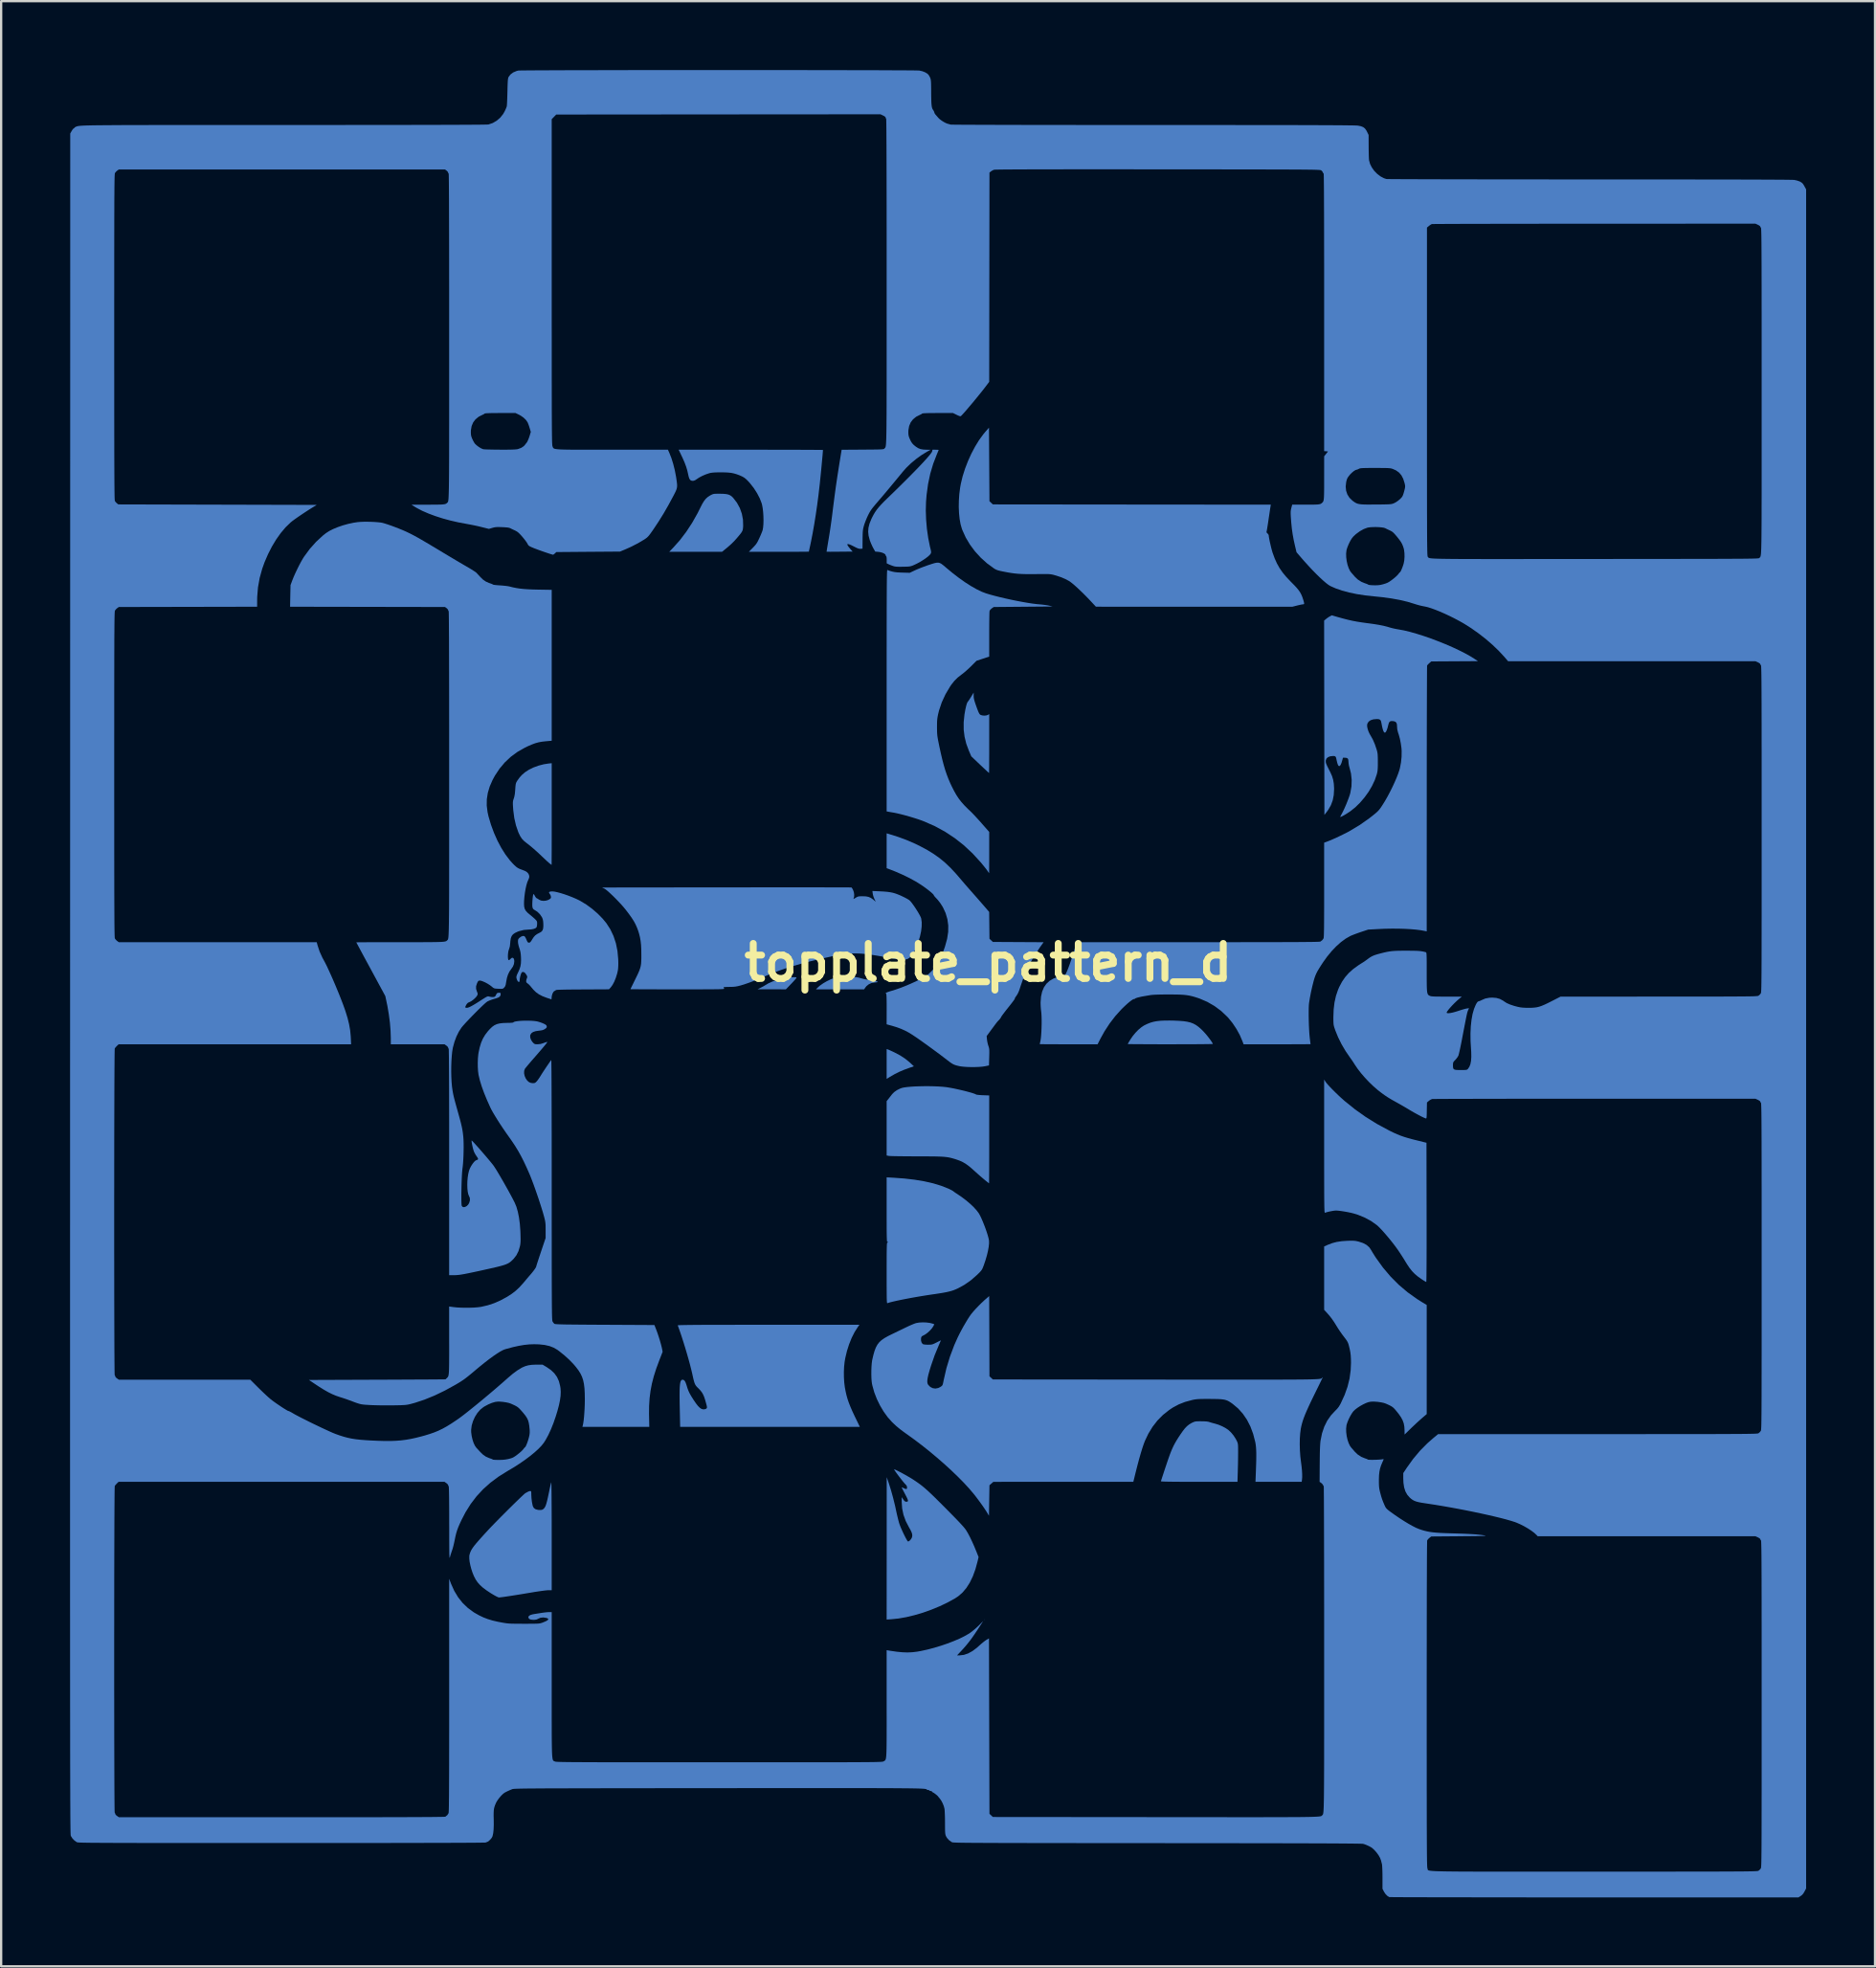
<source format=kicad_pcb>
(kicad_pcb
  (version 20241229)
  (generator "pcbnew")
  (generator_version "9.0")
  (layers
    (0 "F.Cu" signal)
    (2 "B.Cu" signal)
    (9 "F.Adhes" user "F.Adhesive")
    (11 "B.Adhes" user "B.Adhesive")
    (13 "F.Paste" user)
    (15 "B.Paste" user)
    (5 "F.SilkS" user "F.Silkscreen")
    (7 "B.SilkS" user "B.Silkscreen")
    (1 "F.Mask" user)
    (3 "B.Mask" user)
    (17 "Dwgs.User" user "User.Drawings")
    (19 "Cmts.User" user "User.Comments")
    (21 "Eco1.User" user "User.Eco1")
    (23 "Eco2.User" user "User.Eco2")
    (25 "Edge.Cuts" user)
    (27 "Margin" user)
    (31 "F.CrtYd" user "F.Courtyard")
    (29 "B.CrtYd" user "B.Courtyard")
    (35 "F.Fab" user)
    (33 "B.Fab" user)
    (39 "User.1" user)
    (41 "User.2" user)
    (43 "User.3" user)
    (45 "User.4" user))
  (footprint "topplate_pattern_d"
    (layer "B.Cu")
    (at 39.981 38.862)
    (property "Reference" "topplate_pattern_d" (at 0 0 0) (layer "F.SilkS") (effects (font (size 1.524 1.524) (thickness 0.3))))
    (attr board_only exclude_from_pos_files exclude_from_bom)
    (fp_poly (pts (xy -0.169 28.607) (xy -0.18 28.617) (xy -0.191 28.607) (xy -0.18 28.596)) (stroke (width 0) (type solid)) (fill yes) (layer "B.Cu"))
    (fp_poly (pts (xy -4.376 3.779) (xy -4.34 3.793) (xy -4.274 3.822) (xy -4.188 3.861) (xy -4.091 3.907) (xy -4.075 3.915) (xy -3.835 4.042) (xy -3.625 4.179) (xy -3.432 4.334) (xy -3.376 4.385) (xy -3.237 4.515) (xy -3.433 4.582) (xy -3.666 4.667) (xy -3.875 4.756) (xy -4.078 4.858) (xy -4.29 4.98) (xy -4.344 5.013) (xy -4.424 5.062) (xy -4.424 3.765)) (stroke (width 0) (type solid)) (fill yes) (layer "B.Cu"))
    (fp_poly (pts (xy -8.393 0.636) (xy -8.359 0.641) (xy -8.351 0.654) (xy -8.361 0.678) (xy -8.384 0.709) (xy -8.43 0.763) (xy -8.494 0.833) (xy -8.57 0.914) (xy -8.598 0.943) (xy -8.811 1.164) (xy -9.427 1.163) (xy -10.044 1.162) (xy -9.899 1.089) (xy -9.82 1.048) (xy -9.749 1.008) (xy -9.7 0.978) (xy -9.698 0.977) (xy -9.561 0.896) (xy -9.39 0.821) (xy -9.198 0.755) (xy -8.992 0.701) (xy -8.783 0.662) (xy -8.58 0.639) (xy -8.461 0.635)) (stroke (width 0) (type solid)) (fill yes) (layer "B.Cu"))
    (fp_poly (pts (xy -6.063 0.599) (xy -5.845 0.618) (xy -5.635 0.655) (xy -5.483 0.697) (xy -5.397 0.72) (xy -5.294 0.738) (xy -5.218 0.747) (xy -5.124 0.757) (xy -5.031 0.772) (xy -4.945 0.79) (xy -4.875 0.809) (xy -4.827 0.826) (xy -4.809 0.841) (xy -4.817 0.849) (xy -4.863 0.859) (xy -4.93 0.866) (xy -4.953 0.867) (xy -5.079 0.888) (xy -5.199 0.942) (xy -5.301 1.023) (xy -5.338 1.068) (xy -5.406 1.164) (xy -7.5 1.164) (xy -7.449 1.109) (xy -7.335 1.006) (xy -7.19 0.904) (xy -7.025 0.808) (xy -6.85 0.724) (xy -6.675 0.66) (xy -6.657 0.654) (xy -6.481 0.617) (xy -6.279 0.599)) (stroke (width 0) (type solid)) (fill yes) (layer "B.Cu"))
    (fp_poly (pts (xy -11.695 -20.415) (xy -11.537 -20.411) (xy -11.413 -20.4) (xy -11.315 -20.379) (xy -11.236 -20.345) (xy -11.167 -20.296) (xy -11.105 -20.234) (xy -10.943 -20.023) (xy -10.817 -19.792) (xy -10.729 -19.545) (xy -10.68 -19.287) (xy -10.672 -19.022) (xy -10.673 -18.994) (xy -10.679 -18.917) (xy -10.688 -18.855) (xy -10.705 -18.802) (xy -10.733 -18.748) (xy -10.776 -18.686) (xy -10.84 -18.607) (xy -10.912 -18.521) (xy -11.05 -18.365) (xy -11.188 -18.227) (xy -11.34 -18.092) (xy -11.443 -18.007) (xy -11.593 -17.886) (xy -13.891 -17.886) (xy -13.713 -18.071) (xy -13.423 -18.397) (xy -13.148 -18.759) (xy -12.891 -19.151) (xy -12.656 -19.568) (xy -12.532 -19.816) (xy -12.452 -19.974) (xy -12.376 -20.097) (xy -12.3 -20.194) (xy -12.216 -20.27) (xy -12.12 -20.333) (xy -12.104 -20.343) (xy -12.048 -20.372) (xy -12.002 -20.392) (xy -11.957 -20.405) (xy -11.901 -20.412) (xy -11.826 -20.414) (xy -11.72 -20.415)) (stroke (width 0) (type solid)) (fill yes) (layer "B.Cu"))
    (fp_poly (pts (xy -0.635 -11.62) (xy -0.633 -11.559) (xy -0.624 -11.496) (xy -0.607 -11.422) (xy -0.579 -11.329) (xy -0.538 -11.209) (xy -0.518 -11.153) (xy -0.472 -11.027) (xy -0.436 -10.935) (xy -0.407 -10.871) (xy -0.382 -10.829) (xy -0.359 -10.802) (xy -0.34 -10.788) (xy -0.268 -10.763) (xy -0.179 -10.753) (xy -0.089 -10.76) (xy -0.018 -10.782) (xy -0.01 -10.787) (xy 0.042 -10.821) (xy 0.042 -9.538) (xy 0.042 -9.309) (xy 0.042 -9.094) (xy 0.041 -8.895) (xy 0.04 -8.716) (xy 0.04 -8.561) (xy 0.038 -8.434) (xy 0.037 -8.338) (xy 0.036 -8.277) (xy 0.035 -8.255) (xy 0.034 -8.255) (xy 0.018 -8.269) (xy -0.026 -8.308) (xy -0.091 -8.369) (xy -0.175 -8.447) (xy -0.272 -8.538) (xy -0.356 -8.617) (xy -0.738 -8.98) (xy -0.845 -9.229) (xy -0.957 -9.531) (xy -1.031 -9.834) (xy -1.069 -10.142) (xy -1.07 -10.462) (xy -1.036 -10.797) (xy -0.998 -11.014) (xy -0.966 -11.157) (xy -0.938 -11.26) (xy -0.911 -11.327) (xy -0.896 -11.351) (xy -0.866 -11.389) (xy -0.822 -11.454) (xy -0.771 -11.533) (xy -0.744 -11.577) (xy -0.635 -11.756)) (stroke (width 0) (type solid)) (fill yes) (layer "B.Cu"))
    (fp_poly (pts (xy 8.075 2.525) (xy 8.305 2.535) (xy 8.499 2.55) (xy 8.663 2.574) (xy 8.805 2.608) (xy 8.929 2.655) (xy 9.044 2.717) (xy 9.154 2.796) (xy 9.267 2.894) (xy 9.336 2.962) (xy 9.406 3.036) (xy 9.483 3.123) (xy 9.56 3.217) (xy 9.632 3.311) (xy 9.695 3.397) (xy 9.744 3.47) (xy 9.773 3.522) (xy 9.779 3.542) (xy 9.758 3.544) (xy 9.698 3.546) (xy 9.602 3.548) (xy 9.473 3.55) (xy 9.313 3.551) (xy 9.126 3.553) (xy 8.915 3.554) (xy 8.683 3.555) (xy 8.433 3.555) (xy 8.167 3.556) (xy 7.927 3.556) (xy 7.651 3.556) (xy 7.387 3.556) (xy 7.139 3.555) (xy 6.91 3.554) (xy 6.702 3.553) (xy 6.518 3.552) (xy 6.362 3.551) (xy 6.237 3.55) (xy 6.145 3.548) (xy 6.09 3.547) (xy 6.075 3.545) (xy 6.085 3.524) (xy 6.113 3.474) (xy 6.155 3.405) (xy 6.195 3.339) (xy 6.294 3.195) (xy 6.411 3.054) (xy 6.536 2.925) (xy 6.663 2.818) (xy 6.781 2.739) (xy 6.789 2.735) (xy 6.922 2.67) (xy 7.053 2.618) (xy 7.188 2.578) (xy 7.334 2.55) (xy 7.497 2.532) (xy 7.685 2.523) (xy 7.903 2.522)) (stroke (width 0) (type solid)) (fill yes) (layer "B.Cu"))
    (fp_poly (pts (xy -19.008 -6.468) (xy -19.008 -6.166) (xy -19.008 -5.876) (xy -19.008 -5.601) (xy -19.008 -5.343) (xy -19.009 -5.106) (xy -19.009 -4.893) (xy -19.01 -4.705) (xy -19.011 -4.546) (xy -19.011 -4.419) (xy -19.012 -4.326) (xy -19.013 -4.271) (xy -19.013 -4.255) (xy -19.032 -4.266) (xy -19.072 -4.297) (xy -19.103 -4.321) (xy -19.151 -4.362) (xy -19.22 -4.424) (xy -19.301 -4.5) (xy -19.385 -4.58) (xy -19.389 -4.583) (xy -19.591 -4.774) (xy -19.785 -4.948) (xy -19.965 -5.099) (xy -20.112 -5.213) (xy -20.22 -5.302) (xy -20.306 -5.394) (xy -20.378 -5.502) (xy -20.444 -5.637) (xy -20.467 -5.69) (xy -20.565 -5.976) (xy -20.637 -6.29) (xy -20.682 -6.635) (xy -20.693 -6.785) (xy -20.699 -6.893) (xy -20.699 -6.971) (xy -20.693 -7.032) (xy -20.68 -7.086) (xy -20.66 -7.144) (xy -20.634 -7.232) (xy -20.614 -7.343) (xy -20.6 -7.484) (xy -20.596 -7.542) (xy -20.588 -7.655) (xy -20.58 -7.735) (xy -20.569 -7.793) (xy -20.554 -7.838) (xy -20.532 -7.88) (xy -20.503 -7.927) (xy -20.404 -8.063) (xy -20.302 -8.175) (xy -20.183 -8.278) (xy -20.169 -8.289) (xy -20 -8.399) (xy -19.801 -8.496) (xy -19.582 -8.576) (xy -19.354 -8.635) (xy -19.151 -8.667) (xy -19.008 -8.682)) (stroke (width 0) (type solid)) (fill yes) (layer "B.Cu"))
    (fp_poly (pts (xy 9.406 19.973) (xy 9.509 19.98) (xy 9.588 19.992) (xy 9.641 20.008) (xy 9.722 20.033) (xy 9.819 20.06) (xy 9.885 20.077) (xy 10.033 20.123) (xy 10.191 20.19) (xy 10.341 20.271) (xy 10.451 20.345) (xy 10.563 20.448) (xy 10.673 20.579) (xy 10.769 20.724) (xy 10.819 20.817) (xy 10.841 20.864) (xy 10.856 20.904) (xy 10.867 20.947) (xy 10.874 20.999) (xy 10.878 21.069) (xy 10.879 21.163) (xy 10.88 21.29) (xy 10.88 21.327) (xy 10.879 21.477) (xy 10.877 21.654) (xy 10.874 21.841) (xy 10.869 22.024) (xy 10.866 22.158) (xy 10.852 22.606) (xy 9.181 22.606) (xy 8.865 22.606) (xy 8.589 22.605) (xy 8.351 22.605) (xy 8.147 22.604) (xy 7.977 22.602) (xy 7.838 22.6) (xy 7.727 22.598) (xy 7.643 22.595) (xy 7.582 22.592) (xy 7.542 22.588) (xy 7.522 22.584) (xy 7.518 22.58) (xy 7.527 22.553) (xy 7.547 22.492) (xy 7.576 22.402) (xy 7.614 22.288) (xy 7.657 22.155) (xy 7.705 22.01) (xy 7.708 22.002) (xy 7.785 21.772) (xy 7.852 21.577) (xy 7.912 21.41) (xy 7.968 21.266) (xy 8.023 21.139) (xy 8.078 21.023) (xy 8.138 20.911) (xy 8.203 20.799) (xy 8.278 20.68) (xy 8.365 20.548) (xy 8.367 20.545) (xy 8.472 20.395) (xy 8.565 20.276) (xy 8.654 20.184) (xy 8.744 20.111) (xy 8.841 20.052) (xy 8.868 20.038) (xy 8.928 20.01) (xy 8.977 19.991) (xy 9.028 19.979) (xy 9.09 19.973) (xy 9.174 19.971) (xy 9.271 19.971)) (stroke (width 0) (type solid)) (fill yes) (layer "B.Cu"))
    (fp_poly (pts (xy -2.573 5.381) (xy -2.364 5.385) (xy -2.165 5.394) (xy -1.982 5.406) (xy -1.823 5.423) (xy -1.778 5.43) (xy -1.645 5.452) (xy -1.497 5.48) (xy -1.341 5.514) (xy -1.182 5.55) (xy -1.027 5.587) (xy -0.883 5.625) (xy -0.755 5.66) (xy -0.65 5.693) (xy -0.574 5.72) (xy -0.533 5.741) (xy -0.503 5.751) (xy -0.439 5.76) (xy -0.35 5.768) (xy -0.246 5.774) (xy -0.232 5.774) (xy 0.042 5.784) (xy 0.042 7.697) (xy 0.042 7.977) (xy 0.042 8.246) (xy 0.042 8.498) (xy 0.041 8.733) (xy 0.041 8.946) (xy 0.04 9.135) (xy 0.039 9.296) (xy 0.038 9.427) (xy 0.037 9.525) (xy 0.036 9.587) (xy 0.035 9.61) (xy 0.035 9.61) (xy 0.017 9.597) (xy -0.027 9.563) (xy -0.091 9.512) (xy -0.16 9.456) (xy -0.247 9.383) (xy -0.353 9.292) (xy -0.465 9.193) (xy -0.571 9.098) (xy -0.592 9.079) (xy -0.742 8.945) (xy -0.873 8.838) (xy -0.993 8.753) (xy -1.111 8.685) (xy -1.234 8.628) (xy -1.372 8.578) (xy -1.445 8.554) (xy -1.526 8.53) (xy -1.602 8.509) (xy -1.675 8.492) (xy -1.751 8.477) (xy -1.834 8.466) (xy -1.928 8.456) (xy -2.036 8.449) (xy -2.164 8.444) (xy -2.315 8.44) (xy -2.493 8.438) (xy -2.703 8.437) (xy -2.948 8.436) (xy -3.111 8.436) (xy -3.33 8.435) (xy -3.537 8.434) (xy -3.73 8.432) (xy -3.904 8.43) (xy -4.054 8.428) (xy -4.177 8.425) (xy -4.268 8.421) (xy -4.323 8.418) (xy -4.334 8.416) (xy -4.424 8.398) (xy -4.424 6.032) (xy -4.334 5.919) (xy -4.277 5.846) (xy -4.22 5.774) (xy -4.185 5.728) (xy -4.096 5.638) (xy -3.979 5.555) (xy -3.845 5.488) (xy -3.768 5.459) (xy -3.671 5.437) (xy -3.539 5.419) (xy -3.378 5.404) (xy -3.194 5.392) (xy -2.995 5.385) (xy -2.785 5.381)) (stroke (width 0) (type solid)) (fill yes) (layer "B.Cu"))
    (fp_poly (pts (xy -2.225 -22.33) (xy -2.176 -22.326) (xy -2.159 -22.322) (xy -2.167 -22.3) (xy -2.188 -22.249) (xy -2.218 -22.177) (xy -2.235 -22.137) (xy -2.397 -21.717) (xy -2.526 -21.284) (xy -2.621 -20.832) (xy -2.685 -20.359) (xy -2.709 -20.06) (xy -2.719 -19.682) (xy -2.705 -19.285) (xy -2.67 -18.881) (xy -2.613 -18.485) (xy -2.538 -18.111) (xy -2.517 -18.029) (xy -2.497 -17.944) (xy -2.488 -17.888) (xy -2.49 -17.849) (xy -2.501 -17.815) (xy -2.506 -17.805) (xy -2.549 -17.749) (xy -2.623 -17.681) (xy -2.722 -17.605) (xy -2.839 -17.526) (xy -2.966 -17.448) (xy -3.098 -17.376) (xy -3.226 -17.315) (xy -3.237 -17.31) (xy -3.301 -17.283) (xy -3.355 -17.265) (xy -3.409 -17.252) (xy -3.471 -17.244) (xy -3.553 -17.24) (xy -3.664 -17.237) (xy -3.715 -17.236) (xy -3.848 -17.234) (xy -3.947 -17.236) (xy -4.023 -17.241) (xy -4.084 -17.251) (xy -4.139 -17.266) (xy -4.149 -17.269) (xy -4.23 -17.299) (xy -4.309 -17.331) (xy -4.343 -17.346) (xy -4.422 -17.385) (xy -4.421 -17.534) (xy -4.424 -17.615) (xy -4.432 -17.67) (xy -4.444 -17.691) (xy -4.463 -17.716) (xy -4.466 -17.737) (xy -4.486 -17.776) (xy -4.539 -17.814) (xy -4.616 -17.848) (xy -4.709 -17.873) (xy -4.784 -17.884) (xy -4.921 -17.896) (xy -5.009 -18.051) (xy -5.057 -18.145) (xy -5.107 -18.259) (xy -5.152 -18.373) (xy -5.162 -18.404) (xy -5.21 -18.586) (xy -5.228 -18.76) (xy -5.215 -18.933) (xy -5.17 -19.113) (xy -5.092 -19.309) (xy -5.059 -19.378) (xy -4.995 -19.501) (xy -4.929 -19.612) (xy -4.854 -19.72) (xy -4.767 -19.829) (xy -4.661 -19.947) (xy -4.533 -20.079) (xy -4.395 -20.214) (xy -4.113 -20.487) (xy -3.849 -20.746) (xy -3.604 -20.989) (xy -3.378 -21.216) (xy -3.174 -21.424) (xy -2.992 -21.612) (xy -2.834 -21.78) (xy -2.701 -21.926) (xy -2.594 -22.049) (xy -2.514 -22.146) (xy -2.463 -22.218) (xy -2.442 -22.262) (xy -2.442 -22.262) (xy -2.429 -22.331) (xy -2.294 -22.331)) (stroke (width 0) (type solid)) (fill yes) (layer "B.Cu"))
    (fp_poly (pts (xy 14.689 5.191) (xy 14.732 5.249) (xy 14.801 5.329) (xy 14.892 5.427) (xy 14.999 5.537) (xy 15.116 5.653) (xy 15.238 5.771) (xy 15.361 5.886) (xy 15.479 5.991) (xy 15.525 6.031) (xy 15.972 6.391) (xy 16.436 6.72) (xy 16.924 7.023) (xy 17.445 7.304) (xy 17.484 7.324) (xy 17.652 7.406) (xy 17.805 7.474) (xy 17.953 7.534) (xy 18.105 7.587) (xy 18.272 7.638) (xy 18.464 7.691) (xy 18.637 7.734) (xy 19.082 7.844) (xy 19.087 10.875) (xy 19.088 11.302) (xy 19.088 11.701) (xy 19.088 12.071) (xy 19.088 12.411) (xy 19.087 12.719) (xy 19.086 12.995) (xy 19.085 13.236) (xy 19.083 13.443) (xy 19.082 13.613) (xy 19.08 13.746) (xy 19.077 13.84) (xy 19.075 13.893) (xy 19.073 13.906) (xy 19.048 13.895) (xy 18.996 13.865) (xy 18.926 13.821) (xy 18.861 13.778) (xy 18.705 13.667) (xy 18.572 13.555) (xy 18.454 13.433) (xy 18.343 13.293) (xy 18.231 13.126) (xy 18.165 13.018) (xy 18.083 12.884) (xy 17.989 12.737) (xy 17.893 12.592) (xy 17.805 12.464) (xy 17.771 12.417) (xy 17.661 12.27) (xy 17.541 12.117) (xy 17.417 11.965) (xy 17.294 11.82) (xy 17.177 11.687) (xy 17.07 11.573) (xy 16.979 11.482) (xy 16.922 11.431) (xy 16.675 11.255) (xy 16.399 11.105) (xy 16.1 10.982) (xy 15.917 10.925) (xy 15.803 10.896) (xy 15.67 10.868) (xy 15.528 10.842) (xy 15.39 10.82) (xy 15.266 10.804) (xy 15.168 10.796) (xy 15.141 10.795) (xy 15.065 10.801) (xy 14.964 10.817) (xy 14.853 10.839) (xy 14.748 10.865) (xy 14.664 10.891) (xy 14.66 10.893) (xy 14.655 10.892) (xy 14.651 10.884) (xy 14.647 10.867) (xy 14.643 10.839) (xy 14.64 10.798) (xy 14.638 10.741) (xy 14.635 10.668) (xy 14.633 10.575) (xy 14.632 10.461) (xy 14.63 10.324) (xy 14.629 10.162) (xy 14.628 9.972) (xy 14.628 9.752) (xy 14.627 9.501) (xy 14.627 9.217) (xy 14.626 8.897) (xy 14.626 8.54) (xy 14.626 8.143) (xy 14.626 7.999) (xy 14.626 5.093)) (stroke (width 0) (type solid)) (fill yes) (layer "B.Cu"))
    (fp_poly (pts (xy -5.681 15.87) (xy -5.821 16.09) (xy -5.948 16.342) (xy -6.059 16.619) (xy -6.152 16.912) (xy -6.224 17.212) (xy -6.254 17.387) (xy -6.276 17.592) (xy -6.286 17.82) (xy -6.284 18.056) (xy -6.27 18.284) (xy -6.245 18.487) (xy -6.244 18.492) (xy -6.21 18.672) (xy -6.172 18.839) (xy -6.126 19.002) (xy -6.069 19.168) (xy -5.999 19.345) (xy -5.914 19.541) (xy -5.81 19.763) (xy -5.78 19.824) (xy -5.591 20.214) (xy -13.415 20.214) (xy -13.43 19.505) (xy -13.436 19.229) (xy -13.439 18.992) (xy -13.44 18.792) (xy -13.438 18.625) (xy -13.433 18.489) (xy -13.424 18.382) (xy -13.412 18.299) (xy -13.396 18.239) (xy -13.376 18.198) (xy -13.351 18.173) (xy -13.322 18.162) (xy -13.306 18.161) (xy -13.258 18.173) (xy -13.217 18.211) (xy -13.179 18.28) (xy -13.141 18.386) (xy -13.132 18.416) (xy -13.093 18.542) (xy -13.05 18.654) (xy -12.998 18.763) (xy -12.931 18.881) (xy -12.845 19.017) (xy -12.818 19.059) (xy -12.721 19.2) (xy -12.637 19.306) (xy -12.563 19.38) (xy -12.495 19.427) (xy -12.43 19.449) (xy -12.393 19.452) (xy -12.311 19.44) (xy -12.27 19.414) (xy -12.254 19.393) (xy -12.248 19.367) (xy -12.251 19.328) (xy -12.265 19.265) (xy -12.286 19.186) (xy -12.332 19.025) (xy -12.375 18.897) (xy -12.422 18.792) (xy -12.475 18.703) (xy -12.541 18.62) (xy -12.623 18.534) (xy -12.637 18.521) (xy -12.686 18.472) (xy -12.725 18.426) (xy -12.757 18.377) (xy -12.784 18.318) (xy -12.809 18.241) (xy -12.835 18.142) (xy -12.865 18.012) (xy -12.89 17.896) (xy -12.933 17.715) (xy -12.987 17.502) (xy -13.051 17.267) (xy -13.123 17.016) (xy -13.199 16.76) (xy -13.278 16.506) (xy -13.356 16.263) (xy -13.432 16.039) (xy -13.502 15.843) (xy -13.52 15.796) (xy -13.514 15.792) (xy -13.492 15.789) (xy -13.452 15.786) (xy -13.393 15.784) (xy -13.314 15.782) (xy -13.213 15.78) (xy -13.088 15.778) (xy -12.938 15.776) (xy -12.761 15.775) (xy -12.556 15.773) (xy -12.321 15.772) (xy -12.055 15.771) (xy -11.757 15.771) (xy -11.424 15.77) (xy -11.055 15.77) (xy -10.649 15.769) (xy -10.204 15.769) (xy -9.719 15.769) (xy -9.57 15.769) (xy -5.609 15.769)) (stroke (width 0) (type solid)) (fill yes) (layer "B.Cu"))
    (fp_poly (pts (xy -19.025 22.644) (xy -19.022 22.7) (xy -19.02 22.793) (xy -19.018 22.921) (xy -19.016 23.081) (xy -19.014 23.271) (xy -19.013 23.487) (xy -19.011 23.728) (xy -19.01 23.99) (xy -19.009 24.271) (xy -19.009 24.57) (xy -19.008 24.882) (xy -19.008 24.961) (xy -19.008 27.326) (xy -19.154 27.326) (xy -19.216 27.33) (xy -19.311 27.34) (xy -19.433 27.356) (xy -19.574 27.376) (xy -19.728 27.399) (xy -19.858 27.421) (xy -20.105 27.462) (xy -20.339 27.501) (xy -20.556 27.536) (xy -20.753 27.567) (xy -20.927 27.593) (xy -21.073 27.615) (xy -21.188 27.63) (xy -21.268 27.639) (xy -21.309 27.642) (xy -21.35 27.629) (xy -21.421 27.595) (xy -21.516 27.543) (xy -21.631 27.474) (xy -21.675 27.447) (xy -21.86 27.324) (xy -22.012 27.209) (xy -22.134 27.097) (xy -22.235 26.983) (xy -22.319 26.86) (xy -22.328 26.843) (xy -22.395 26.713) (xy -22.456 26.564) (xy -22.509 26.404) (xy -22.551 26.243) (xy -22.582 26.089) (xy -22.597 25.951) (xy -22.597 25.837) (xy -22.588 25.784) (xy -22.569 25.72) (xy -22.547 25.658) (xy -22.519 25.597) (xy -22.481 25.531) (xy -22.432 25.459) (xy -22.37 25.376) (xy -22.29 25.279) (xy -22.191 25.165) (xy -22.071 25.03) (xy -21.926 24.87) (xy -21.791 24.723) (xy -21.708 24.634) (xy -21.606 24.527) (xy -21.489 24.407) (xy -21.361 24.276) (xy -21.224 24.137) (xy -21.082 23.995) (xy -20.939 23.852) (xy -20.798 23.712) (xy -20.663 23.579) (xy -20.536 23.455) (xy -20.421 23.344) (xy -20.322 23.25) (xy -20.242 23.175) (xy -20.184 23.123) (xy -20.153 23.098) (xy -20.151 23.098) (xy -20.09 23.065) (xy -20.045 23.04) (xy -19.988 23.016) (xy -19.944 23.008) (xy -19.92 23.011) (xy -19.905 23.025) (xy -19.899 23.06) (xy -19.897 23.125) (xy -19.897 23.162) (xy -19.889 23.316) (xy -19.87 23.477) (xy -19.841 23.624) (xy -19.828 23.671) (xy -19.785 23.748) (xy -19.708 23.802) (xy -19.6 23.83) (xy -19.529 23.834) (xy -19.456 23.83) (xy -19.407 23.816) (xy -19.364 23.784) (xy -19.348 23.769) (xy -19.318 23.733) (xy -19.29 23.686) (xy -19.263 23.623) (xy -19.237 23.54) (xy -19.208 23.432) (xy -19.176 23.293) (xy -19.139 23.12) (xy -19.122 23.04) (xy -19.097 22.917) (xy -19.073 22.806) (xy -19.052 22.716) (xy -19.036 22.654) (xy -19.027 22.627)) (stroke (width 0) (type solid)) (fill yes) (layer "B.Cu"))
    (fp_poly (pts (xy -9.977 -22.331) (xy -9.628 -22.331) (xy -9.293 -22.33) (xy -8.974 -22.33) (xy -8.673 -22.329) (xy -8.394 -22.329) (xy -8.138 -22.328) (xy -7.908 -22.327) (xy -7.706 -22.326) (xy -7.534 -22.325) (xy -7.395 -22.324) (xy -7.291 -22.323) (xy -7.224 -22.322) (xy -7.197 -22.32) (xy -7.197 -22.32) (xy -7.199 -22.282) (xy -7.205 -22.208) (xy -7.213 -22.103) (xy -7.225 -21.974) (xy -7.239 -21.825) (xy -7.254 -21.664) (xy -7.27 -21.494) (xy -7.287 -21.323) (xy -7.304 -21.157) (xy -7.32 -20.999) (xy -7.334 -20.858) (xy -7.346 -20.754) (xy -7.395 -20.333) (xy -7.451 -19.908) (xy -7.512 -19.49) (xy -7.577 -19.084) (xy -7.645 -18.7) (xy -7.714 -18.345) (xy -7.758 -18.137) (xy -7.779 -18.043) (xy -7.796 -17.965) (xy -7.807 -17.912) (xy -7.811 -17.893) (xy -7.831 -17.892) (xy -7.89 -17.891) (xy -7.985 -17.89) (xy -8.111 -17.889) (xy -8.265 -17.888) (xy -8.443 -17.887) (xy -8.641 -17.886) (xy -8.857 -17.886) (xy -9.087 -17.886) (xy -9.117 -17.886) (xy -10.424 -17.886) (xy -10.252 -18.06) (xy -10.177 -18.139) (xy -10.121 -18.205) (xy -10.075 -18.271) (xy -10.031 -18.348) (xy -9.983 -18.449) (xy -9.963 -18.491) (xy -9.917 -18.594) (xy -9.876 -18.691) (xy -9.844 -18.772) (xy -9.825 -18.826) (xy -9.824 -18.829) (xy -9.803 -18.947) (xy -9.79 -19.095) (xy -9.786 -19.264) (xy -9.79 -19.441) (xy -9.802 -19.618) (xy -9.821 -19.783) (xy -9.847 -19.925) (xy -9.864 -19.992) (xy -9.948 -20.211) (xy -10.065 -20.437) (xy -10.209 -20.661) (xy -10.375 -20.873) (xy -10.442 -20.948) (xy -10.533 -21.04) (xy -10.616 -21.108) (xy -10.705 -21.161) (xy -10.816 -21.211) (xy -10.842 -21.222) (xy -10.964 -21.266) (xy -11.076 -21.299) (xy -11.189 -21.322) (xy -11.313 -21.336) (xy -11.458 -21.344) (xy -11.635 -21.346) (xy -11.642 -21.346) (xy -11.793 -21.345) (xy -11.911 -21.341) (xy -12.003 -21.334) (xy -12.077 -21.324) (xy -12.143 -21.309) (xy -12.15 -21.307) (xy -12.301 -21.256) (xy -12.453 -21.191) (xy -12.592 -21.117) (xy -12.686 -21.054) (xy -12.762 -21.004) (xy -12.826 -20.98) (xy -12.869 -20.976) (xy -12.931 -20.985) (xy -12.978 -21.015) (xy -13.015 -21.072) (xy -13.045 -21.162) (xy -13.066 -21.256) (xy -13.105 -21.428) (xy -13.156 -21.597) (xy -13.222 -21.773) (xy -13.307 -21.968) (xy -13.344 -22.046) (xy -13.48 -22.331) (xy -10.338 -22.331)) (stroke (width 0) (type solid)) (fill yes) (layer "B.Cu"))
    (fp_poly (pts (xy -4.143 9.365) (xy -3.656 9.4) (xy -3.203 9.453) (xy -2.784 9.523) (xy -2.401 9.61) (xy -2.055 9.715) (xy -1.747 9.836) (xy -1.688 9.863) (xy -1.614 9.9) (xy -1.554 9.933) (xy -1.518 9.957) (xy -1.517 9.959) (xy -1.485 9.984) (xy -1.43 10.023) (xy -1.363 10.066) (xy -1.164 10.201) (xy -0.972 10.346) (xy -0.795 10.495) (xy -0.638 10.643) (xy -0.509 10.785) (xy -0.419 10.903) (xy -0.367 10.993) (xy -0.308 11.113) (xy -0.246 11.255) (xy -0.183 11.411) (xy -0.122 11.571) (xy -0.067 11.729) (xy -0.021 11.875) (xy 0.013 12.001) (xy 0.032 12.097) (xy 0.033 12.104) (xy 0.035 12.227) (xy 0.019 12.381) (xy -0.013 12.559) (xy -0.06 12.755) (xy -0.121 12.962) (xy -0.193 13.174) (xy -0.212 13.223) (xy -0.24 13.294) (xy -0.267 13.351) (xy -0.3 13.401) (xy -0.344 13.454) (xy -0.405 13.517) (xy -0.492 13.601) (xy -0.497 13.606) (xy -0.763 13.837) (xy -1.038 14.029) (xy -1.318 14.182) (xy -1.41 14.224) (xy -1.499 14.26) (xy -1.591 14.291) (xy -1.693 14.319) (xy -1.811 14.346) (xy -1.95 14.373) (xy -2.116 14.4) (xy -2.315 14.431) (xy -2.424 14.446) (xy -2.664 14.482) (xy -2.908 14.521) (xy -3.149 14.562) (xy -3.383 14.604) (xy -3.606 14.646) (xy -3.812 14.687) (xy -3.996 14.726) (xy -4.154 14.762) (xy -4.281 14.794) (xy -4.372 14.822) (xy -4.387 14.828) (xy -4.394 14.829) (xy -4.401 14.824) (xy -4.406 14.81) (xy -4.411 14.784) (xy -4.414 14.743) (xy -4.417 14.683) (xy -4.42 14.602) (xy -4.421 14.497) (xy -4.422 14.365) (xy -4.423 14.202) (xy -4.424 14.006) (xy -4.424 13.773) (xy -4.424 13.517) (xy -4.424 13.245) (xy -4.423 13.012) (xy -4.423 12.816) (xy -4.422 12.652) (xy -4.42 12.52) (xy -4.418 12.414) (xy -4.416 12.334) (xy -4.413 12.274) (xy -4.409 12.233) (xy -4.404 12.208) (xy -4.398 12.195) (xy -4.392 12.192) (xy -4.364 12.181) (xy -4.36 12.171) (xy -4.376 12.16) (xy -4.392 12.163) (xy -4.398 12.162) (xy -4.404 12.151) (xy -4.408 12.127) (xy -4.412 12.088) (xy -4.415 12.031) (xy -4.418 11.953) (xy -4.42 11.85) (xy -4.422 11.721) (xy -4.423 11.561) (xy -4.423 11.37) (xy -4.424 11.142) (xy -4.424 10.877) (xy -4.424 10.763) (xy -4.424 9.35)) (stroke (width 0) (type solid)) (fill yes) (layer "B.Cu"))
    (fp_poly (pts (xy 0.042 -21.689) (xy 0.053 -20.088) (xy 0.127 -20.019) (xy 0.201 -19.95) (xy 6.252 -19.944) (xy 12.303 -19.939) (xy 12.289 -19.849) (xy 12.281 -19.802) (xy 12.269 -19.721) (xy 12.253 -19.613) (xy 12.234 -19.484) (xy 12.212 -19.342) (xy 12.201 -19.264) (xy 12.18 -19.124) (xy 12.16 -18.997) (xy 12.143 -18.891) (xy 12.129 -18.81) (xy 12.119 -18.761) (xy 12.116 -18.75) (xy 12.122 -18.725) (xy 12.154 -18.691) (xy 12.158 -18.688) (xy 12.197 -18.645) (xy 12.213 -18.602) (xy 12.213 -18.601) (xy 12.218 -18.547) (xy 12.233 -18.46) (xy 12.254 -18.352) (xy 12.281 -18.232) (xy 12.31 -18.108) (xy 12.34 -17.99) (xy 12.369 -17.888) (xy 12.384 -17.84) (xy 12.473 -17.597) (xy 12.571 -17.38) (xy 12.683 -17.18) (xy 12.816 -16.988) (xy 12.975 -16.795) (xy 13.165 -16.594) (xy 13.196 -16.563) (xy 13.329 -16.428) (xy 13.434 -16.314) (xy 13.516 -16.214) (xy 13.581 -16.119) (xy 13.632 -16.024) (xy 13.675 -15.922) (xy 13.714 -15.805) (xy 13.714 -15.804) (xy 13.741 -15.711) (xy 13.754 -15.652) (xy 13.753 -15.618) (xy 13.737 -15.603) (xy 13.708 -15.6) (xy 13.667 -15.595) (xy 13.596 -15.581) (xy 13.507 -15.561) (xy 13.449 -15.547) (xy 13.241 -15.494) (xy 8.965 -15.495) (xy 4.688 -15.496) (xy 4.467 -15.733) (xy 4.318 -15.89) (xy 4.168 -16.042) (xy 4.021 -16.185) (xy 3.882 -16.316) (xy 3.756 -16.43) (xy 3.646 -16.522) (xy 3.557 -16.59) (xy 3.52 -16.613) (xy 3.35 -16.704) (xy 3.168 -16.781) (xy 2.959 -16.85) (xy 2.9 -16.867) (xy 2.842 -16.883) (xy 2.791 -16.895) (xy 2.742 -16.904) (xy 2.688 -16.911) (xy 2.624 -16.916) (xy 2.543 -16.918) (xy 2.441 -16.918) (xy 2.31 -16.918) (xy 2.146 -16.916) (xy 2.064 -16.915) (xy 1.832 -16.913) (xy 1.634 -16.915) (xy 1.461 -16.92) (xy 1.304 -16.929) (xy 1.155 -16.943) (xy 1.006 -16.963) (xy 0.848 -16.989) (xy 0.671 -17.023) (xy 0.635 -17.03) (xy 0.513 -17.056) (xy 0.422 -17.08) (xy 0.352 -17.106) (xy 0.291 -17.137) (xy 0.254 -17.16) (xy -0.05 -17.382) (xy -0.328 -17.632) (xy -0.578 -17.906) (xy -0.796 -18.199) (xy -0.98 -18.508) (xy -1.126 -18.83) (xy -1.149 -18.892) (xy -1.205 -19.087) (xy -1.246 -19.315) (xy -1.272 -19.567) (xy -1.284 -19.837) (xy -1.279 -20.117) (xy -1.26 -20.4) (xy -1.224 -20.679) (xy -1.194 -20.847) (xy -1.116 -21.172) (xy -1.011 -21.503) (xy -0.884 -21.833) (xy -0.738 -22.155) (xy -0.576 -22.462) (xy -0.403 -22.745) (xy -0.22 -22.997) (xy -0.125 -23.112) (xy 0.032 -23.291)) (stroke (width 0) (type solid)) (fill yes) (layer "B.Cu"))
    (fp_poly (pts (xy -4.077 22.068) (xy -4.024 22.09) (xy -3.946 22.128) (xy -3.85 22.177) (xy -3.742 22.234) (xy -3.628 22.297) (xy -3.515 22.361) (xy -3.407 22.423) (xy -3.312 22.481) (xy -3.264 22.512) (xy -3.156 22.584) (xy -3.058 22.652) (xy -2.964 22.72) (xy -2.872 22.791) (xy -2.779 22.868) (xy -2.679 22.955) (xy -2.571 23.054) (xy -2.449 23.169) (xy -2.311 23.303) (xy -2.153 23.46) (xy -1.971 23.642) (xy -1.866 23.747) (xy -1.674 23.941) (xy -1.51 24.108) (xy -1.372 24.25) (xy -1.257 24.37) (xy -1.164 24.471) (xy -1.089 24.554) (xy -1.031 24.623) (xy -0.988 24.679) (xy -0.965 24.712) (xy -0.887 24.842) (xy -0.8 25.006) (xy -0.708 25.198) (xy -0.613 25.409) (xy -0.52 25.635) (xy -0.519 25.636) (xy -0.421 25.882) (xy -0.465 26.07) (xy -0.559 26.415) (xy -0.671 26.722) (xy -0.802 26.993) (xy -0.951 27.227) (xy -1.12 27.427) (xy -1.31 27.592) (xy -1.449 27.684) (xy -1.773 27.862) (xy -2.118 28.026) (xy -2.477 28.174) (xy -2.842 28.304) (xy -3.207 28.412) (xy -3.564 28.498) (xy -3.905 28.558) (xy -4.207 28.589) (xy -4.424 28.603) (xy -4.422 25.504) (xy -4.421 22.405) (xy -4.337 22.648) (xy -4.238 22.96) (xy -4.143 23.301) (xy -4.055 23.659) (xy -4.01 23.87) (xy -3.98 24.008) (xy -3.947 24.146) (xy -3.915 24.275) (xy -3.887 24.381) (xy -3.871 24.433) (xy -3.841 24.515) (xy -3.801 24.614) (xy -3.752 24.724) (xy -3.7 24.837) (xy -3.647 24.946) (xy -3.597 25.044) (xy -3.552 25.125) (xy -3.518 25.18) (xy -3.497 25.204) (xy -3.462 25.197) (xy -3.417 25.164) (xy -3.371 25.113) (xy -3.334 25.054) (xy -3.322 25.025) (xy -3.308 24.957) (xy -3.313 24.885) (xy -3.339 24.802) (xy -3.388 24.699) (xy -3.45 24.59) (xy -3.591 24.318) (xy -3.691 24.044) (xy -3.749 23.766) (xy -3.768 23.491) (xy -3.768 23.274) (xy -3.711 23.358) (xy -3.665 23.422) (xy -3.629 23.457) (xy -3.594 23.471) (xy -3.566 23.474) (xy -3.525 23.47) (xy -3.501 23.456) (xy -3.495 23.426) (xy -3.508 23.376) (xy -3.541 23.3) (xy -3.594 23.195) (xy -3.62 23.145) (xy -3.672 23.046) (xy -3.716 22.961) (xy -3.748 22.896) (xy -3.766 22.858) (xy -3.768 22.852) (xy -3.751 22.852) (xy -3.709 22.869) (xy -3.684 22.881) (xy -3.61 22.914) (xy -3.564 22.922) (xy -3.541 22.902) (xy -3.535 22.854) (xy -3.535 22.854) (xy -3.545 22.796) (xy -3.581 22.741) (xy -3.611 22.711) (xy -3.647 22.672) (xy -3.698 22.611) (xy -3.76 22.534) (xy -3.828 22.447) (xy -3.898 22.356) (xy -3.964 22.267) (xy -4.022 22.187) (xy -4.067 22.122) (xy -4.094 22.079) (xy -4.1 22.063)) (stroke (width 0) (type solid)) (fill yes) (layer "B.Cu"))
    (fp_poly (pts (xy -4.313 -5.596) (xy -3.926 -5.474) (xy -3.568 -5.342) (xy -3.225 -5.195) (xy -2.963 -5.068) (xy -2.656 -4.903) (xy -2.379 -4.733) (xy -2.123 -4.552) (xy -1.883 -4.354) (xy -1.649 -4.132) (xy -1.413 -3.88) (xy -1.262 -3.705) (xy -1.155 -3.579) (xy -1.032 -3.435) (xy -0.905 -3.289) (xy -0.787 -3.155) (xy -0.74 -3.102) (xy -0.631 -2.978) (xy -0.506 -2.837) (xy -0.38 -2.692) (xy -0.263 -2.558) (xy -0.217 -2.505) (xy 0.04 -2.206) (xy 0.047 -1.622) (xy 0.053 -1.038) (xy 0.127 -0.969) (xy 0.201 -0.9) (xy 1.305 -0.894) (xy 2.41 -0.888) (xy 2.247 -0.661) (xy 1.974 -0.246) (xy 1.742 0.18) (xy 1.549 0.619) (xy 1.408 1.026) (xy 1.365 1.16) (xy 1.326 1.265) (xy 1.286 1.35) (xy 1.238 1.429) (xy 1.192 1.494) (xy 1.164 1.539) (xy 1.155 1.569) (xy 1.156 1.572) (xy 1.147 1.592) (xy 1.115 1.639) (xy 1.063 1.709) (xy 0.995 1.798) (xy 0.915 1.9) (xy 0.873 1.952) (xy 0.786 2.061) (xy 0.708 2.162) (xy 0.642 2.249) (xy 0.593 2.317) (xy 0.566 2.36) (xy 0.561 2.369) (xy 0.537 2.414) (xy 0.494 2.47) (xy 0.469 2.498) (xy 0.441 2.526) (xy 0.418 2.551) (xy 0.395 2.577) (xy 0.368 2.61) (xy 0.333 2.655) (xy 0.286 2.718) (xy 0.223 2.803) (xy 0.139 2.916) (xy 0.123 2.938) (xy -0.069 3.198) (xy -0.056 3.344) (xy -0.041 3.446) (xy -0.016 3.556) (xy 0.005 3.624) (xy 0.023 3.676) (xy 0.035 3.724) (xy 0.043 3.776) (xy 0.046 3.841) (xy 0.047 3.927) (xy 0.044 4.042) (xy 0.042 4.117) (xy 0.032 4.477) (xy -0.138 4.512) (xy -0.256 4.53) (xy -0.405 4.542) (xy -0.574 4.548) (xy -0.75 4.549) (xy -0.922 4.544) (xy -1.079 4.533) (xy -1.21 4.517) (xy -1.249 4.51) (xy -1.358 4.485) (xy -1.445 4.459) (xy -1.521 4.428) (xy -1.596 4.384) (xy -1.682 4.324) (xy -1.789 4.242) (xy -1.914 4.146) (xy -2.066 4.03) (xy -2.238 3.902) (xy -2.422 3.767) (xy -2.611 3.629) (xy -2.796 3.496) (xy -2.97 3.372) (xy -3.098 3.282) (xy -3.292 3.152) (xy -3.465 3.045) (xy -3.63 2.958) (xy -3.797 2.883) (xy -3.978 2.816) (xy -4.184 2.753) (xy -4.303 2.72) (xy -4.425 2.687) (xy -4.423 2.026) (xy -4.423 1.811) (xy -4.425 1.638) (xy -4.428 1.507) (xy -4.433 1.417) (xy -4.439 1.368) (xy -4.444 1.359) (xy -4.468 1.341) (xy -4.451 1.317) (xy -4.393 1.288) (xy -4.293 1.254) (xy -4.218 1.232) (xy -4.037 1.176) (xy -3.842 1.108) (xy -3.64 1.03) (xy -3.437 0.945) (xy -3.239 0.857) (xy -3.054 0.769) (xy -2.887 0.682) (xy -2.745 0.601) (xy -2.635 0.528) (xy -2.601 0.501) (xy -2.429 0.333) (xy -2.269 0.127) (xy -2.125 -0.113) (xy -1.997 -0.384) (xy -1.888 -0.683) (xy -1.798 -1.007) (xy -1.788 -1.05) (xy -1.744 -1.336) (xy -1.741 -1.618) (xy -1.779 -1.892) (xy -1.857 -2.157) (xy -1.974 -2.41) (xy -2.072 -2.566) (xy -2.135 -2.652) (xy -2.204 -2.737) (xy -2.266 -2.805) (xy -2.274 -2.814) (xy -2.325 -2.867) (xy -2.359 -2.912) (xy -2.371 -2.935) (xy -2.387 -2.963) (xy -2.434 -3.011) (xy -2.505 -3.074) (xy -2.596 -3.148) (xy -2.702 -3.229) (xy -2.816 -3.312) (xy -2.921 -3.384) (xy -3.156 -3.531) (xy -3.424 -3.678) (xy -3.716 -3.821) (xy -4.022 -3.955) (xy -4.27 -4.053) (xy -4.424 -4.11) (xy -4.424 -5.628)) (stroke (width 0) (type solid)) (fill yes) (layer "B.Cu"))
    (fp_poly (pts (xy -18.887 -3.091) (xy -18.765 -3.065) (xy -18.619 -3.026) (xy -18.458 -2.976) (xy -18.29 -2.917) (xy -18.122 -2.852) (xy -17.962 -2.784) (xy -17.817 -2.715) (xy -17.759 -2.684) (xy -17.499 -2.526) (xy -17.244 -2.339) (xy -17.005 -2.132) (xy -16.79 -1.913) (xy -16.627 -1.715) (xy -16.455 -1.448) (xy -16.317 -1.157) (xy -16.213 -0.843) (xy -16.145 -0.507) (xy -16.112 -0.148) (xy -16.108 0.011) (xy -16.11 0.142) (xy -16.116 0.246) (xy -16.127 0.337) (xy -16.147 0.43) (xy -16.161 0.487) (xy -16.218 0.668) (xy -16.285 0.833) (xy -16.359 0.971) (xy -16.435 1.076) (xy -16.435 1.076) (xy -16.514 1.163) (xy -17.669 1.169) (xy -17.931 1.17) (xy -18.153 1.172) (xy -18.339 1.174) (xy -18.49 1.177) (xy -18.61 1.18) (xy -18.701 1.183) (xy -18.766 1.187) (xy -18.808 1.192) (xy -18.829 1.198) (xy -18.833 1.201) (xy -18.858 1.226) (xy -18.868 1.228) (xy -18.907 1.247) (xy -18.947 1.297) (xy -18.981 1.369) (xy -19.003 1.45) (xy -19.008 1.484) (xy -19.018 1.602) (xy -19.227 1.532) (xy -19.41 1.462) (xy -19.562 1.384) (xy -19.693 1.29) (xy -19.812 1.173) (xy -19.908 1.058) (xy -19.962 0.994) (xy -20.015 0.941) (xy -20.052 0.912) (xy -20.104 0.87) (xy -20.122 0.814) (xy -20.109 0.737) (xy -20.098 0.707) (xy -20.078 0.65) (xy -20.074 0.611) (xy -20.088 0.571) (xy -20.118 0.519) (xy -20.172 0.447) (xy -20.229 0.41) (xy -20.283 0.409) (xy -20.313 0.429) (xy -20.337 0.47) (xy -20.361 0.539) (xy -20.383 0.623) (xy -20.399 0.708) (xy -20.404 0.778) (xy -20.413 0.829) (xy -20.435 0.845) (xy -20.465 0.833) (xy -20.497 0.795) (xy -20.525 0.736) (xy -20.543 0.671) (xy -20.547 0.627) (xy -20.538 0.579) (xy -20.515 0.516) (xy -20.474 0.429) (xy -20.472 0.426) (xy -20.412 0.293) (xy -20.372 0.17) (xy -20.35 0.043) (xy -20.343 -0.102) (xy -20.346 -0.222) (xy -20.354 -0.349) (xy -20.368 -0.451) (xy -20.39 -0.545) (xy -20.416 -0.624) (xy -20.449 -0.734) (xy -20.471 -0.838) (xy -20.477 -0.907) (xy -20.475 -0.977) (xy -20.462 -1.022) (xy -20.432 -1.061) (xy -20.41 -1.081) (xy -20.334 -1.135) (xy -20.261 -1.16) (xy -20.202 -1.153) (xy -20.195 -1.149) (xy -20.168 -1.119) (xy -20.136 -1.063) (xy -20.119 -1.025) (xy -20.085 -0.946) (xy -20.06 -0.899) (xy -20.036 -0.876) (xy -20.008 -0.868) (xy -19.992 -0.868) (xy -19.961 -0.875) (xy -19.929 -0.903) (xy -19.89 -0.957) (xy -19.854 -1.017) (xy -19.792 -1.111) (xy -19.727 -1.183) (xy -19.646 -1.242) (xy -19.537 -1.299) (xy -19.526 -1.304) (xy -19.456 -1.347) (xy -19.409 -1.404) (xy -19.382 -1.482) (xy -19.372 -1.588) (xy -19.373 -1.683) (xy -19.38 -1.789) (xy -19.393 -1.867) (xy -19.414 -1.933) (xy -19.436 -1.979) (xy -19.523 -2.107) (xy -19.637 -2.217) (xy -19.742 -2.284) (xy -19.79 -2.313) (xy -19.824 -2.349) (xy -19.844 -2.4) (xy -19.853 -2.472) (xy -19.853 -2.573) (xy -19.848 -2.686) (xy -19.837 -2.819) (xy -19.825 -2.912) (xy -19.811 -2.967) (xy -19.794 -2.984) (xy -19.794 -2.984) (xy -19.777 -2.967) (xy -19.752 -2.923) (xy -19.741 -2.901) (xy -19.708 -2.847) (xy -19.676 -2.812) (xy -19.667 -2.806) (xy -19.628 -2.786) (xy -19.575 -2.752) (xy -19.56 -2.741) (xy -19.475 -2.702) (xy -19.37 -2.688) (xy -19.259 -2.697) (xy -19.156 -2.729) (xy -19.072 -2.781) (xy -19.052 -2.803) (xy -19.038 -2.848) (xy -19.05 -2.911) (xy -19.082 -2.978) (xy -19.107 -3.01) (xy -19.128 -3.05) (xy -19.109 -3.08) (xy -19.052 -3.096) (xy -18.98 -3.1)) (stroke (width 0) (type solid)) (fill yes) (layer "B.Cu"))
    (fp_poly (pts (xy -2.112 -17.399) (xy -2.046 -17.366) (xy -1.973 -17.312) (xy -1.884 -17.238) (xy -1.838 -17.198) (xy -1.557 -16.965) (xy -1.28 -16.752) (xy -1.012 -16.562) (xy -0.754 -16.397) (xy -0.512 -16.259) (xy -0.288 -16.15) (xy -0.101 -16.079) (xy 0.076 -16.025) (xy 0.281 -15.969) (xy 0.508 -15.912) (xy 0.751 -15.855) (xy 1 -15.8) (xy 1.251 -15.749) (xy 1.494 -15.703) (xy 1.723 -15.663) (xy 1.931 -15.631) (xy 2.11 -15.609) (xy 2.212 -15.6) (xy 2.334 -15.589) (xy 2.458 -15.574) (xy 2.569 -15.558) (xy 2.646 -15.543) (xy 2.805 -15.505) (xy 1.522 -15.494) (xy 0.24 -15.483) (xy 0.154 -15.424) (xy 0.084 -15.361) (xy 0.055 -15.3) (xy 0.053 -15.265) (xy 0.05 -15.193) (xy 0.048 -15.088) (xy 0.046 -14.955) (xy 0.044 -14.797) (xy 0.043 -14.621) (xy 0.042 -14.429) (xy 0.042 -14.279) (xy 0.042 -13.323) (xy -0.234 -13.232) (xy -0.51 -13.141) (xy -0.747 -12.904) (xy -0.845 -12.81) (xy -0.949 -12.716) (xy -1.049 -12.63) (xy -1.133 -12.563) (xy -1.154 -12.549) (xy -1.326 -12.414) (xy -1.474 -12.268) (xy -1.608 -12.099) (xy -1.66 -12.023) (xy -1.862 -11.682) (xy -2.024 -11.332) (xy -2.144 -10.974) (xy -2.183 -10.814) (xy -2.203 -10.717) (xy -2.217 -10.626) (xy -2.226 -10.532) (xy -2.23 -10.421) (xy -2.231 -10.282) (xy -2.231 -10.245) (xy -2.23 -10.129) (xy -2.228 -10.033) (xy -2.223 -9.949) (xy -2.215 -9.866) (xy -2.201 -9.776) (xy -2.182 -9.67) (xy -2.155 -9.538) (xy -2.131 -9.419) (xy -2.065 -9.115) (xy -2.002 -8.846) (xy -1.939 -8.607) (xy -1.876 -8.391) (xy -1.808 -8.192) (xy -1.736 -8.003) (xy -1.657 -7.818) (xy -1.589 -7.673) (xy -1.486 -7.471) (xy -1.387 -7.296) (xy -1.284 -7.14) (xy -1.17 -6.993) (xy -1.039 -6.846) (xy -0.884 -6.69) (xy -0.77 -6.583) (xy -0.712 -6.526) (xy -0.633 -6.444) (xy -0.539 -6.343) (xy -0.436 -6.231) (xy -0.331 -6.115) (xy -0.29 -6.067) (xy 0.042 -5.689) (xy 0.042 -4.792) (xy 0.042 -4.602) (xy 0.042 -4.425) (xy 0.041 -4.267) (xy 0.041 -4.131) (xy 0.04 -4.022) (xy 0.039 -3.944) (xy 0.038 -3.902) (xy 0.037 -3.895) (xy 0.024 -3.911) (xy -0.006 -3.953) (xy -0.034 -3.996) (xy -0.07 -4.046) (xy -0.128 -4.121) (xy -0.2 -4.211) (xy -0.281 -4.31) (xy -0.332 -4.371) (xy -0.685 -4.756) (xy -1.06 -5.106) (xy -1.457 -5.419) (xy -1.876 -5.696) (xy -2.317 -5.937) (xy -2.78 -6.142) (xy -2.9 -6.188) (xy -3.057 -6.243) (xy -3.236 -6.3) (xy -3.427 -6.358) (xy -3.619 -6.412) (xy -3.803 -6.46) (xy -3.968 -6.499) (xy -4.105 -6.527) (xy -4.117 -6.529) (xy -4.212 -6.545) (xy -4.295 -6.559) (xy -4.356 -6.57) (xy -4.376 -6.574) (xy -4.424 -6.584) (xy -4.424 -11.845) (xy -4.424 -12.412) (xy -4.424 -12.937) (xy -4.424 -13.423) (xy -4.423 -13.871) (xy -4.423 -14.282) (xy -4.423 -14.659) (xy -4.422 -15.002) (xy -4.422 -15.312) (xy -4.421 -15.592) (xy -4.42 -15.842) (xy -4.419 -16.065) (xy -4.418 -16.262) (xy -4.417 -16.433) (xy -4.415 -16.581) (xy -4.414 -16.707) (xy -4.412 -16.812) (xy -4.41 -16.898) (xy -4.408 -16.967) (xy -4.405 -17.019) (xy -4.403 -17.057) (xy -4.4 -17.081) (xy -4.397 -17.094) (xy -4.395 -17.096) (xy -4.28 -17.054) (xy -4.177 -17.025) (xy -4.076 -17.004) (xy -3.962 -16.991) (xy -3.824 -16.984) (xy -3.747 -16.981) (xy -3.418 -16.972) (xy -3.187 -17.082) (xy -3.083 -17.128) (xy -2.953 -17.181) (xy -2.81 -17.236) (xy -2.668 -17.288) (xy -2.607 -17.308) (xy -2.459 -17.357) (xy -2.344 -17.392) (xy -2.253 -17.411) (xy -2.179 -17.414)) (stroke (width 0) (type solid)) (fill yes) (layer "B.Cu"))
    (fp_poly (pts (xy -8.358 -3.277) (xy -7.996 -3.277) (xy -7.658 -3.277) (xy -7.345 -3.277) (xy -7.059 -3.276) (xy -6.802 -3.276) (xy -6.576 -3.276) (xy -6.382 -3.275) (xy -6.222 -3.275) (xy -6.098 -3.274) (xy -6.011 -3.273) (xy -5.965 -3.273) (xy -5.956 -3.272) (xy -5.935 -3.249) (xy -5.905 -3.2) (xy -5.885 -3.161) (xy -5.852 -3.066) (xy -5.837 -2.964) (xy -5.84 -2.869) (xy -5.861 -2.799) (xy -5.87 -2.776) (xy -5.861 -2.773) (xy -5.827 -2.79) (xy -5.775 -2.821) (xy -5.721 -2.853) (xy -5.675 -2.873) (xy -5.625 -2.884) (xy -5.557 -2.888) (xy -5.463 -2.889) (xy -5.325 -2.883) (xy -5.214 -2.861) (xy -5.116 -2.82) (xy -5.019 -2.753) (xy -4.983 -2.722) (xy -4.899 -2.651) (xy -4.957 -2.77) (xy -4.993 -2.857) (xy -5.02 -2.952) (xy -5.03 -3.004) (xy -5.044 -3.118) (xy -4.729 -3.104) (xy -4.543 -3.094) (xy -4.391 -3.081) (xy -4.264 -3.063) (xy -4.153 -3.041) (xy -4.05 -3.011) (xy -3.99 -2.99) (xy -3.878 -2.946) (xy -3.757 -2.892) (xy -3.639 -2.835) (xy -3.534 -2.779) (xy -3.455 -2.731) (xy -3.435 -2.717) (xy -3.389 -2.672) (xy -3.328 -2.598) (xy -3.258 -2.502) (xy -3.183 -2.393) (xy -3.109 -2.278) (xy -3.04 -2.165) (xy -2.982 -2.063) (xy -2.94 -1.978) (xy -2.92 -1.925) (xy -2.897 -1.761) (xy -2.899 -1.571) (xy -2.924 -1.36) (xy -2.973 -1.135) (xy -3.044 -0.902) (xy -3.099 -0.758) (xy -3.17 -0.59) (xy -3.233 -0.457) (xy -3.294 -0.354) (xy -3.354 -0.276) (xy -3.418 -0.217) (xy -3.49 -0.171) (xy -3.497 -0.167) (xy -3.548 -0.147) (xy -3.609 -0.134) (xy -3.686 -0.129) (xy -3.782 -0.133) (xy -3.902 -0.145) (xy -4.052 -0.166) (xy -4.235 -0.196) (xy -4.378 -0.221) (xy -4.639 -0.268) (xy -4.865 -0.306) (xy -5.06 -0.337) (xy -5.231 -0.361) (xy -5.381 -0.378) (xy -5.517 -0.39) (xy -5.645 -0.397) (xy -5.769 -0.399) (xy -5.896 -0.398) (xy -5.927 -0.397) (xy -6.042 -0.392) (xy -6.141 -0.387) (xy -6.232 -0.379) (xy -6.325 -0.367) (xy -6.428 -0.35) (xy -6.55 -0.326) (xy -6.699 -0.296) (xy -6.795 -0.275) (xy -7.276 -0.169) (xy -7.719 -0.064) (xy -8.127 0.043) (xy -8.504 0.151) (xy -8.854 0.262) (xy -9.182 0.377) (xy -9.49 0.497) (xy -9.652 0.566) (xy -9.937 0.688) (xy -10.196 0.792) (xy -10.425 0.879) (xy -10.622 0.947) (xy -10.777 0.994) (xy -10.9 1.025) (xy -11.002 1.044) (xy -11.101 1.054) (xy -11.217 1.058) (xy -11.262 1.058) (xy -11.36 1.059) (xy -11.442 1.063) (xy -11.499 1.067) (xy -11.522 1.072) (xy -11.52 1.097) (xy -11.501 1.125) (xy -11.496 1.132) (xy -11.496 1.137) (xy -11.503 1.142) (xy -11.519 1.147) (xy -11.547 1.15) (xy -11.59 1.154) (xy -11.649 1.156) (xy -11.727 1.158) (xy -11.827 1.16) (xy -11.951 1.161) (xy -12.102 1.162) (xy -12.281 1.163) (xy -12.492 1.164) (xy -12.736 1.164) (xy -13.017 1.164) (xy -13.336 1.164) (xy -13.522 1.164) (xy -13.813 1.164) (xy -14.092 1.164) (xy -14.356 1.164) (xy -14.601 1.163) (xy -14.826 1.163) (xy -15.027 1.162) (xy -15.201 1.161) (xy -15.346 1.16) (xy -15.458 1.159) (xy -15.535 1.159) (xy -15.574 1.158) (xy -15.579 1.157) (xy -15.57 1.137) (xy -15.545 1.084) (xy -15.506 1.005) (xy -15.457 0.905) (xy -15.4 0.789) (xy -15.378 0.744) (xy -15.299 0.582) (xy -15.236 0.449) (xy -15.189 0.338) (xy -15.155 0.239) (xy -15.131 0.145) (xy -15.116 0.048) (xy -15.109 -0.062) (xy -15.105 -0.192) (xy -15.105 -0.349) (xy -15.108 -0.577) (xy -15.118 -0.772) (xy -15.137 -0.945) (xy -15.165 -1.104) (xy -15.204 -1.26) (xy -15.241 -1.381) (xy -15.295 -1.526) (xy -15.358 -1.666) (xy -15.434 -1.807) (xy -15.529 -1.955) (xy -15.646 -2.119) (xy -15.788 -2.305) (xy -15.807 -2.328) (xy -15.891 -2.429) (xy -15.99 -2.541) (xy -16.1 -2.658) (xy -16.215 -2.777) (xy -16.33 -2.892) (xy -16.441 -2.997) (xy -16.541 -3.089) (xy -16.626 -3.161) (xy -16.691 -3.208) (xy -16.714 -3.221) (xy -16.817 -3.27) (xy -11.398 -3.276) (xy -10.922 -3.276) (xy -10.457 -3.276) (xy -10.004 -3.277) (xy -9.566 -3.277) (xy -9.145 -3.277) (xy -8.742 -3.277)) (stroke (width 0) (type solid)) (fill yes) (layer "B.Cu"))
    (fp_poly (pts (xy 0.053 18.012) (xy 0.127 18.081) (xy 0.201 18.15) (xy 7.303 18.156) (xy 7.956 18.157) (xy 8.569 18.157) (xy 9.142 18.158) (xy 9.677 18.158) (xy 10.175 18.158) (xy 10.637 18.158) (xy 11.065 18.159) (xy 11.46 18.159) (xy 11.824 18.158) (xy 12.157 18.158) (xy 12.461 18.158) (xy 12.737 18.157) (xy 12.988 18.156) (xy 13.213 18.155) (xy 13.415 18.154) (xy 13.594 18.153) (xy 13.752 18.151) (xy 13.891 18.149) (xy 14.012 18.147) (xy 14.116 18.144) (xy 14.204 18.141) (xy 14.278 18.138) (xy 14.339 18.134) (xy 14.389 18.13) (xy 14.428 18.126) (xy 14.458 18.121) (xy 14.481 18.116) (xy 14.498 18.111) (xy 14.51 18.105) (xy 14.518 18.099) (xy 14.524 18.092) (xy 14.529 18.085) (xy 14.535 18.077) (xy 14.536 18.076) (xy 14.557 18.056) (xy 14.562 18.059) (xy 14.553 18.08) (xy 14.528 18.135) (xy 14.488 18.219) (xy 14.436 18.326) (xy 14.375 18.451) (xy 14.306 18.591) (xy 14.28 18.643) (xy 14.15 18.909) (xy 14.037 19.142) (xy 13.942 19.346) (xy 13.862 19.524) (xy 13.795 19.681) (xy 13.741 19.821) (xy 13.697 19.948) (xy 13.662 20.065) (xy 13.634 20.177) (xy 13.611 20.288) (xy 13.609 20.299) (xy 13.583 20.499) (xy 13.567 20.73) (xy 13.563 20.981) (xy 13.571 21.242) (xy 13.589 21.502) (xy 13.619 21.75) (xy 13.62 21.755) (xy 13.643 21.936) (xy 13.66 22.109) (xy 13.669 22.267) (xy 13.67 22.399) (xy 13.664 22.487) (xy 13.649 22.606) (xy 11.636 22.606) (xy 11.653 22.177) (xy 11.662 21.918) (xy 11.669 21.696) (xy 11.671 21.507) (xy 11.671 21.346) (xy 11.666 21.209) (xy 11.658 21.09) (xy 11.646 20.986) (xy 11.63 20.89) (xy 11.625 20.868) (xy 11.534 20.517) (xy 11.414 20.195) (xy 11.265 19.904) (xy 11.087 19.644) (xy 10.881 19.414) (xy 10.645 19.216) (xy 10.579 19.169) (xy 10.508 19.122) (xy 10.443 19.085) (xy 10.377 19.057) (xy 10.304 19.035) (xy 10.219 19.02) (xy 10.117 19.009) (xy 9.99 19.003) (xy 9.833 19) (xy 9.641 18.998) (xy 9.61 18.998) (xy 9.442 18.998) (xy 9.31 18.999) (xy 9.205 19.002) (xy 9.119 19.007) (xy 9.046 19.014) (xy 8.979 19.024) (xy 8.908 19.038) (xy 8.869 19.047) (xy 8.57 19.128) (xy 8.299 19.234) (xy 8.045 19.369) (xy 7.881 19.477) (xy 7.607 19.695) (xy 7.366 19.939) (xy 7.154 20.212) (xy 6.97 20.514) (xy 6.824 20.822) (xy 6.769 20.965) (xy 6.708 21.147) (xy 6.641 21.365) (xy 6.57 21.614) (xy 6.496 21.892) (xy 6.419 22.195) (xy 6.418 22.198) (xy 6.318 22.605) (xy 3.27 22.606) (xy 0.222 22.608) (xy 0.138 22.682) (xy 0.053 22.757) (xy 0.042 23.421) (xy 0.032 24.084) (xy -0.053 23.943) (xy -0.121 23.835) (xy -0.21 23.703) (xy -0.312 23.558) (xy -0.422 23.408) (xy -0.531 23.263) (xy -0.624 23.145) (xy -0.824 22.908) (xy -1.057 22.654) (xy -1.318 22.389) (xy -1.603 22.115) (xy -1.906 21.837) (xy -2.224 21.56) (xy -2.551 21.286) (xy -2.884 21.021) (xy -3.217 20.768) (xy -3.443 20.605) (xy -3.601 20.492) (xy -3.73 20.398) (xy -3.837 20.317) (xy -3.928 20.243) (xy -4.011 20.173) (xy -4.091 20.099) (xy -4.176 20.017) (xy -4.191 20.003) (xy -4.378 19.793) (xy -4.554 19.55) (xy -4.713 19.283) (xy -4.851 19) (xy -4.963 18.71) (xy -5.044 18.421) (xy -5.062 18.341) (xy -5.077 18.23) (xy -5.087 18.089) (xy -5.091 17.928) (xy -5.09 17.76) (xy -5.084 17.597) (xy -5.073 17.448) (xy -5.057 17.327) (xy -5.051 17.296) (xy -5.001 17.082) (xy -4.95 16.904) (xy -4.893 16.757) (xy -4.826 16.633) (xy -4.744 16.528) (xy -4.643 16.435) (xy -4.518 16.349) (xy -4.364 16.262) (xy -4.212 16.187) (xy -4.071 16.119) (xy -3.915 16.043) (xy -3.759 15.968) (xy -3.619 15.9) (xy -3.563 15.873) (xy -3.449 15.819) (xy -3.337 15.77) (xy -3.238 15.729) (xy -3.163 15.702) (xy -3.14 15.695) (xy -3.008 15.672) (xy -2.854 15.664) (xy -2.696 15.669) (xy -2.546 15.688) (xy -2.42 15.72) (xy -2.407 15.725) (xy -2.348 15.747) (xy -2.394 15.838) (xy -2.453 15.925) (xy -2.537 16.02) (xy -2.636 16.111) (xy -2.736 16.185) (xy -2.8 16.221) (xy -2.865 16.254) (xy -2.901 16.282) (xy -2.918 16.317) (xy -2.927 16.365) (xy -2.927 16.458) (xy -2.903 16.54) (xy -2.86 16.6) (xy -2.84 16.614) (xy -2.799 16.625) (xy -2.729 16.633) (xy -2.644 16.637) (xy -2.619 16.637) (xy -2.535 16.636) (xy -2.471 16.63) (xy -2.414 16.615) (xy -2.349 16.588) (xy -2.262 16.545) (xy -2.255 16.542) (xy -2.176 16.501) (xy -2.112 16.47) (xy -2.072 16.45) (xy -2.063 16.447) (xy -2.069 16.465) (xy -2.09 16.514) (xy -2.121 16.587) (xy -2.16 16.676) (xy -2.161 16.679) (xy -2.331 17.09) (xy -2.485 17.532) (xy -2.555 17.757) (xy -2.604 17.932) (xy -2.636 18.073) (xy -2.652 18.184) (xy -2.653 18.271) (xy -2.638 18.339) (xy -2.612 18.387) (xy -2.522 18.477) (xy -2.415 18.53) (xy -2.298 18.546) (xy -2.178 18.523) (xy -2.091 18.48) (xy -2.047 18.451) (xy -2.015 18.425) (xy -1.993 18.394) (xy -1.976 18.347) (xy -1.96 18.278) (xy -1.94 18.177) (xy -1.936 18.161) (xy -1.82 17.656) (xy -1.666 17.151) (xy -1.48 16.656) (xy -1.327 16.314) (xy -1.254 16.166) (xy -1.17 16.006) (xy -1.08 15.842) (xy -0.987 15.683) (xy -0.899 15.536) (xy -0.818 15.41) (xy -0.751 15.315) (xy -0.751 15.314) (xy -0.663 15.207) (xy -0.552 15.082) (xy -0.424 14.949) (xy -0.291 14.816) (xy -0.159 14.693) (xy -0.112 14.652) (xy 0.041 14.518)) (stroke (width 0) (type solid)) (fill yes) (layer "B.Cu"))
    (fp_poly (pts (xy -20.022 2.529) (xy -19.89 2.533) (xy -19.77 2.542) (xy -19.666 2.556) (xy -19.611 2.568) (xy -19.514 2.597) (xy -19.414 2.633) (xy -19.346 2.663) (xy -19.278 2.7) (xy -19.24 2.733) (xy -19.225 2.769) (xy -19.223 2.777) (xy -19.226 2.817) (xy -19.251 2.852) (xy -19.303 2.891) (xy -19.361 2.923) (xy -19.428 2.945) (xy -19.516 2.959) (xy -19.566 2.964) (xy -19.712 2.986) (xy -19.821 3.023) (xy -19.895 3.076) (xy -19.938 3.147) (xy -19.944 3.169) (xy -19.945 3.25) (xy -19.917 3.343) (xy -19.864 3.434) (xy -19.834 3.47) (xy -19.788 3.518) (xy -19.749 3.543) (xy -19.702 3.554) (xy -19.631 3.556) (xy -19.625 3.556) (xy -19.488 3.542) (xy -19.358 3.501) (xy -19.286 3.475) (xy -19.229 3.458) (xy -19.198 3.454) (xy -19.197 3.454) (xy -19.205 3.471) (xy -19.238 3.516) (xy -19.293 3.586) (xy -19.367 3.676) (xy -19.458 3.783) (xy -19.561 3.903) (xy -19.655 4.012) (xy -19.77 4.144) (xy -19.878 4.268) (xy -19.974 4.38) (xy -20.056 4.477) (xy -20.119 4.553) (xy -20.161 4.605) (xy -20.175 4.625) (xy -20.207 4.715) (xy -20.21 4.822) (xy -20.186 4.935) (xy -20.139 5.044) (xy -20.072 5.139) (xy -19.992 5.207) (xy -19.908 5.24) (xy -19.828 5.249) (xy -19.765 5.245) (xy -19.719 5.226) (xy -19.673 5.183) (xy -19.66 5.17) (xy -19.612 5.11) (xy -19.556 5.03) (xy -19.506 4.953) (xy -19.461 4.88) (xy -19.404 4.79) (xy -19.339 4.691) (xy -19.27 4.588) (xy -19.203 4.488) (xy -19.14 4.397) (xy -19.088 4.321) (xy -19.049 4.268) (xy -19.028 4.244) (xy -19.027 4.243) (xy -19.025 4.263) (xy -19.023 4.324) (xy -19.022 4.426) (xy -19.02 4.567) (xy -19.018 4.746) (xy -19.017 4.964) (xy -19.015 5.218) (xy -19.014 5.508) (xy -19.013 5.834) (xy -19.012 6.193) (xy -19.011 6.585) (xy -19.01 7.009) (xy -19.009 7.465) (xy -19.009 7.951) (xy -19.008 8.466) (xy -19.008 9.01) (xy -19.008 9.581) (xy -19.008 9.887) (xy -19.008 10.468) (xy -19.008 11.008) (xy -19.008 11.509) (xy -19.007 11.972) (xy -19.007 12.399) (xy -19.007 12.79) (xy -19.007 13.149) (xy -19.006 13.475) (xy -19.006 13.772) (xy -19.005 14.039) (xy -19.004 14.279) (xy -19.003 14.494) (xy -19.002 14.684) (xy -19.001 14.851) (xy -19 14.997) (xy -18.998 15.123) (xy -18.997 15.23) (xy -18.995 15.321) (xy -18.993 15.397) (xy -18.991 15.459) (xy -18.988 15.508) (xy -18.986 15.547) (xy -18.983 15.576) (xy -18.98 15.597) (xy -18.976 15.612) (xy -18.973 15.623) (xy -18.936 15.681) (xy -18.892 15.725) (xy -18.883 15.73) (xy -18.867 15.735) (xy -18.836 15.739) (xy -18.789 15.743) (xy -18.724 15.747) (xy -18.637 15.75) (xy -18.528 15.753) (xy -18.393 15.756) (xy -18.23 15.758) (xy -18.038 15.76) (xy -17.814 15.762) (xy -17.555 15.764) (xy -17.26 15.766) (xy -16.927 15.768) (xy -16.682 15.769) (xy -14.536 15.78) (xy -14.453 15.991) (xy -14.401 16.133) (xy -14.348 16.292) (xy -14.296 16.458) (xy -14.251 16.617) (xy -14.216 16.756) (xy -14.203 16.817) (xy -14.178 16.945) (xy -14.326 17.325) (xy -14.458 17.682) (xy -14.564 18.016) (xy -14.646 18.335) (xy -14.706 18.649) (xy -14.746 18.967) (xy -14.767 19.297) (xy -14.771 19.648) (xy -14.769 19.733) (xy -14.759 20.214) (xy -17.671 20.214) (xy -17.653 20.145) (xy -17.634 20.053) (xy -17.616 19.926) (xy -17.6 19.772) (xy -17.587 19.599) (xy -17.576 19.416) (xy -17.569 19.229) (xy -17.566 19.048) (xy -17.566 18.998) (xy -17.57 18.747) (xy -17.582 18.531) (xy -17.605 18.344) (xy -17.64 18.179) (xy -17.69 18.03) (xy -17.757 17.89) (xy -17.843 17.753) (xy -17.95 17.612) (xy -18.057 17.486) (xy -18.239 17.297) (xy -18.449 17.106) (xy -18.672 16.926) (xy -18.761 16.86) (xy -18.92 16.767) (xy -19.104 16.696) (xy -19.315 16.648) (xy -19.557 16.622) (xy -19.768 16.616) (xy -19.982 16.623) (xy -20.204 16.646) (xy -20.44 16.686) (xy -20.698 16.743) (xy -20.985 16.82) (xy -21.046 16.838) (xy -21.135 16.874) (xy -21.252 16.937) (xy -21.392 17.025) (xy -21.554 17.135) (xy -21.733 17.266) (xy -21.927 17.416) (xy -22.132 17.581) (xy -22.295 17.716) (xy -22.446 17.844) (xy -22.572 17.948) (xy -22.678 18.034) (xy -22.771 18.106) (xy -22.857 18.168) (xy -22.943 18.225) (xy -23.033 18.282) (xy -23.135 18.343) (xy -23.201 18.382) (xy -23.66 18.634) (xy -24.109 18.85) (xy -24.545 19.028) (xy -24.967 19.168) (xy -25.129 19.212) (xy -25.198 19.229) (xy -25.261 19.243) (xy -25.323 19.253) (xy -25.393 19.261) (xy -25.477 19.266) (xy -25.581 19.271) (xy -25.713 19.274) (xy -25.88 19.277) (xy -25.908 19.277) (xy -26.088 19.279) (xy -26.283 19.279) (xy -26.478 19.277) (xy -26.662 19.273) (xy -26.823 19.268) (xy -26.886 19.265) (xy -27.018 19.258) (xy -27.125 19.251) (xy -27.212 19.243) (xy -27.29 19.232) (xy -27.366 19.215) (xy -27.448 19.191) (xy -27.544 19.158) (xy -27.663 19.114) (xy -27.814 19.057) (xy -27.824 19.054) (xy -27.916 19.02) (xy -28.033 18.98) (xy -28.156 18.94) (xy -28.237 18.915) (xy -28.403 18.858) (xy -28.569 18.788) (xy -28.741 18.703) (xy -28.925 18.598) (xy -29.131 18.47) (xy -29.242 18.397) (xy -29.58 18.172) (xy -26.607 18.161) (xy -26.255 18.16) (xy -25.916 18.158) (xy -25.591 18.157) (xy -25.282 18.155) (xy -24.992 18.154) (xy -24.724 18.153) (xy -24.479 18.152) (xy -24.26 18.15) (xy -24.07 18.149) (xy -23.911 18.148) (xy -23.785 18.147) (xy -23.695 18.146) (xy -23.643 18.145) (xy -23.63 18.145) (xy -23.615 18.129) (xy -23.581 18.096) (xy -23.577 18.092) (xy -23.558 18.073) (xy -23.54 18.055) (xy -23.526 18.034) (xy -23.513 18.008) (xy -23.503 17.973) (xy -23.495 17.926) (xy -23.488 17.864) (xy -23.483 17.785) (xy -23.479 17.684) (xy -23.477 17.56) (xy -23.475 17.409) (xy -23.474 17.228) (xy -23.473 17.014) (xy -23.473 16.764) (xy -23.474 16.476) (xy -23.474 16.449) (xy -23.474 14.974) (xy -23.278 15) (xy -23.127 15.015) (xy -22.952 15.024) (xy -22.764 15.028) (xy -22.574 15.026) (xy -22.392 15.02) (xy -22.229 15.007) (xy -22.095 14.99) (xy -22.072 14.986) (xy -21.786 14.919) (xy -21.515 14.829) (xy -21.247 14.712) (xy -20.971 14.563) (xy -20.925 14.536) (xy -20.742 14.417) (xy -20.577 14.289) (xy -20.42 14.143) (xy -20.261 13.969) (xy -20.199 13.896) (xy -20.125 13.807) (xy -20.049 13.718) (xy -19.983 13.64) (xy -19.947 13.6) (xy -19.879 13.52) (xy -19.813 13.438) (xy -19.756 13.36) (xy -19.712 13.295) (xy -19.688 13.25) (xy -19.685 13.238) (xy -19.678 13.213) (xy -19.66 13.152) (xy -19.631 13.061) (xy -19.593 12.946) (xy -19.549 12.811) (xy -19.499 12.662) (xy -19.479 12.602) (xy -19.273 11.991) (xy -19.273 11.652) (xy -19.274 11.519) (xy -19.276 11.417) (xy -19.283 11.333) (xy -19.294 11.256) (xy -19.311 11.175) (xy -19.336 11.077) (xy -19.341 11.059) (xy -19.385 10.901) (xy -19.442 10.714) (xy -19.508 10.506) (xy -19.58 10.285) (xy -19.657 10.06) (xy -19.734 9.839) (xy -19.81 9.629) (xy -19.881 9.441) (xy -19.944 9.28) (xy -19.97 9.218) (xy -20.1 8.923) (xy -20.223 8.661) (xy -20.344 8.423) (xy -20.467 8.202) (xy -20.597 7.989) (xy -20.738 7.776) (xy -20.875 7.582) (xy -20.999 7.407) (xy -21.125 7.223) (xy -21.249 7.037) (xy -21.365 6.856) (xy -21.471 6.684) (xy -21.563 6.53) (xy -21.636 6.398) (xy -21.676 6.318) (xy -21.824 5.989) (xy -21.951 5.68) (xy -22.055 5.394) (xy -22.135 5.134) (xy -22.19 4.903) (xy -22.195 4.879) (xy -22.215 4.727) (xy -22.226 4.548) (xy -22.228 4.357) (xy -22.221 4.169) (xy -22.205 3.998) (xy -22.194 3.926) (xy -22.144 3.691) (xy -22.082 3.488) (xy -22.005 3.309) (xy -21.907 3.145) (xy -21.785 2.986) (xy -21.697 2.889) (xy -21.601 2.797) (xy -21.504 2.728) (xy -21.398 2.679) (xy -21.274 2.648) (xy -21.126 2.631) (xy -20.944 2.625) (xy -20.939 2.625) (xy -20.84 2.624) (xy -20.758 2.619) (xy -20.702 2.613) (xy -20.68 2.606) (xy -20.68 2.606) (xy -20.66 2.585) (xy -20.604 2.567) (xy -20.519 2.552) (xy -20.412 2.54) (xy -20.289 2.532) (xy -20.157 2.528)) (stroke (width 0) (type solid)) (fill yes) (layer "B.Cu"))
    (fp_poly (pts (xy 15.19 -15.054) (xy 15.433 -14.986) (xy 15.65 -14.93) (xy 15.854 -14.884) (xy 16.058 -14.845) (xy 16.276 -14.811) (xy 16.52 -14.777) (xy 16.542 -14.775) (xy 16.797 -14.74) (xy 17.017 -14.704) (xy 17.207 -14.666) (xy 17.374 -14.624) (xy 17.474 -14.594) (xy 17.572 -14.567) (xy 17.693 -14.539) (xy 17.815 -14.515) (xy 17.865 -14.507) (xy 18.1 -14.464) (xy 18.365 -14.4) (xy 18.653 -14.318) (xy 18.957 -14.222) (xy 19.271 -14.113) (xy 19.589 -13.993) (xy 19.903 -13.867) (xy 20.208 -13.735) (xy 20.496 -13.6) (xy 20.762 -13.466) (xy 20.999 -13.334) (xy 21.184 -13.218) (xy 21.323 -13.125) (xy 20.306 -13.119) (xy 19.29 -13.113) (xy 19.207 -13.04) (xy 19.156 -12.992) (xy 19.12 -12.951) (xy 19.11 -12.935) (xy 19.108 -12.911) (xy 19.107 -12.847) (xy 19.106 -12.743) (xy 19.105 -12.603) (xy 19.104 -12.427) (xy 19.103 -12.218) (xy 19.102 -11.976) (xy 19.101 -11.704) (xy 19.1 -11.404) (xy 19.099 -11.077) (xy 19.098 -10.725) (xy 19.097 -10.35) (xy 19.096 -9.953) (xy 19.096 -9.537) (xy 19.095 -9.102) (xy 19.095 -8.65) (xy 19.094 -8.185) (xy 19.094 -7.706) (xy 19.094 -7.216) (xy 19.094 -7.13) (xy 19.092 -1.359) (xy 19.003 -1.379) (xy 18.832 -1.41) (xy 18.626 -1.436) (xy 18.391 -1.456) (xy 18.132 -1.47) (xy 17.855 -1.478) (xy 17.568 -1.479) (xy 17.275 -1.474) (xy 17.007 -1.462) (xy 16.542 -1.437) (xy 16.226 -1.332) (xy 16.102 -1.289) (xy 15.978 -1.244) (xy 15.867 -1.201) (xy 15.779 -1.164) (xy 15.757 -1.154) (xy 15.559 -1.04) (xy 15.355 -0.89) (xy 15.151 -0.707) (xy 14.949 -0.495) (xy 14.755 -0.259) (xy 14.585 -0.022) (xy 14.482 0.135) (xy 14.399 0.266) (xy 14.334 0.377) (xy 14.283 0.477) (xy 14.242 0.573) (xy 14.207 0.672) (xy 14.174 0.782) (xy 14.17 0.796) (xy 14.109 1.037) (xy 14.053 1.285) (xy 14.006 1.528) (xy 13.971 1.747) (xy 13.968 1.767) (xy 13.96 1.861) (xy 13.955 1.988) (xy 13.953 2.142) (xy 13.953 2.315) (xy 13.956 2.499) (xy 13.961 2.686) (xy 13.969 2.868) (xy 13.978 3.037) (xy 13.99 3.186) (xy 14.001 3.291) (xy 14.013 3.39) (xy 14.023 3.471) (xy 14.03 3.528) (xy 14.033 3.551) (xy 14.033 3.551) (xy 14.013 3.552) (xy 13.953 3.552) (xy 13.858 3.553) (xy 13.731 3.554) (xy 13.575 3.555) (xy 13.394 3.555) (xy 13.192 3.556) (xy 12.97 3.556) (xy 12.734 3.556) (xy 12.576 3.556) (xy 11.118 3.556) (xy 11.069 3.424) (xy 10.955 3.157) (xy 10.808 2.89) (xy 10.638 2.635) (xy 10.452 2.405) (xy 10.408 2.358) (xy 10.143 2.107) (xy 9.853 1.892) (xy 9.541 1.711) (xy 9.209 1.568) (xy 9.116 1.536) (xy 8.988 1.495) (xy 8.871 1.463) (xy 8.758 1.437) (xy 8.642 1.418) (xy 8.515 1.404) (xy 8.371 1.395) (xy 8.204 1.39) (xy 8.005 1.388) (xy 7.853 1.387) (xy 7.658 1.388) (xy 7.481 1.391) (xy 7.329 1.395) (xy 7.204 1.401) (xy 7.114 1.408) (xy 7.08 1.412) (xy 6.978 1.429) (xy 6.867 1.448) (xy 6.795 1.46) (xy 6.688 1.479) (xy 6.587 1.502) (xy 6.499 1.524) (xy 6.433 1.546) (xy 6.397 1.563) (xy 6.392 1.569) (xy 6.374 1.583) (xy 6.343 1.587) (xy 6.301 1.602) (xy 6.235 1.645) (xy 6.15 1.71) (xy 6.049 1.796) (xy 5.938 1.898) (xy 5.821 2.011) (xy 5.791 2.042) (xy 5.53 2.332) (xy 5.284 2.653) (xy 5.059 2.998) (xy 4.888 3.307) (xy 4.761 3.556) (xy 3.502 3.556) (xy 3.276 3.556) (xy 3.062 3.556) (xy 2.866 3.555) (xy 2.69 3.555) (xy 2.538 3.554) (xy 2.413 3.553) (xy 2.32 3.553) (xy 2.263 3.552) (xy 2.244 3.551) (xy 2.248 3.529) (xy 2.258 3.476) (xy 2.273 3.403) (xy 2.277 3.387) (xy 2.292 3.288) (xy 2.304 3.157) (xy 2.314 3.002) (xy 2.321 2.834) (xy 2.325 2.661) (xy 2.325 2.493) (xy 2.321 2.339) (xy 2.314 2.21) (xy 2.305 2.127) (xy 2.292 2.015) (xy 2.283 1.884) (xy 2.279 1.758) (xy 2.28 1.722) (xy 2.299 1.476) (xy 2.347 1.262) (xy 2.425 1.077) (xy 2.532 0.922) (xy 2.671 0.794) (xy 2.84 0.694) (xy 3.043 0.62) (xy 3.147 0.594) (xy 3.246 0.571) (xy 3.31 0.549) (xy 3.349 0.525) (xy 3.365 0.507) (xy 3.397 0.449) (xy 3.437 0.357) (xy 3.485 0.238) (xy 3.537 0.098) (xy 3.591 -0.055) (xy 3.645 -0.215) (xy 3.696 -0.375) (xy 3.742 -0.528) (xy 3.778 -0.661) (xy 3.838 -0.889) (xy 9.126 -0.889) (xy 9.707 -0.889) (xy 10.246 -0.889) (xy 10.746 -0.889) (xy 11.207 -0.89) (xy 11.632 -0.89) (xy 12.02 -0.891) (xy 12.374 -0.891) (xy 12.695 -0.892) (xy 12.985 -0.893) (xy 13.244 -0.894) (xy 13.474 -0.895) (xy 13.676 -0.896) (xy 13.851 -0.898) (xy 14.002 -0.899) (xy 14.128 -0.901) (xy 14.232 -0.903) (xy 14.315 -0.905) (xy 14.378 -0.908) (xy 14.423 -0.91) (xy 14.45 -0.913) (xy 14.462 -0.915) (xy 14.546 -0.979) (xy 14.599 -1.053) (xy 14.604 -1.07) (xy 14.608 -1.104) (xy 14.612 -1.155) (xy 14.615 -1.228) (xy 14.617 -1.323) (xy 14.62 -1.444) (xy 14.622 -1.591) (xy 14.623 -1.768) (xy 14.624 -1.976) (xy 14.625 -2.218) (xy 14.626 -2.496) (xy 14.626 -2.812) (xy 14.626 -3.164) (xy 14.626 -5.222) (xy 14.758 -5.27) (xy 14.872 -5.315) (xy 15.013 -5.375) (xy 15.171 -5.446) (xy 15.336 -5.524) (xy 15.499 -5.604) (xy 15.649 -5.68) (xy 15.732 -5.725) (xy 16.169 -5.987) (xy 16.591 -6.284) (xy 16.738 -6.399) (xy 16.842 -6.483) (xy 16.92 -6.55) (xy 16.981 -6.61) (xy 17.034 -6.671) (xy 17.088 -6.743) (xy 17.149 -6.835) (xy 17.167 -6.862) (xy 17.274 -7.034) (xy 17.384 -7.227) (xy 17.493 -7.432) (xy 17.598 -7.643) (xy 17.695 -7.852) (xy 17.781 -8.051) (xy 17.852 -8.234) (xy 17.905 -8.393) (xy 17.925 -8.467) (xy 17.972 -8.713) (xy 17.998 -8.966) (xy 18.001 -9.209) (xy 17.993 -9.335) (xy 17.964 -9.544) (xy 17.924 -9.747) (xy 17.874 -9.93) (xy 17.845 -10.014) (xy 17.809 -10.156) (xy 17.801 -10.269) (xy 17.795 -10.373) (xy 17.772 -10.444) (xy 17.728 -10.487) (xy 17.658 -10.51) (xy 17.629 -10.514) (xy 17.544 -10.516) (xy 17.487 -10.497) (xy 17.449 -10.448) (xy 17.423 -10.365) (xy 17.421 -10.357) (xy 17.387 -10.222) (xy 17.351 -10.118) (xy 17.315 -10.047) (xy 17.28 -10.014) (xy 17.27 -10.012) (xy 17.238 -10.027) (xy 17.208 -10.076) (xy 17.179 -10.159) (xy 17.149 -10.28) (xy 17.118 -10.441) (xy 17.114 -10.461) (xy 17.094 -10.534) (xy 17.057 -10.578) (xy 16.995 -10.6) (xy 16.916 -10.604) (xy 16.767 -10.591) (xy 16.649 -10.553) (xy 16.563 -10.492) (xy 16.51 -10.407) (xy 16.499 -10.365) (xy 16.498 -10.283) (xy 16.519 -10.18) (xy 16.556 -10.066) (xy 16.608 -9.955) (xy 16.647 -9.888) (xy 16.744 -9.717) (xy 16.834 -9.508) (xy 16.904 -9.302) (xy 16.926 -9.229) (xy 16.941 -9.165) (xy 16.952 -9.102) (xy 16.958 -9.029) (xy 16.962 -8.937) (xy 16.964 -8.817) (xy 16.964 -8.742) (xy 16.964 -8.6) (xy 16.961 -8.49) (xy 16.956 -8.404) (xy 16.948 -8.332) (xy 16.935 -8.264) (xy 16.916 -8.191) (xy 16.83 -7.942) (xy 16.709 -7.687) (xy 16.559 -7.434) (xy 16.383 -7.19) (xy 16.189 -6.963) (xy 15.98 -6.759) (xy 15.763 -6.587) (xy 15.737 -6.57) (xy 15.64 -6.506) (xy 15.546 -6.447) (xy 15.461 -6.398) (xy 15.391 -6.362) (xy 15.344 -6.342) (xy 15.325 -6.341) (xy 15.325 -6.342) (xy 15.334 -6.367) (xy 15.36 -6.417) (xy 15.395 -6.483) (xy 15.397 -6.486) (xy 15.452 -6.592) (xy 15.514 -6.724) (xy 15.578 -6.87) (xy 15.639 -7.021) (xy 15.694 -7.164) (xy 15.738 -7.291) (xy 15.766 -7.387) (xy 15.816 -7.673) (xy 15.825 -7.958) (xy 15.794 -8.239) (xy 15.737 -8.464) (xy 15.709 -8.566) (xy 15.691 -8.668) (xy 15.685 -8.745) (xy 15.678 -8.831) (xy 15.655 -8.884) (xy 15.608 -8.911) (xy 15.532 -8.92) (xy 15.532 -8.92) (xy 15.445 -8.922) (xy 15.417 -8.816) (xy 15.38 -8.692) (xy 15.342 -8.607) (xy 15.305 -8.561) (xy 15.269 -8.556) (xy 15.236 -8.592) (xy 15.211 -8.652) (xy 15.188 -8.733) (xy 15.169 -8.814) (xy 15.164 -8.837) (xy 15.147 -8.919) (xy 15.123 -8.967) (xy 15.086 -8.99) (xy 15.028 -8.996) (xy 15.022 -8.996) (xy 14.894 -8.983) (xy 14.795 -8.945) (xy 14.729 -8.886) (xy 14.697 -8.805) (xy 14.697 -8.738) (xy 14.702 -8.705) (xy 14.712 -8.67) (xy 14.729 -8.626) (xy 14.755 -8.567) (xy 14.794 -8.488) (xy 14.848 -8.38) (xy 14.891 -8.297) (xy 14.966 -8.131) (xy 15.017 -7.967) (xy 15.047 -7.792) (xy 15.059 -7.594) (xy 15.059 -7.546) (xy 15.044 -7.293) (xy 14.999 -7.065) (xy 14.922 -6.856) (xy 14.809 -6.659) (xy 14.741 -6.564) (xy 14.637 -6.43) (xy 14.631 -10.66) (xy 14.625 -14.891) (xy 14.705 -14.959) (xy 14.775 -15.013) (xy 14.852 -15.063) (xy 14.873 -15.074) (xy 14.96 -15.121)) (stroke (width 0) (type solid)) (fill yes) (layer "B.Cu"))
    (fp_poly (pts (xy -26.883 -19.192) (xy -26.723 -19.185) (xy -26.577 -19.174) (xy -26.455 -19.161) (xy -26.374 -19.146) (xy -26.27 -19.116) (xy -26.136 -19.073) (xy -25.983 -19.02) (xy -25.82 -18.959) (xy -25.655 -18.895) (xy -25.499 -18.831) (xy -25.389 -18.783) (xy -25.29 -18.737) (xy -25.191 -18.69) (xy -25.089 -18.638) (xy -24.979 -18.58) (xy -24.858 -18.514) (xy -24.722 -18.437) (xy -24.566 -18.346) (xy -24.387 -18.24) (xy -24.181 -18.117) (xy -23.943 -17.975) (xy -23.897 -17.947) (xy -23.715 -17.837) (xy -23.528 -17.725) (xy -23.341 -17.614) (xy -23.163 -17.508) (xy -23 -17.412) (xy -22.859 -17.329) (xy -22.746 -17.264) (xy -22.744 -17.262) (xy -22.622 -17.192) (xy -22.51 -17.124) (xy -22.415 -17.064) (xy -22.341 -17.016) (xy -22.296 -16.982) (xy -22.288 -16.975) (xy -22.248 -16.932) (xy -22.191 -16.87) (xy -22.128 -16.802) (xy -22.122 -16.795) (xy -22 -16.676) (xy -21.876 -16.591) (xy -21.74 -16.53) (xy -21.703 -16.518) (xy -21.635 -16.494) (xy -21.585 -16.473) (xy -21.566 -16.46) (xy -21.54 -16.451) (xy -21.481 -16.442) (xy -21.396 -16.434) (xy -21.292 -16.426) (xy -21.259 -16.424) (xy -21.138 -16.415) (xy -21.021 -16.403) (xy -20.918 -16.39) (xy -20.844 -16.376) (xy -20.839 -16.374) (xy -20.69 -16.337) (xy -20.544 -16.308) (xy -20.394 -16.285) (xy -20.231 -16.268) (xy -20.048 -16.255) (xy -19.838 -16.246) (xy -19.606 -16.24) (xy -19.008 -16.23) (xy -19.008 -9.66) (xy -19.278 -9.636) (xy -19.436 -9.618) (xy -19.581 -9.591) (xy -19.725 -9.551) (xy -19.876 -9.495) (xy -20.046 -9.421) (xy -20.183 -9.354) (xy -20.499 -9.175) (xy -20.787 -8.963) (xy -21.047 -8.72) (xy -21.278 -8.446) (xy -21.479 -8.143) (xy -21.585 -7.948) (xy -21.708 -7.666) (xy -21.79 -7.39) (xy -21.833 -7.116) (xy -21.837 -6.838) (xy -21.801 -6.551) (xy -21.76 -6.367) (xy -21.652 -6.002) (xy -21.521 -5.647) (xy -21.371 -5.31) (xy -21.204 -4.995) (xy -21.023 -4.708) (xy -20.83 -4.454) (xy -20.734 -4.346) (xy -20.64 -4.248) (xy -20.561 -4.176) (xy -20.488 -4.123) (xy -20.41 -4.083) (xy -20.318 -4.048) (xy -20.296 -4.04) (xy -20.173 -3.992) (xy -20.085 -3.939) (xy -20.027 -3.877) (xy -20.013 -3.852) (xy -19.986 -3.776) (xy -19.989 -3.701) (xy -20.022 -3.612) (xy -20.032 -3.595) (xy -20.073 -3.496) (xy -20.111 -3.365) (xy -20.146 -3.209) (xy -20.175 -3.038) (xy -20.197 -2.861) (xy -20.211 -2.687) (xy -20.214 -2.557) (xy -20.207 -2.437) (xy -20.183 -2.341) (xy -20.137 -2.257) (xy -20.063 -2.176) (xy -19.98 -2.105) (xy -19.898 -2.038) (xy -19.816 -1.968) (xy -19.749 -1.908) (xy -19.735 -1.894) (xy -19.683 -1.842) (xy -19.655 -1.8) (xy -19.644 -1.753) (xy -19.643 -1.691) (xy -19.649 -1.611) (xy -19.665 -1.548) (xy -19.674 -1.531) (xy -19.722 -1.493) (xy -19.803 -1.464) (xy -19.907 -1.445) (xy -20.007 -1.439) (xy -20.219 -1.422) (xy -20.423 -1.372) (xy -20.486 -1.349) (xy -20.607 -1.292) (xy -20.694 -1.23) (xy -20.753 -1.154) (xy -20.79 -1.056) (xy -20.809 -0.927) (xy -20.813 -0.866) (xy -20.83 -0.711) (xy -20.863 -0.593) (xy -20.868 -0.583) (xy -20.89 -0.515) (xy -20.905 -0.431) (xy -20.914 -0.341) (xy -20.916 -0.254) (xy -20.911 -0.179) (xy -20.899 -0.127) (xy -20.88 -0.106) (xy -20.879 -0.106) (xy -20.843 -0.121) (xy -20.803 -0.159) (xy -20.803 -0.159) (xy -20.751 -0.205) (xy -20.704 -0.212) (xy -20.666 -0.183) (xy -20.643 -0.12) (xy -20.637 -0.059) (xy -20.652 0.061) (xy -20.697 0.173) (xy -20.772 0.281) (xy -20.851 0.395) (xy -20.912 0.522) (xy -20.958 0.669) (xy -20.992 0.848) (xy -20.996 0.876) (xy -21.012 0.967) (xy -21.035 1.03) (xy -21.07 1.079) (xy -21.076 1.084) (xy -21.105 1.114) (xy -21.133 1.132) (xy -21.169 1.141) (xy -21.225 1.142) (xy -21.31 1.14) (xy -21.328 1.139) (xy -21.419 1.134) (xy -21.481 1.127) (xy -21.525 1.114) (xy -21.564 1.09) (xy -21.611 1.051) (xy -21.622 1.041) (xy -21.701 0.981) (xy -21.797 0.92) (xy -21.9 0.864) (xy -21.999 0.82) (xy -22.083 0.791) (xy -22.133 0.783) (xy -22.175 0.786) (xy -22.204 0.802) (xy -22.23 0.838) (xy -22.26 0.902) (xy -22.3 1.025) (xy -22.301 1.142) (xy -22.263 1.264) (xy -22.257 1.276) (xy -22.235 1.335) (xy -22.233 1.38) (xy -22.246 1.419) (xy -22.285 1.48) (xy -22.349 1.55) (xy -22.428 1.62) (xy -22.508 1.678) (xy -22.578 1.715) (xy -22.587 1.718) (xy -22.654 1.748) (xy -22.705 1.801) (xy -22.724 1.831) (xy -22.761 1.9) (xy -22.772 1.942) (xy -22.756 1.963) (xy -22.713 1.968) (xy -22.711 1.968) (xy -22.665 1.963) (xy -22.607 1.944) (xy -22.532 1.909) (xy -22.437 1.857) (xy -22.318 1.786) (xy -22.169 1.693) (xy -22.113 1.656) (xy -22 1.584) (xy -21.917 1.532) (xy -21.857 1.497) (xy -21.814 1.477) (xy -21.783 1.469) (xy -21.757 1.47) (xy -21.729 1.478) (xy -21.721 1.48) (xy -21.645 1.496) (xy -21.564 1.5) (xy -21.558 1.499) (xy -21.504 1.491) (xy -21.469 1.468) (xy -21.44 1.421) (xy -21.431 1.403) (xy -21.402 1.348) (xy -21.372 1.322) (xy -21.329 1.314) (xy -21.31 1.313) (xy -21.257 1.316) (xy -21.235 1.331) (xy -21.231 1.367) (xy -21.231 1.371) (xy -21.24 1.431) (xy -21.271 1.48) (xy -21.329 1.519) (xy -21.419 1.554) (xy -21.507 1.579) (xy -21.61 1.61) (xy -21.711 1.648) (xy -21.795 1.686) (xy -21.818 1.699) (xy -21.861 1.732) (xy -21.929 1.791) (xy -22.016 1.872) (xy -22.118 1.97) (xy -22.231 2.08) (xy -22.349 2.199) (xy -22.469 2.321) (xy -22.585 2.441) (xy -22.694 2.556) (xy -22.79 2.66) (xy -22.869 2.748) (xy -22.927 2.817) (xy -22.938 2.832) (xy -23.054 3.011) (xy -23.157 3.221) (xy -23.243 3.452) (xy -23.309 3.694) (xy -23.315 3.722) (xy -23.341 3.88) (xy -23.36 4.069) (xy -23.374 4.283) (xy -23.382 4.512) (xy -23.384 4.746) (xy -23.379 4.977) (xy -23.368 5.195) (xy -23.351 5.391) (xy -23.337 5.493) (xy -23.324 5.58) (xy -23.311 5.656) (xy -23.297 5.729) (xy -23.281 5.804) (xy -23.261 5.887) (xy -23.236 5.984) (xy -23.204 6.103) (xy -23.164 6.248) (xy -23.114 6.427) (xy -23.103 6.466) (xy -23.046 6.67) (xy -22.999 6.84) (xy -22.962 6.983) (xy -22.933 7.105) (xy -22.91 7.213) (xy -22.892 7.313) (xy -22.877 7.412) (xy -22.865 7.517) (xy -22.858 7.576) (xy -22.849 7.702) (xy -22.844 7.859) (xy -22.842 8.036) (xy -22.845 8.224) (xy -22.85 8.414) (xy -22.859 8.596) (xy -22.87 8.759) (xy -22.884 8.896) (xy -22.892 8.954) (xy -22.901 9.029) (xy -22.91 9.135) (xy -22.918 9.266) (xy -22.925 9.415) (xy -22.931 9.576) (xy -22.936 9.744) (xy -22.939 9.912) (xy -22.942 10.074) (xy -22.942 10.224) (xy -22.941 10.357) (xy -22.938 10.466) (xy -22.933 10.544) (xy -22.927 10.587) (xy -22.926 10.589) (xy -22.89 10.634) (xy -22.837 10.649) (xy -22.773 10.636) (xy -22.707 10.599) (xy -22.647 10.54) (xy -22.604 10.469) (xy -22.569 10.352) (xy -22.574 10.245) (xy -22.608 10.167) (xy -22.641 10.087) (xy -22.665 9.974) (xy -22.679 9.836) (xy -22.684 9.682) (xy -22.68 9.52) (xy -22.666 9.358) (xy -22.643 9.205) (xy -22.611 9.069) (xy -22.607 9.058) (xy -22.569 8.958) (xy -22.516 8.857) (xy -22.455 8.762) (xy -22.392 8.682) (xy -22.333 8.625) (xy -22.286 8.6) (xy -22.233 8.583) (xy -22.214 8.553) (xy -22.228 8.506) (xy -22.272 8.441) (xy -22.324 8.364) (xy -22.373 8.275) (xy -22.391 8.236) (xy -22.413 8.174) (xy -22.437 8.091) (xy -22.459 7.997) (xy -22.478 7.905) (xy -22.492 7.824) (xy -22.497 7.765) (xy -22.496 7.744) (xy -22.481 7.754) (xy -22.442 7.792) (xy -22.384 7.854) (xy -22.311 7.935) (xy -22.224 8.031) (xy -22.13 8.138) (xy -22.031 8.252) (xy -21.93 8.368) (xy -21.833 8.482) (xy -21.742 8.59) (xy -21.662 8.686) (xy -21.596 8.768) (xy -21.548 8.83) (xy -21.533 8.85) (xy -21.474 8.939) (xy -21.399 9.058) (xy -21.312 9.203) (xy -21.216 9.367) (xy -21.114 9.543) (xy -21.01 9.727) (xy -20.907 9.91) (xy -20.81 10.088) (xy -20.721 10.254) (xy -20.645 10.402) (xy -20.62 10.451) (xy -20.545 10.631) (xy -20.483 10.848) (xy -20.433 11.097) (xy -20.396 11.374) (xy -20.373 11.675) (xy -20.369 11.781) (xy -20.365 11.934) (xy -20.363 12.053) (xy -20.365 12.147) (xy -20.371 12.224) (xy -20.38 12.293) (xy -20.392 12.353) (xy -20.455 12.563) (xy -20.547 12.745) (xy -20.671 12.903) (xy -20.69 12.922) (xy -20.746 12.976) (xy -20.799 13.023) (xy -20.853 13.063) (xy -20.914 13.099) (xy -20.985 13.131) (xy -21.071 13.163) (xy -21.177 13.195) (xy -21.307 13.23) (xy -21.465 13.268) (xy -21.656 13.312) (xy -21.855 13.356) (xy -22.109 13.413) (xy -22.327 13.46) (xy -22.512 13.499) (xy -22.667 13.531) (xy -22.798 13.557) (xy -22.907 13.576) (xy -23 13.591) (xy -23.08 13.6) (xy -23.151 13.606) (xy -23.218 13.609) (xy -23.276 13.61) (xy -23.474 13.61) (xy -23.474 8.684) (xy -23.474 8.06) (xy -23.474 7.479) (xy -23.474 6.94) (xy -23.475 6.443) (xy -23.476 5.989) (xy -23.477 5.576) (xy -23.478 5.206) (xy -23.479 4.877) (xy -23.481 4.591) (xy -23.483 4.347) (xy -23.484 4.144) (xy -23.487 3.984) (xy -23.489 3.865) (xy -23.491 3.788) (xy -23.494 3.753) (xy -23.495 3.75) (xy -23.513 3.726) (xy -23.516 3.705) (xy -23.532 3.671) (xy -23.574 3.629) (xy -23.597 3.612) (xy -23.677 3.556) (xy -26.014 3.556) (xy -26.014 3.286) (xy -26.025 2.964) (xy -26.053 2.617) (xy -26.1 2.256) (xy -26.161 1.894) (xy -26.198 1.717) (xy -26.254 1.456) (xy -26.885 0.29) (xy -26.996 0.085) (xy -27.101 -0.108) (xy -27.198 -0.287) (xy -27.285 -0.449) (xy -27.36 -0.589) (xy -27.423 -0.706) (xy -27.471 -0.796) (xy -27.503 -0.855) (xy -27.516 -0.881) (xy -27.517 -0.882) (xy -27.496 -0.883) (xy -27.436 -0.884) (xy -27.34 -0.885) (xy -27.21 -0.886) (xy -27.05 -0.887) (xy -26.862 -0.887) (xy -26.65 -0.888) (xy -26.416 -0.888) (xy -26.164 -0.889) (xy -25.896 -0.889) (xy -25.616 -0.889) (xy -25.6 -0.889) (xy -25.268 -0.889) (xy -24.975 -0.889) (xy -24.72 -0.889) (xy -24.499 -0.89) (xy -24.31 -0.891) (xy -24.15 -0.893) (xy -24.017 -0.895) (xy -23.907 -0.898) (xy -23.818 -0.901) (xy -23.748 -0.906) (xy -23.694 -0.912) (xy -23.653 -0.919) (xy -23.623 -0.927) (xy -23.601 -0.936) (xy -23.584 -0.947) (xy -23.57 -0.96) (xy -23.56 -0.97) (xy -23.552 -0.977) (xy -23.544 -0.983) (xy -23.538 -0.991) (xy -23.531 -1) (xy -23.525 -1.012) (xy -23.52 -1.029) (xy -23.515 -1.052) (xy -23.51 -1.083) (xy -23.505 -1.122) (xy -23.502 -1.171) (xy -23.498 -1.231) (xy -23.495 -1.304) (xy -23.492 -1.391) (xy -23.489 -1.494) (xy -23.487 -1.613) (xy -23.484 -1.751) (xy -23.483 -1.907) (xy -23.481 -2.085) (xy -23.479 -2.284) (xy -23.478 -2.508) (xy -23.477 -2.755) (xy -23.476 -3.029) (xy -23.476 -3.331) (xy -23.475 -3.661) (xy -23.475 -4.021) (xy -23.474 -4.413) (xy -23.474 -4.838) (xy -23.474 -5.297) (xy -23.474 -5.791) (xy -23.474 -6.323) (xy -23.474 -6.892) (xy -23.474 -7.501) (xy -23.474 -8.151) (xy -23.474 -8.199) (xy -23.474 -8.952) (xy -23.474 -9.662) (xy -23.474 -10.331) (xy -23.475 -10.956) (xy -23.475 -11.54) (xy -23.476 -12.082) (xy -23.477 -12.581) (xy -23.478 -13.038) (xy -23.479 -13.453) (xy -23.48 -13.826) (xy -23.481 -14.157) (xy -23.483 -14.446) (xy -23.484 -14.693) (xy -23.486 -14.897) (xy -23.488 -15.06) (xy -23.49 -15.181) (xy -23.492 -15.26) (xy -23.494 -15.297) (xy -23.495 -15.3) (xy -23.513 -15.324) (xy -23.516 -15.344) (xy -23.532 -15.379) (xy -23.571 -15.421) (xy -23.585 -15.432) (xy -23.654 -15.483) (xy -27.027 -15.489) (xy -30.4 -15.495) (xy -30.391 -15.965) (xy -30.381 -16.436) (xy -30.302 -16.648) (xy -30.245 -16.791) (xy -30.173 -16.953) (xy -30.092 -17.124) (xy -30.007 -17.294) (xy -29.923 -17.453) (xy -29.844 -17.59) (xy -29.791 -17.674) (xy -29.541 -18.014) (xy -29.267 -18.321) (xy -28.972 -18.593) (xy -28.845 -18.694) (xy -28.703 -18.787) (xy -28.526 -18.877) (xy -28.324 -18.961) (xy -28.103 -19.037) (xy -27.873 -19.101) (xy -27.641 -19.151) (xy -27.466 -19.178) (xy -27.349 -19.188) (xy -27.206 -19.194) (xy -27.047 -19.195)) (stroke (width 0) (type solid)) (fill yes) (layer "B.Cu"))
    (fp_poly (pts (xy -10.995 -38.862) (xy -10.47 -38.862) (xy -9.948 -38.862) (xy -9.433 -38.861) (xy -8.925 -38.861) (xy -8.426 -38.861) (xy -7.939 -38.86) (xy -7.464 -38.859) (xy -7.003 -38.859) (xy -6.559 -38.858) (xy -6.133 -38.857) (xy -5.726 -38.857) (xy -5.341 -38.856) (xy -4.978 -38.855) (xy -4.641 -38.854) (xy -4.33 -38.852) (xy -4.047 -38.851) (xy -3.794 -38.85) (xy -3.572 -38.849) (xy -3.385 -38.847) (xy -3.232 -38.846) (xy -3.116 -38.844) (xy -3.038 -38.842) (xy -3.001 -38.841) (xy -3 -38.84) (xy -2.87 -38.811) (xy -2.751 -38.765) (xy -2.654 -38.707) (xy -2.612 -38.668) (xy -2.576 -38.618) (xy -2.539 -38.55) (xy -2.528 -38.523) (xy -2.515 -38.488) (xy -2.505 -38.449) (xy -2.498 -38.398) (xy -2.492 -38.331) (xy -2.489 -38.242) (xy -2.487 -38.123) (xy -2.485 -37.97) (xy -2.485 -37.92) (xy -2.484 -37.725) (xy -2.48 -37.567) (xy -2.476 -37.441) (xy -2.468 -37.343) (xy -2.458 -37.267) (xy -2.444 -37.21) (xy -2.426 -37.164) (xy -2.403 -37.127) (xy -2.4 -37.123) (xy -2.367 -37.07) (xy -2.35 -37.025) (xy -2.349 -37.018) (xy -2.336 -36.98) (xy -2.303 -36.93) (xy -2.291 -36.917) (xy -2.239 -36.857) (xy -2.182 -36.791) (xy -2.17 -36.777) (xy -2.111 -36.721) (xy -2.028 -36.659) (xy -1.934 -36.6) (xy -1.843 -36.552) (xy -1.767 -36.523) (xy -1.753 -36.52) (xy -1.692 -36.505) (xy -1.646 -36.488) (xy -1.623 -36.487) (xy -1.558 -36.485) (xy -1.453 -36.484) (xy -1.31 -36.483) (xy -1.13 -36.481) (xy -0.913 -36.48) (xy -0.662 -36.479) (xy -0.377 -36.478) (xy -0.06 -36.477) (xy 0.289 -36.476) (xy 0.667 -36.475) (xy 1.074 -36.474) (xy 1.508 -36.473) (xy 1.968 -36.473) (xy 2.453 -36.472) (xy 2.961 -36.471) (xy 3.492 -36.471) (xy 4.044 -36.47) (xy 4.616 -36.47) (xy 5.206 -36.469) (xy 5.814 -36.469) (xy 6.438 -36.469) (xy 7.076 -36.469) (xy 7.159 -36.469) (xy 7.92 -36.469) (xy 8.639 -36.468) (xy 9.319 -36.468) (xy 9.958 -36.468) (xy 10.56 -36.468) (xy 11.124 -36.467) (xy 11.652 -36.467) (xy 12.144 -36.466) (xy 12.602 -36.466) (xy 13.027 -36.465) (xy 13.419 -36.465) (xy 13.78 -36.464) (xy 14.111 -36.463) (xy 14.412 -36.462) (xy 14.685 -36.461) (xy 14.93 -36.46) (xy 15.149 -36.458) (xy 15.343 -36.457) (xy 15.512 -36.456) (xy 15.658 -36.454) (xy 15.781 -36.452) (xy 15.883 -36.451) (xy 15.965 -36.449) (xy 16.027 -36.447) (xy 16.071 -36.445) (xy 16.097 -36.442) (xy 16.1 -36.442) (xy 16.229 -36.416) (xy 16.326 -36.377) (xy 16.4 -36.321) (xy 16.46 -36.239) (xy 16.495 -36.174) (xy 16.562 -36.036) (xy 16.564 -35.539) (xy 16.565 -35.391) (xy 16.568 -35.25) (xy 16.571 -35.124) (xy 16.575 -35.022) (xy 16.58 -34.95) (xy 16.583 -34.929) (xy 16.625 -34.775) (xy 16.702 -34.621) (xy 16.807 -34.474) (xy 16.935 -34.343) (xy 17.078 -34.233) (xy 17.229 -34.153) (xy 17.335 -34.118) (xy 17.362 -34.117) (xy 17.429 -34.115) (xy 17.535 -34.114) (xy 17.68 -34.113) (xy 17.861 -34.112) (xy 18.078 -34.111) (xy 18.328 -34.11) (xy 18.611 -34.109) (xy 18.925 -34.108) (xy 19.269 -34.107) (xy 19.641 -34.106) (xy 20.04 -34.105) (xy 20.464 -34.104) (xy 20.913 -34.104) (xy 21.383 -34.103) (xy 21.876 -34.102) (xy 22.388 -34.102) (xy 22.918 -34.101) (xy 23.465 -34.101) (xy 24.028 -34.101) (xy 24.605 -34.1) (xy 25.195 -34.1) (xy 25.796 -34.1) (xy 26.176 -34.1) (xy 27.017 -34.1) (xy 27.815 -34.1) (xy 28.572 -34.1) (xy 29.286 -34.099) (xy 29.959 -34.099) (xy 30.59 -34.098) (xy 31.179 -34.097) (xy 31.726 -34.097) (xy 32.232 -34.096) (xy 32.696 -34.095) (xy 33.119 -34.094) (xy 33.501 -34.093) (xy 33.842 -34.091) (xy 34.141 -34.09) (xy 34.4 -34.088) (xy 34.618 -34.087) (xy 34.795 -34.085) (xy 34.931 -34.083) (xy 35.027 -34.081) (xy 35.083 -34.079) (xy 35.095 -34.078) (xy 35.212 -34.053) (xy 35.32 -34.016) (xy 35.357 -33.999) (xy 35.421 -33.959) (xy 35.47 -33.913) (xy 35.514 -33.847) (xy 35.539 -33.803) (xy 35.613 -33.666) (xy 35.613 40.312) (xy 35.543 40.445) (xy 35.487 40.538) (xy 35.427 40.603) (xy 35.375 40.641) (xy 35.277 40.703) (xy 26.385 40.702) (xy 25.774 40.702) (xy 25.173 40.701) (xy 24.584 40.701) (xy 24.009 40.701) (xy 23.449 40.701) (xy 22.904 40.7) (xy 22.378 40.7) (xy 21.87 40.699) (xy 21.383 40.699) (xy 20.917 40.698) (xy 20.475 40.698) (xy 20.057 40.697) (xy 19.665 40.696) (xy 19.3 40.696) (xy 18.964 40.695) (xy 18.659 40.694) (xy 18.384 40.693) (xy 18.143 40.693) (xy 17.936 40.692) (xy 17.764 40.691) (xy 17.63 40.69) (xy 17.534 40.689) (xy 17.478 40.689) (xy 17.462 40.688) (xy 17.38 40.638) (xy 17.3 40.557) (xy 17.233 40.457) (xy 17.228 40.446) (xy 17.166 40.324) (xy 17.166 39.831) (xy 17.165 39.682) (xy 17.162 39.544) (xy 17.157 39.425) (xy 17.152 39.33) (xy 17.146 39.268) (xy 17.143 39.254) (xy 17.124 39.181) (xy 17.108 39.114) (xy 17.106 39.105) (xy 17.064 38.988) (xy 16.992 38.861) (xy 16.898 38.733) (xy 16.789 38.615) (xy 16.712 38.547) (xy 16.651 38.508) (xy 16.565 38.463) (xy 16.469 38.42) (xy 16.377 38.385) (xy 16.328 38.371) (xy 16.31 38.368) (xy 16.274 38.366) (xy 16.218 38.364) (xy 16.143 38.362) (xy 16.046 38.361) (xy 15.927 38.359) (xy 15.785 38.357) (xy 15.619 38.356) (xy 15.428 38.354) (xy 15.212 38.353) (xy 14.968 38.352) (xy 14.697 38.35) (xy 14.396 38.349) (xy 14.066 38.348) (xy 13.706 38.347) (xy 13.313 38.346) (xy 12.888 38.345) (xy 12.429 38.344) (xy 11.936 38.344) (xy 11.407 38.343) (xy 10.842 38.342) (xy 10.239 38.342) (xy 9.598 38.341) (xy 8.918 38.34) (xy 8.197 38.34) (xy 7.435 38.339) (xy 7.355 38.339) (xy 6.625 38.339) (xy 5.935 38.338) (xy 5.285 38.338) (xy 4.674 38.337) (xy 4.101 38.337) (xy 3.564 38.336) (xy 3.062 38.336) (xy 2.594 38.335) (xy 2.159 38.335) (xy 1.755 38.334) (xy 1.382 38.333) (xy 1.038 38.333) (xy 0.721 38.332) (xy 0.432 38.331) (xy 0.168 38.33) (xy -0.072 38.329) (xy -0.288 38.328) (xy -0.483 38.327) (xy -0.656 38.326) (xy -0.811 38.325) (xy -0.946 38.324) (xy -1.065 38.322) (xy -1.168 38.321) (xy -1.256 38.319) (xy -1.33 38.317) (xy -1.392 38.315) (xy -1.443 38.313) (xy -1.484 38.311) (xy -1.516 38.309) (xy -1.54 38.306) (xy -1.559 38.304) (xy -1.572 38.301) (xy -1.581 38.298) (xy -1.585 38.296) (xy -1.702 38.215) (xy -1.796 38.112) (xy -1.84 38.036) (xy -1.854 38.002) (xy -1.864 37.966) (xy -1.872 37.921) (xy -1.877 37.861) (xy -1.881 37.781) (xy -1.882 37.673) (xy -1.883 37.532) (xy -1.883 37.453) (xy -1.884 37.305) (xy -1.887 37.163) (xy -1.892 37.036) (xy -1.897 36.932) (xy -1.903 36.859) (xy -1.906 36.839) (xy -1.937 36.723) (xy -1.987 36.599) (xy -2.048 36.484) (xy -2.113 36.393) (xy -2.116 36.389) (xy -2.155 36.345) (xy -2.18 36.312) (xy -2.183 36.307) (xy -2.205 36.282) (xy -2.248 36.243) (xy -2.302 36.2) (xy -2.355 36.161) (xy -2.395 36.136) (xy -2.408 36.132) (xy -2.434 36.115) (xy -2.442 36.1) (xy -2.47 36.076) (xy -2.508 36.068) (xy -2.548 36.061) (xy -2.561 36.047) (xy -2.579 36.031) (xy -2.613 36.026) (xy -2.657 36.019) (xy -2.675 36.008) (xy -2.679 36.002) (xy -2.685 35.997) (xy -2.693 35.992) (xy -2.705 35.987) (xy -2.722 35.983) (xy -2.745 35.979) (xy -2.775 35.975) (xy -2.815 35.971) (xy -2.864 35.968) (xy -2.924 35.965) (xy -2.996 35.962) (xy -3.081 35.959) (xy -3.181 35.957) (xy -3.297 35.955) (xy -3.43 35.953) (xy -3.58 35.951) (xy -3.75 35.95) (xy -3.941 35.948) (xy -4.153 35.947) (xy -4.388 35.946) (xy -4.647 35.945) (xy -4.932 35.944) (xy -5.242 35.944) (xy -5.581 35.943) (xy -5.948 35.943) (xy -6.345 35.943) (xy -6.773 35.943) (xy -7.234 35.943) (xy -7.728 35.943) (xy -8.256 35.943) (xy -8.821 35.943) (xy -9.423 35.944) (xy -10.063 35.944) (xy -10.743 35.944) (xy -11.463 35.945) (xy -11.769 35.945) (xy -12.499 35.946) (xy -13.189 35.946) (xy -13.839 35.947) (xy -14.45 35.947) (xy -15.023 35.948) (xy -15.56 35.948) (xy -16.062 35.949) (xy -16.53 35.949) (xy -16.965 35.95) (xy -17.369 35.951) (xy -17.743 35.951) (xy -18.087 35.952) (xy -18.403 35.953) (xy -18.693 35.954) (xy -18.957 35.954) (xy -19.197 35.955) (xy -19.414 35.956) (xy -19.609 35.957) (xy -19.783 35.959) (xy -19.938 35.96) (xy -20.074 35.961) (xy -20.194 35.963) (xy -20.297 35.964) (xy -20.386 35.966) (xy -20.461 35.968) (xy -20.524 35.97) (xy -20.576 35.972) (xy -20.618 35.974) (xy -20.651 35.976) (xy -20.677 35.979) (xy -20.696 35.982) (xy -20.711 35.984) (xy -20.721 35.987) (xy -20.724 35.988) (xy -20.829 36.031) (xy -20.94 36.081) (xy -21.036 36.13) (xy -21.055 36.14) (xy -21.125 36.192) (xy -21.205 36.27) (xy -21.287 36.364) (xy -21.361 36.463) (xy -21.419 36.557) (xy -21.434 36.588) (xy -21.472 36.677) (xy -21.5 36.756) (xy -21.52 36.835) (xy -21.531 36.923) (xy -21.536 37.027) (xy -21.537 37.157) (xy -21.533 37.296) (xy -21.531 37.539) (xy -21.538 37.741) (xy -21.555 37.904) (xy -21.583 38.027) (xy -21.593 38.058) (xy -21.624 38.113) (xy -21.674 38.174) (xy -21.731 38.231) (xy -21.786 38.273) (xy -21.828 38.29) (xy -21.829 38.291) (xy -21.867 38.302) (xy -21.876 38.312) (xy -21.898 38.314) (xy -21.963 38.316) (xy -22.07 38.317) (xy -22.219 38.319) (xy -22.41 38.321) (xy -22.644 38.322) (xy -22.919 38.324) (xy -23.237 38.325) (xy -23.596 38.326) (xy -23.997 38.327) (xy -24.44 38.328) (xy -24.925 38.329) (xy -25.452 38.33) (xy -26.02 38.331) (xy -26.631 38.331) (xy -27.282 38.332) (xy -27.976 38.332) (xy -28.71 38.333) (xy -29.487 38.333) (xy -30.304 38.333) (xy -30.755 38.333) (xy -31.485 38.333) (xy -32.175 38.333) (xy -32.824 38.333) (xy -33.435 38.333) (xy -34.009 38.333) (xy -34.546 38.332) (xy -35.047 38.332) (xy -35.515 38.332) (xy -35.95 38.332) (xy -36.354 38.331) (xy -36.727 38.331) (xy -37.071 38.331) (xy -37.387 38.33) (xy -37.677 38.33) (xy -37.941 38.329) (xy -38.18 38.328) (xy -38.396 38.327) (xy -38.591 38.326) (xy -38.764 38.325) (xy -38.918 38.324) (xy -39.054 38.323) (xy -39.172 38.322) (xy -39.275 38.32) (xy -39.363 38.318) (xy -39.437 38.317) (xy -39.499 38.315) (xy -39.549 38.313) (xy -39.59 38.311) (xy -39.622 38.308) (xy -39.646 38.306) (xy -39.664 38.303) (xy -39.676 38.3) (xy -39.685 38.297) (xy -39.689 38.296) (xy -39.788 38.226) (xy -39.875 38.137) (xy -39.937 38.041) (xy -39.949 38.014) (xy -39.951 38.009) (xy -39.952 37.999) (xy -39.953 37.986) (xy -39.955 37.968) (xy -39.956 37.944) (xy -39.957 37.914) (xy -39.959 37.878) (xy -39.96 37.834) (xy -39.961 37.783) (xy -39.962 37.724) (xy -39.963 37.655) (xy -39.964 37.577) (xy -39.965 37.489) (xy -39.966 37.39) (xy -39.967 37.281) (xy -39.968 37.159) (xy -39.969 37.025) (xy -39.969 36.878) (xy -39.97 36.717) (xy -39.971 36.542) (xy -39.972 36.353) (xy -39.972 36.148) (xy -39.973 35.927) (xy -39.974 35.69) (xy -39.974 35.436) (xy -39.975 35.164) (xy -39.976 34.874) (xy -39.976 34.565) (xy -39.977 34.237) (xy -39.977 33.889) (xy -39.977 33.52) (xy -39.978 33.131) (xy -39.978 32.719) (xy -39.979 32.285) (xy -39.979 31.829) (xy -39.979 31.349) (xy -39.98 30.845) (xy -39.98 30.316) (xy -39.98 29.762) (xy -39.98 29.183) (xy -39.98 28.577) (xy -39.981 27.944) (xy -39.981 27.283) (xy -39.981 26.595) (xy -39.981 25.878) (xy -39.981 25.131) (xy -39.981 24.355) (xy -39.981 23.548) (xy -39.981 22.71) (xy -39.981 21.841) (xy -39.981 20.94) (xy -39.981 20.006) (xy -39.981 19.038) (xy -39.981 18.037) (xy -39.981 17.001) (xy -39.981 15.93) (xy -39.981 14.823) (xy -39.981 13.68) (xy -39.981 12.501) (xy -39.98 11.284) (xy -39.98 11.167) (xy -38.059 11.167) (xy -38.059 11.641) (xy -38.059 12.112) (xy -38.059 12.577) (xy -38.058 13.036) (xy -38.058 13.487) (xy -38.057 13.926) (xy -38.057 14.353) (xy -38.056 14.765) (xy -38.055 15.161) (xy -38.054 15.539) (xy -38.053 15.897) (xy -38.052 16.232) (xy -38.051 16.544) (xy -38.05 16.829) (xy -38.048 17.087) (xy -38.047 17.316) (xy -38.045 17.513) (xy -38.044 17.676) (xy -38.042 17.805) (xy -38.04 17.896) (xy -38.038 17.948) (xy -38.036 17.96) (xy -38.018 17.99) (xy -38.015 18.011) (xy -37.999 18.045) (xy -37.958 18.088) (xy -37.935 18.105) (xy -37.854 18.161) (xy -32.132 18.161) (xy -31.776 18.516) (xy -31.663 18.626) (xy -31.548 18.737) (xy -31.438 18.84) (xy -31.341 18.928) (xy -31.263 18.996) (xy -31.241 19.014) (xy -31.169 19.07) (xy -31.08 19.135) (xy -30.981 19.205) (xy -30.876 19.276) (xy -30.772 19.346) (xy -30.675 19.409) (xy -30.59 19.461) (xy -30.525 19.5) (xy -30.483 19.521) (xy -30.472 19.522) (xy -30.451 19.528) (xy -30.402 19.552) (xy -30.333 19.589) (xy -30.284 19.618) (xy -30.193 19.671) (xy -30.069 19.737) (xy -29.92 19.815) (xy -29.751 19.9) (xy -29.57 19.991) (xy -29.38 20.084) (xy -29.19 20.175) (xy -29.005 20.263) (xy -28.831 20.344) (xy -28.675 20.415) (xy -28.542 20.474) (xy -28.438 20.516) (xy -28.416 20.525) (xy -28.229 20.591) (xy -28.057 20.645) (xy -27.89 20.689) (xy -27.72 20.725) (xy -27.54 20.753) (xy -27.341 20.775) (xy -27.115 20.793) (xy -26.884 20.807) (xy -26.565 20.821) (xy -26.282 20.829) (xy -26.026 20.829) (xy -25.791 20.82) (xy -25.571 20.803) (xy -25.357 20.776) (xy -25.143 20.739) (xy -24.923 20.691) (xy -24.689 20.632) (xy -24.543 20.592) (xy -24.326 20.526) (xy -24.13 20.458) (xy -23.945 20.383) (xy -23.859 20.341) (xy -22.516 20.341) (xy -22.515 20.444) (xy -22.494 20.606) (xy -22.458 20.764) (xy -22.411 20.909) (xy -22.354 21.031) (xy -22.291 21.122) (xy -22.286 21.127) (xy -22.247 21.169) (xy -22.191 21.23) (xy -22.129 21.297) (xy -22.122 21.305) (xy -22 21.423) (xy -21.877 21.509) (xy -21.74 21.57) (xy -21.703 21.583) (xy -21.637 21.605) (xy -21.589 21.626) (xy -21.572 21.637) (xy -21.55 21.644) (xy -21.493 21.649) (xy -21.411 21.652) (xy -21.313 21.654) (xy -21.312 21.654) (xy -21.156 21.65) (xy -21.025 21.637) (xy -20.901 21.615) (xy -20.875 21.608) (xy -20.788 21.585) (xy -20.719 21.561) (xy -20.655 21.528) (xy -20.583 21.481) (xy -20.497 21.417) (xy -20.412 21.349) (xy -20.334 21.281) (xy -20.274 21.221) (xy -20.245 21.187) (xy -20.208 21.138) (xy -20.18 21.108) (xy -20.172 21.103) (xy -20.153 21.084) (xy -20.125 21.033) (xy -20.093 20.958) (xy -20.059 20.867) (xy -20.027 20.769) (xy -20.002 20.68) (xy -19.977 20.569) (xy -19.966 20.475) (xy -19.966 20.377) (xy -19.969 20.331) (xy -19.985 20.168) (xy -20.007 20.038) (xy -20.038 19.928) (xy -20.085 19.828) (xy -20.151 19.727) (xy -20.241 19.614) (xy -20.297 19.549) (xy -20.369 19.468) (xy -20.428 19.407) (xy -20.482 19.36) (xy -20.542 19.32) (xy -20.617 19.28) (xy -20.717 19.234) (xy -20.786 19.203) (xy -20.877 19.172) (xy -20.997 19.146) (xy -21.134 19.126) (xy -21.274 19.115) (xy -21.345 19.113) (xy -21.468 19.128) (xy -21.612 19.17) (xy -21.769 19.236) (xy -21.929 19.322) (xy -21.982 19.355) (xy -22.121 19.467) (xy -22.246 19.612) (xy -22.352 19.78) (xy -22.435 19.964) (xy -22.492 20.154) (xy -22.516 20.341) (xy -23.859 20.341) (xy -23.764 20.296) (xy -23.58 20.194) (xy -23.385 20.074) (xy -23.17 19.931) (xy -23.05 19.848) (xy -22.948 19.773) (xy -22.818 19.674) (xy -22.665 19.554) (xy -22.494 19.417) (xy -22.307 19.266) (xy -22.111 19.105) (xy -21.909 18.937) (xy -21.705 18.766) (xy -21.504 18.596) (xy -21.311 18.43) (xy -21.129 18.272) (xy -20.962 18.124) (xy -20.923 18.089) (xy -20.704 17.903) (xy -20.502 17.754) (xy -20.316 17.641) (xy -20.287 17.626) (xy -20.162 17.572) (xy -20.031 17.535) (xy -19.883 17.513) (xy -19.707 17.505) (xy -19.664 17.505) (xy -19.405 17.505) (xy -19.224 17.614) (xy -19.038 17.743) (xy -18.891 17.884) (xy -18.778 18.042) (xy -18.695 18.224) (xy -18.641 18.433) (xy -18.625 18.531) (xy -18.615 18.689) (xy -18.622 18.863) (xy -18.649 19.06) (xy -18.695 19.281) (xy -18.762 19.532) (xy -18.832 19.759) (xy -18.933 20.052) (xy -19.042 20.324) (xy -19.156 20.57) (xy -19.273 20.784) (xy -19.352 20.908) (xy -19.454 21.036) (xy -19.59 21.177) (xy -19.758 21.329) (xy -19.953 21.488) (xy -20.171 21.651) (xy -20.408 21.815) (xy -20.66 21.977) (xy -20.923 22.133) (xy -20.934 22.139) (xy -21.322 22.381) (xy -21.674 22.643) (xy -21.992 22.927) (xy -22.279 23.236) (xy -22.535 23.571) (xy -22.763 23.936) (xy -22.935 24.268) (xy -23.015 24.439) (xy -23.078 24.586) (xy -23.127 24.719) (xy -23.167 24.85) (xy -23.201 24.99) (xy -23.231 25.138) (xy -23.257 25.26) (xy -23.285 25.382) (xy -23.314 25.491) (xy -23.34 25.573) (xy -23.342 25.578) (xy -23.376 25.677) (xy -23.411 25.785) (xy -23.434 25.866) (xy -23.441 25.89) (xy -23.446 25.907) (xy -23.452 25.915) (xy -23.456 25.909) (xy -23.459 25.889) (xy -23.462 25.851) (xy -23.465 25.793) (xy -23.467 25.712) (xy -23.468 25.606) (xy -23.469 25.472) (xy -23.47 25.307) (xy -23.471 25.11) (xy -23.471 24.877) (xy -23.471 24.606) (xy -23.472 24.405) (xy -23.472 24.06) (xy -23.473 23.756) (xy -23.475 23.494) (xy -23.477 23.275) (xy -23.48 23.097) (xy -23.483 22.961) (xy -23.487 22.866) (xy -23.491 22.813) (xy -23.494 22.8) (xy -23.513 22.776) (xy -23.516 22.755) (xy -23.532 22.721) (xy -23.574 22.679) (xy -23.597 22.662) (xy -23.677 22.606) (xy -37.865 22.606) (xy -37.938 22.675) (xy -37.987 22.727) (xy -38.026 22.775) (xy -38.034 22.79) (xy -38.036 22.815) (xy -38.038 22.88) (xy -38.04 22.984) (xy -38.042 23.124) (xy -38.044 23.299) (xy -38.045 23.506) (xy -38.047 23.745) (xy -38.048 24.012) (xy -38.05 24.307) (xy -38.051 24.627) (xy -38.052 24.97) (xy -38.053 25.334) (xy -38.054 25.718) (xy -38.055 26.12) (xy -38.056 26.537) (xy -38.057 26.968) (xy -38.057 27.412) (xy -38.058 27.865) (xy -38.058 28.326) (xy -38.058 28.794) (xy -38.059 29.266) (xy -38.059 29.741) (xy -38.059 30.217) (xy -38.059 30.691) (xy -38.059 31.162) (xy -38.059 31.627) (xy -38.058 32.086) (xy -38.058 32.537) (xy -38.057 32.976) (xy -38.057 33.403) (xy -38.056 33.815) (xy -38.055 34.211) (xy -38.054 34.589) (xy -38.053 34.947) (xy -38.052 35.282) (xy -38.051 35.594) (xy -38.05 35.879) (xy -38.048 36.137) (xy -38.047 36.366) (xy -38.045 36.563) (xy -38.044 36.726) (xy -38.042 36.855) (xy -38.04 36.946) (xy -38.038 36.998) (xy -38.036 37.01) (xy -38.018 37.04) (xy -38.015 37.061) (xy -37.999 37.095) (xy -37.958 37.138) (xy -37.935 37.155) (xy -37.854 37.211) (xy -30.769 37.211) (xy -30.052 37.211) (xy -29.376 37.211) (xy -28.742 37.211) (xy -28.149 37.21) (xy -27.595 37.21) (xy -27.08 37.209) (xy -26.604 37.209) (xy -26.166 37.208) (xy -25.765 37.207) (xy -25.401 37.206) (xy -25.074 37.205) (xy -24.781 37.204) (xy -24.524 37.202) (xy -24.3 37.201) (xy -24.111 37.199) (xy -23.954 37.197) (xy -23.829 37.195) (xy -23.737 37.194) (xy -23.675 37.191) (xy -23.644 37.189) (xy -23.64 37.188) (xy -23.553 37.118) (xy -23.5 37.035) (xy -23.497 37.02) (xy -23.494 36.99) (xy -23.492 36.943) (xy -23.489 36.878) (xy -23.487 36.792) (xy -23.485 36.686) (xy -23.484 36.557) (xy -23.482 36.404) (xy -23.48 36.226) (xy -23.479 36.021) (xy -23.478 35.788) (xy -23.477 35.526) (xy -23.476 35.233) (xy -23.475 34.908) (xy -23.475 34.55) (xy -23.474 34.157) (xy -23.474 33.727) (xy -23.473 33.261) (xy -23.473 32.755) (xy -23.473 32.209) (xy -23.473 31.902) (xy -23.473 26.829) (xy -23.389 27.049) (xy -23.251 27.356) (xy -23.083 27.634) (xy -22.886 27.882) (xy -22.657 28.101) (xy -22.398 28.291) (xy -22.169 28.421) (xy -21.98 28.511) (xy -21.789 28.584) (xy -21.585 28.646) (xy -21.357 28.699) (xy -21.228 28.724) (xy -21.132 28.742) (xy -21.049 28.755) (xy -20.974 28.766) (xy -20.899 28.774) (xy -20.818 28.78) (xy -20.724 28.783) (xy -20.611 28.785) (xy -20.471 28.786) (xy -20.298 28.787) (xy -20.215 28.787) (xy -20.028 28.787) (xy -19.879 28.786) (xy -19.761 28.785) (xy -19.67 28.783) (xy -19.6 28.779) (xy -19.546 28.774) (xy -19.503 28.766) (xy -19.465 28.756) (xy -19.427 28.744) (xy -19.396 28.732) (xy -19.276 28.683) (xy -19.197 28.64) (xy -19.159 28.602) (xy -19.161 28.571) (xy -19.204 28.544) (xy -19.235 28.534) (xy -19.373 28.512) (xy -19.498 28.526) (xy -19.59 28.565) (xy -19.659 28.599) (xy -19.735 28.614) (xy -19.802 28.617) (xy -19.912 28.607) (xy -19.984 28.578) (xy -20.02 28.529) (xy -20.024 28.5) (xy -20.004 28.45) (xy -19.944 28.409) (xy -19.844 28.378) (xy -19.764 28.363) (xy -19.679 28.35) (xy -19.572 28.333) (xy -19.464 28.316) (xy -19.442 28.312) (xy -19.338 28.298) (xy -19.233 28.286) (xy -19.147 28.28) (xy -19.129 28.28) (xy -19.008 28.279) (xy -19.008 31.436) (xy -19.008 31.872) (xy -19.008 32.268) (xy -19.008 32.626) (xy -19.008 32.947) (xy -19.007 33.234) (xy -19.007 33.489) (xy -19.006 33.713) (xy -19.004 33.909) (xy -19.002 34.078) (xy -18.999 34.223) (xy -18.996 34.345) (xy -18.992 34.447) (xy -18.987 34.53) (xy -18.98 34.597) (xy -18.973 34.649) (xy -18.965 34.689) (xy -18.955 34.719) (xy -18.945 34.739) (xy -18.932 34.753) (xy -18.919 34.763) (xy -18.903 34.77) (xy -18.886 34.776) (xy -18.868 34.784) (xy -18.866 34.785) (xy -18.857 34.788) (xy -18.843 34.791) (xy -18.822 34.794) (xy -18.794 34.796) (xy -18.756 34.799) (xy -18.707 34.801) (xy -18.647 34.803) (xy -18.573 34.805) (xy -18.485 34.807) (xy -18.381 34.808) (xy -18.26 34.81) (xy -18.12 34.811) (xy -17.961 34.812) (xy -17.78 34.813) (xy -17.577 34.814) (xy -17.349 34.815) (xy -17.097 34.816) (xy -16.818 34.817) (xy -16.511 34.817) (xy -16.175 34.818) (xy -15.808 34.818) (xy -15.41 34.818) (xy -14.978 34.819) (xy -14.512 34.819) (xy -14.01 34.819) (xy -13.471 34.819) (xy -12.893 34.819) (xy -12.276 34.819) (xy -11.71 34.819) (xy -11.06 34.819) (xy -10.451 34.819) (xy -9.882 34.819) (xy -9.351 34.819) (xy -8.857 34.819) (xy -8.398 34.819) (xy -7.974 34.819) (xy -7.583 34.818) (xy -7.223 34.818) (xy -6.893 34.818) (xy -6.592 34.817) (xy -6.319 34.817) (xy -6.072 34.816) (xy -5.85 34.815) (xy -5.651 34.814) (xy -5.474 34.813) (xy -5.318 34.812) (xy -5.182 34.811) (xy -5.063 34.809) (xy -4.961 34.808) (xy -4.875 34.806) (xy -4.803 34.804) (xy -4.743 34.802) (xy -4.694 34.8) (xy -4.656 34.798) (xy -4.626 34.795) (xy -4.603 34.792) (xy -4.587 34.789) (xy -4.575 34.786) (xy -4.566 34.782) (xy -4.559 34.779) (xy -4.557 34.778) (xy -4.537 34.766) (xy -4.518 34.756) (xy -4.502 34.745) (xy -4.488 34.731) (xy -4.475 34.711) (xy -4.464 34.683) (xy -4.455 34.646) (xy -4.448 34.595) (xy -4.441 34.53) (xy -4.436 34.448) (xy -4.432 34.346) (xy -4.429 34.222) (xy -4.427 34.074) (xy -4.425 33.899) (xy -4.424 33.695) (xy -4.424 33.46) (xy -4.423 33.192) (xy -4.423 32.887) (xy -4.424 32.545) (xy -4.424 32.273) (xy -4.424 29.937) (xy -4.249 29.966) (xy -3.981 30.005) (xy -3.741 30.028) (xy -3.521 30.036) (xy -3.31 30.027) (xy -3.1 30.002) (xy -2.925 29.971) (xy -2.639 29.908) (xy -2.348 29.831) (xy -2.058 29.743) (xy -1.776 29.647) (xy -1.508 29.544) (xy -1.26 29.439) (xy -1.041 29.331) (xy -0.854 29.225) (xy -0.81 29.197) (xy -0.719 29.131) (xy -0.614 29.046) (xy -0.507 28.952) (xy -0.421 28.872) (xy -0.219 28.67) (xy -0.464 29.045) (xy -0.599 29.247) (xy -0.721 29.422) (xy -0.837 29.576) (xy -0.954 29.72) (xy -1.078 29.863) (xy -1.174 29.967) (xy -1.358 30.163) (xy -1.244 30.163) (xy -1.062 30.142) (xy -0.876 30.079) (xy -0.686 29.975) (xy -0.491 29.828) (xy -0.403 29.749) (xy -0.314 29.669) (xy -0.224 29.594) (xy -0.144 29.532) (xy -0.084 29.49) (xy -0.081 29.489) (xy 0.032 29.424) (xy 0.042 33.243) (xy 0.053 37.062) (xy 0.127 37.131) (xy 0.201 37.2) (xy 7.303 37.206) (xy 7.956 37.207) (xy 8.568 37.207) (xy 9.141 37.208) (xy 9.675 37.208) (xy 10.172 37.208) (xy 10.634 37.209) (xy 11.062 37.209) (xy 11.456 37.209) (xy 11.819 37.209) (xy 12.152 37.208) (xy 12.456 37.208) (xy 12.732 37.207) (xy 12.982 37.206) (xy 13.207 37.205) (xy 13.409 37.204) (xy 13.588 37.203) (xy 13.746 37.201) (xy 13.885 37.199) (xy 14.006 37.197) (xy 14.11 37.194) (xy 14.198 37.191) (xy 14.273 37.188) (xy 14.334 37.184) (xy 14.384 37.18) (xy 14.424 37.176) (xy 14.455 37.172) (xy 14.479 37.166) (xy 14.497 37.161) (xy 14.509 37.155) (xy 14.519 37.149) (xy 14.526 37.142) (xy 14.533 37.135) (xy 14.54 37.127) (xy 14.541 37.126) (xy 14.549 37.119) (xy 14.556 37.112) (xy 14.563 37.105) (xy 14.569 37.095) (xy 14.575 37.082) (xy 14.581 37.064) (xy 14.586 37.04) (xy 14.59 37.009) (xy 14.595 36.969) (xy 14.599 36.918) (xy 14.602 36.856) (xy 14.606 36.781) (xy 14.609 36.692) (xy 14.611 36.588) (xy 14.614 36.466) (xy 14.616 36.327) (xy 14.618 36.167) (xy 14.619 35.987) (xy 14.621 35.785) (xy 14.622 35.559) (xy 14.623 35.308) (xy 14.624 35.031) (xy 14.625 34.726) (xy 14.625 34.392) (xy 14.625 34.028) (xy 14.626 33.632) (xy 14.626 33.203) (xy 14.626 32.74) (xy 14.626 32.241) (xy 14.626 31.705) (xy 14.626 31.131) (xy 14.626 30.517) (xy 14.626 29.893) (xy 14.626 29.329) (xy 14.626 28.779) (xy 14.626 28.243) (xy 14.625 27.724) (xy 14.625 27.223) (xy 14.624 26.741) (xy 14.624 26.279) (xy 14.623 25.84) (xy 14.622 25.424) (xy 14.621 25.033) (xy 14.62 24.669) (xy 14.619 24.332) (xy 14.618 24.025) (xy 14.617 23.749) (xy 14.616 23.504) (xy 14.615 23.294) (xy 14.613 23.119) (xy 14.612 22.98) (xy 14.611 22.879) (xy 14.609 22.818) (xy 14.608 22.798) (xy 14.587 22.77) (xy 14.576 22.744) (xy 14.55 22.704) (xy 14.504 22.661) (xy 14.495 22.654) (xy 14.428 22.608) (xy 14.433 21.818) (xy 14.435 21.572) (xy 14.438 21.365) (xy 14.443 21.192) (xy 14.449 21.05) (xy 14.456 20.935) (xy 14.465 20.842) (xy 14.47 20.809) (xy 14.534 20.495) (xy 14.63 20.209) (xy 14.759 19.948) (xy 14.922 19.714) (xy 15.1 19.522) (xy 15.191 19.43) (xy 15.262 19.341) (xy 15.325 19.236) (xy 15.35 19.188) (xy 15.517 18.825) (xy 15.644 18.468) (xy 15.732 18.111) (xy 15.781 17.749) (xy 15.795 17.431) (xy 15.792 17.255) (xy 15.784 17.108) (xy 15.768 16.973) (xy 15.742 16.838) (xy 15.705 16.686) (xy 15.702 16.673) (xy 15.681 16.6) (xy 15.656 16.537) (xy 15.623 16.477) (xy 15.576 16.407) (xy 15.509 16.318) (xy 15.484 16.286) (xy 15.402 16.177) (xy 15.315 16.053) (xy 15.234 15.931) (xy 15.182 15.847) (xy 15.066 15.66) (xy 14.957 15.502) (xy 14.846 15.361) (xy 14.746 15.248) (xy 14.626 15.118) (xy 14.626 12.359) (xy 14.769 12.294) (xy 14.965 12.218) (xy 15.17 12.163) (xy 15.396 12.129) (xy 15.632 12.113) (xy 15.764 12.109) (xy 15.864 12.109) (xy 15.944 12.113) (xy 16.014 12.122) (xy 16.086 12.137) (xy 16.127 12.147) (xy 16.319 12.21) (xy 16.475 12.294) (xy 16.593 12.398) (xy 16.667 12.507) (xy 16.698 12.561) (xy 16.746 12.64) (xy 16.805 12.735) (xy 16.87 12.836) (xy 16.885 12.859) (xy 17.19 13.282) (xy 17.52 13.671) (xy 17.876 14.028) (xy 18.26 14.354) (xy 18.672 14.648) (xy 18.875 14.776) (xy 19.092 14.907) (xy 19.092 19.658) (xy 18.886 19.835) (xy 18.798 19.913) (xy 18.69 20.01) (xy 18.575 20.118) (xy 18.461 20.225) (xy 18.404 20.28) (xy 18.129 20.548) (xy 18.127 20.365) (xy 18.118 20.205) (xy 18.092 20.063) (xy 18.045 19.931) (xy 17.974 19.798) (xy 17.875 19.655) (xy 17.793 19.552) (xy 17.724 19.469) (xy 17.668 19.408) (xy 17.617 19.361) (xy 17.56 19.322) (xy 17.489 19.283) (xy 17.395 19.239) (xy 17.314 19.203) (xy 17.221 19.171) (xy 17.098 19.145) (xy 16.958 19.125) (xy 16.813 19.115) (xy 16.745 19.113) (xy 16.64 19.12) (xy 16.544 19.141) (xy 16.451 19.175) (xy 16.324 19.235) (xy 16.194 19.308) (xy 16.072 19.388) (xy 15.969 19.468) (xy 15.894 19.541) (xy 15.893 19.542) (xy 15.829 19.633) (xy 15.761 19.748) (xy 15.697 19.876) (xy 15.644 20.002) (xy 15.607 20.113) (xy 15.599 20.148) (xy 15.583 20.291) (xy 15.587 20.45) (xy 15.608 20.615) (xy 15.644 20.776) (xy 15.694 20.923) (xy 15.754 21.047) (xy 15.814 21.128) (xy 15.855 21.173) (xy 15.909 21.235) (xy 15.956 21.291) (xy 16.089 21.419) (xy 16.248 21.521) (xy 16.396 21.582) (xy 16.464 21.605) (xy 16.514 21.627) (xy 16.534 21.639) (xy 16.558 21.645) (xy 16.616 21.648) (xy 16.698 21.65) (xy 16.795 21.649) (xy 16.898 21.646) (xy 16.998 21.641) (xy 17.085 21.635) (xy 17.15 21.628) (xy 17.182 21.622) (xy 17.205 21.616) (xy 17.214 21.622) (xy 17.209 21.648) (xy 17.187 21.7) (xy 17.164 21.75) (xy 17.104 21.894) (xy 17.061 22.028) (xy 17.033 22.165) (xy 17.016 22.317) (xy 17.01 22.496) (xy 17.01 22.532) (xy 17.01 22.666) (xy 17.014 22.77) (xy 17.021 22.858) (xy 17.034 22.94) (xy 17.054 23.03) (xy 17.065 23.072) (xy 17.106 23.226) (xy 17.149 23.362) (xy 17.201 23.497) (xy 17.266 23.648) (xy 17.296 23.709) (xy 17.33 23.758) (xy 17.377 23.806) (xy 17.445 23.862) (xy 17.502 23.905) (xy 17.707 24.052) (xy 17.913 24.192) (xy 18.113 24.32) (xy 18.302 24.435) (xy 18.475 24.531) (xy 18.626 24.608) (xy 18.746 24.658) (xy 18.867 24.7) (xy 18.984 24.735) (xy 19.1 24.763) (xy 19.223 24.787) (xy 19.357 24.805) (xy 19.509 24.82) (xy 19.685 24.832) (xy 19.89 24.841) (xy 20.13 24.849) (xy 20.193 24.851) (xy 20.474 24.859) (xy 20.717 24.867) (xy 20.928 24.877) (xy 21.11 24.887) (xy 21.268 24.899) (xy 21.408 24.913) (xy 21.534 24.929) (xy 21.606 24.94) (xy 21.637 24.945) (xy 21.652 24.95) (xy 21.65 24.954) (xy 21.628 24.958) (xy 21.583 24.961) (xy 21.513 24.964) (xy 21.415 24.966) (xy 21.287 24.969) (xy 21.126 24.971) (xy 20.929 24.973) (xy 20.694 24.975) (xy 20.53 24.977) (xy 19.29 24.987) (xy 19.211 25.048) (xy 19.158 25.096) (xy 19.12 25.145) (xy 19.112 25.16) (xy 19.11 25.186) (xy 19.109 25.253) (xy 19.107 25.361) (xy 19.105 25.509) (xy 19.104 25.696) (xy 19.102 25.92) (xy 19.101 26.182) (xy 19.1 26.479) (xy 19.099 26.812) (xy 19.097 27.18) (xy 19.096 27.581) (xy 19.096 28.015) (xy 19.095 28.481) (xy 19.094 28.977) (xy 19.094 29.504) (xy 19.093 30.06) (xy 19.093 30.644) (xy 19.092 31.256) (xy 19.092 31.894) (xy 19.092 32.293) (xy 19.092 32.947) (xy 19.092 33.56) (xy 19.092 34.133) (xy 19.093 34.668) (xy 19.093 35.166) (xy 19.093 35.628) (xy 19.093 36.056) (xy 19.094 36.451) (xy 19.094 36.814) (xy 19.095 37.146) (xy 19.095 37.45) (xy 19.096 37.725) (xy 19.097 37.974) (xy 19.098 38.199) (xy 19.099 38.399) (xy 19.1 38.577) (xy 19.101 38.734) (xy 19.102 38.87) (xy 19.104 38.989) (xy 19.105 39.09) (xy 19.107 39.176) (xy 19.109 39.246) (xy 19.111 39.304) (xy 19.113 39.35) (xy 19.116 39.385) (xy 19.118 39.411) (xy 19.121 39.429) (xy 19.124 39.441) (xy 19.126 39.444) (xy 19.13 39.457) (xy 19.132 39.468) (xy 19.133 39.479) (xy 19.135 39.49) (xy 19.138 39.499) (xy 19.144 39.508) (xy 19.154 39.516) (xy 19.17 39.524) (xy 19.193 39.531) (xy 19.224 39.537) (xy 19.264 39.543) (xy 19.316 39.548) (xy 19.379 39.553) (xy 19.457 39.557) (xy 19.549 39.561) (xy 19.657 39.564) (xy 19.783 39.567) (xy 19.927 39.57) (xy 20.092 39.572) (xy 20.278 39.574) (xy 20.487 39.576) (xy 20.72 39.577) (xy 20.979 39.578) (xy 21.264 39.579) (xy 21.577 39.579) (xy 21.92 39.58) (xy 22.294 39.58) (xy 22.699 39.58) (xy 23.138 39.58) (xy 23.612 39.58) (xy 24.122 39.58) (xy 24.669 39.58) (xy 25.255 39.58) (xy 25.881 39.58) (xy 26.384 39.58) (xy 27.036 39.58) (xy 27.646 39.579) (xy 28.217 39.579) (xy 28.749 39.579) (xy 29.244 39.579) (xy 29.704 39.579) (xy 30.129 39.578) (xy 30.522 39.578) (xy 30.883 39.578) (xy 31.214 39.577) (xy 31.515 39.577) (xy 31.79 39.576) (xy 32.037 39.575) (xy 32.261 39.574) (xy 32.46 39.573) (xy 32.637 39.572) (xy 32.794 39.571) (xy 32.931 39.57) (xy 33.049 39.568) (xy 33.151 39.567) (xy 33.238 39.565) (xy 33.31 39.563) (xy 33.369 39.561) (xy 33.417 39.559) (xy 33.455 39.556) (xy 33.484 39.554) (xy 33.505 39.551) (xy 33.521 39.548) (xy 33.531 39.545) (xy 33.538 39.542) (xy 33.595 39.495) (xy 33.639 39.44) (xy 33.642 39.433) (xy 33.646 39.423) (xy 33.649 39.407) (xy 33.651 39.386) (xy 33.654 39.358) (xy 33.656 39.32) (xy 33.659 39.273) (xy 33.661 39.214) (xy 33.663 39.143) (xy 33.664 39.058) (xy 33.666 38.957) (xy 33.667 38.84) (xy 33.669 38.704) (xy 33.67 38.549) (xy 33.671 38.373) (xy 33.672 38.175) (xy 33.673 37.954) (xy 33.673 37.708) (xy 33.674 37.436) (xy 33.674 37.136) (xy 33.675 36.808) (xy 33.675 36.449) (xy 33.676 36.059) (xy 33.676 35.636) (xy 33.676 35.179) (xy 33.676 34.686) (xy 33.676 34.157) (xy 33.676 33.589) (xy 33.676 32.982) (xy 33.676 32.334) (xy 33.676 32.281) (xy 33.676 31.625) (xy 33.676 31.01) (xy 33.676 30.435) (xy 33.676 29.898) (xy 33.676 29.398) (xy 33.676 28.934) (xy 33.675 28.505) (xy 33.675 28.108) (xy 33.675 27.744) (xy 33.674 27.41) (xy 33.673 27.106) (xy 33.673 26.83) (xy 33.672 26.58) (xy 33.671 26.356) (xy 33.67 26.156) (xy 33.669 25.978) (xy 33.668 25.822) (xy 33.666 25.687) (xy 33.665 25.57) (xy 33.663 25.471) (xy 33.661 25.388) (xy 33.659 25.32) (xy 33.657 25.265) (xy 33.655 25.223) (xy 33.653 25.193) (xy 33.65 25.171) (xy 33.647 25.159) (xy 33.645 25.154) (xy 33.618 25.117) (xy 33.613 25.097) (xy 33.595 25.075) (xy 33.549 25.045) (xy 33.509 25.024) (xy 33.406 24.977) (xy 23.926 24.977) (xy 23.874 24.922) (xy 23.776 24.831) (xy 23.646 24.733) (xy 23.494 24.634) (xy 23.329 24.539) (xy 23.16 24.454) (xy 22.997 24.383) (xy 22.924 24.356) (xy 22.755 24.303) (xy 22.549 24.244) (xy 22.31 24.182) (xy 22.044 24.117) (xy 21.754 24.05) (xy 21.445 23.982) (xy 21.123 23.914) (xy 20.791 23.847) (xy 20.454 23.782) (xy 20.117 23.72) (xy 19.784 23.662) (xy 19.461 23.608) (xy 19.152 23.561) (xy 19.061 23.547) (xy 18.889 23.521) (xy 18.752 23.495) (xy 18.643 23.467) (xy 18.554 23.434) (xy 18.478 23.393) (xy 18.409 23.342) (xy 18.352 23.292) (xy 18.245 23.169) (xy 18.164 23.023) (xy 18.109 22.85) (xy 18.079 22.648) (xy 18.071 22.453) (xy 18.072 22.226) (xy 18.229 21.988) (xy 18.499 21.612) (xy 18.798 21.256) (xy 19.121 20.929) (xy 19.376 20.705) (xy 19.586 20.532) (xy 26.531 20.53) (xy 27.175 20.53) (xy 27.778 20.53) (xy 28.342 20.53) (xy 28.868 20.529) (xy 29.356 20.529) (xy 29.809 20.529) (xy 30.228 20.529) (xy 30.614 20.528) (xy 30.968 20.528) (xy 31.293 20.527) (xy 31.588 20.527) (xy 31.857 20.526) (xy 32.099 20.525) (xy 32.316 20.524) (xy 32.51 20.523) (xy 32.682 20.522) (xy 32.833 20.521) (xy 32.966 20.52) (xy 33.08 20.518) (xy 33.177 20.516) (xy 33.26 20.515) (xy 33.328 20.513) (xy 33.384 20.511) (xy 33.429 20.508) (xy 33.464 20.506) (xy 33.491 20.503) (xy 33.511 20.5) (xy 33.524 20.497) (xy 33.534 20.494) (xy 33.538 20.492) (xy 33.595 20.445) (xy 33.639 20.39) (xy 33.642 20.383) (xy 33.646 20.373) (xy 33.649 20.357) (xy 33.651 20.336) (xy 33.654 20.308) (xy 33.656 20.27) (xy 33.659 20.223) (xy 33.661 20.164) (xy 33.663 20.093) (xy 33.664 20.008) (xy 33.666 19.907) (xy 33.667 19.79) (xy 33.669 19.654) (xy 33.67 19.499) (xy 33.671 19.323) (xy 33.672 19.125) (xy 33.673 18.904) (xy 33.673 18.658) (xy 33.674 18.386) (xy 33.674 18.086) (xy 33.675 17.758) (xy 33.675 17.399) (xy 33.676 17.009) (xy 33.676 16.586) (xy 33.676 16.129) (xy 33.676 15.636) (xy 33.676 15.107) (xy 33.676 14.539) (xy 33.676 13.932) (xy 33.676 13.284) (xy 33.676 13.231) (xy 33.676 12.575) (xy 33.676 11.96) (xy 33.676 11.385) (xy 33.676 10.848) (xy 33.676 10.348) (xy 33.676 9.884) (xy 33.675 9.455) (xy 33.675 9.058) (xy 33.675 8.694) (xy 33.674 8.36) (xy 33.673 8.056) (xy 33.673 7.78) (xy 33.672 7.53) (xy 33.671 7.306) (xy 33.67 7.106) (xy 33.669 6.928) (xy 33.668 6.772) (xy 33.666 6.637) (xy 33.665 6.52) (xy 33.663 6.421) (xy 33.661 6.338) (xy 33.659 6.27) (xy 33.657 6.215) (xy 33.655 6.173) (xy 33.653 6.143) (xy 33.65 6.121) (xy 33.647 6.109) (xy 33.645 6.104) (xy 33.618 6.067) (xy 33.613 6.047) (xy 33.595 6.025) (xy 33.549 5.995) (xy 33.509 5.974) (xy 33.406 5.927) (xy 26.4 5.927) (xy 25.857 5.927) (xy 25.325 5.927) (xy 24.805 5.927) (xy 24.299 5.927) (xy 23.808 5.928) (xy 23.335 5.928) (xy 22.879 5.928) (xy 22.444 5.929) (xy 22.03 5.93) (xy 21.64 5.93) (xy 21.274 5.931) (xy 20.935 5.932) (xy 20.624 5.932) (xy 20.342 5.933) (xy 20.091 5.934) (xy 19.873 5.935) (xy 19.69 5.936) (xy 19.542 5.937) (xy 19.432 5.938) (xy 19.36 5.939) (xy 19.329 5.94) (xy 19.328 5.94) (xy 19.273 5.962) (xy 19.208 6.002) (xy 19.183 6.022) (xy 19.103 6.091) (xy 19.096 6.444) (xy 19.094 6.573) (xy 19.091 6.666) (xy 19.087 6.728) (xy 19.081 6.765) (xy 19.073 6.782) (xy 19.061 6.786) (xy 19.044 6.782) (xy 19.043 6.782) (xy 18.983 6.758) (xy 18.894 6.717) (xy 18.785 6.661) (xy 18.662 6.595) (xy 18.533 6.524) (xy 18.406 6.451) (xy 18.314 6.396) (xy 18.188 6.32) (xy 18.042 6.235) (xy 17.895 6.151) (xy 17.763 6.077) (xy 17.759 6.075) (xy 17.569 5.969) (xy 17.405 5.87) (xy 17.257 5.772) (xy 17.11 5.665) (xy 16.959 5.547) (xy 16.775 5.388) (xy 16.588 5.208) (xy 16.405 5.015) (xy 16.234 4.817) (xy 16.084 4.623) (xy 15.96 4.441) (xy 15.946 4.418) (xy 15.893 4.335) (xy 15.827 4.237) (xy 15.762 4.146) (xy 15.756 4.138) (xy 15.563 3.857) (xy 15.386 3.557) (xy 15.234 3.251) (xy 15.112 2.951) (xy 15.104 2.927) (xy 15.075 2.844) (xy 15.055 2.777) (xy 15.041 2.717) (xy 15.034 2.652) (xy 15.03 2.573) (xy 15.028 2.469) (xy 15.028 2.38) (xy 15.04 2.042) (xy 15.077 1.734) (xy 15.14 1.451) (xy 15.229 1.187) (xy 15.283 1.062) (xy 15.403 0.835) (xy 15.541 0.633) (xy 15.702 0.45) (xy 15.891 0.281) (xy 16.114 0.119) (xy 16.234 0.042) (xy 16.331 -0.019) (xy 16.431 -0.087) (xy 16.518 -0.15) (xy 16.541 -0.168) (xy 16.625 -0.228) (xy 16.714 -0.279) (xy 16.818 -0.323) (xy 16.946 -0.364) (xy 17.106 -0.407) (xy 17.118 -0.41) (xy 17.248 -0.442) (xy 17.361 -0.467) (xy 17.465 -0.485) (xy 17.568 -0.499) (xy 17.678 -0.508) (xy 17.803 -0.514) (xy 17.951 -0.517) (xy 18.131 -0.518) (xy 18.214 -0.518) (xy 18.398 -0.517) (xy 18.546 -0.515) (xy 18.665 -0.512) (xy 18.762 -0.506) (xy 18.844 -0.497) (xy 18.918 -0.485) (xy 18.99 -0.469) (xy 19.055 -0.452) (xy 19.065 -0.447) (xy 19.072 -0.435) (xy 19.078 -0.413) (xy 19.083 -0.377) (xy 19.086 -0.322) (xy 19.089 -0.245) (xy 19.091 -0.142) (xy 19.092 -0.009) (xy 19.092 0.158) (xy 19.092 0.362) (xy 19.092 0.416) (xy 19.092 0.644) (xy 19.093 0.833) (xy 19.095 0.987) (xy 19.098 1.111) (xy 19.104 1.207) (xy 19.112 1.281) (xy 19.124 1.335) (xy 19.139 1.375) (xy 19.158 1.403) (xy 19.182 1.423) (xy 19.211 1.439) (xy 19.229 1.448) (xy 19.255 1.458) (xy 19.291 1.466) (xy 19.341 1.471) (xy 19.411 1.476) (xy 19.504 1.479) (xy 19.627 1.48) (xy 19.782 1.481) (xy 19.959 1.482) (xy 20.619 1.482) (xy 20.496 1.585) (xy 20.402 1.667) (xy 20.306 1.759) (xy 20.213 1.854) (xy 20.127 1.947) (xy 20.054 2.032) (xy 19.999 2.104) (xy 19.966 2.157) (xy 19.96 2.178) (xy 19.979 2.199) (xy 20.032 2.204) (xy 20.115 2.196) (xy 20.223 2.175) (xy 20.351 2.14) (xy 20.46 2.106) (xy 20.572 2.069) (xy 20.678 2.037) (xy 20.767 2.013) (xy 20.83 1.998) (xy 20.839 1.997) (xy 20.934 1.984) (xy 20.893 2.077) (xy 20.883 2.1) (xy 20.874 2.127) (xy 20.864 2.16) (xy 20.852 2.202) (xy 20.839 2.258) (xy 20.824 2.331) (xy 20.804 2.424) (xy 20.781 2.541) (xy 20.753 2.685) (xy 20.719 2.859) (xy 20.679 3.068) (xy 20.632 3.315) (xy 20.627 3.344) (xy 20.595 3.506) (xy 20.564 3.658) (xy 20.535 3.794) (xy 20.509 3.908) (xy 20.488 3.994) (xy 20.473 4.047) (xy 20.47 4.054) (xy 20.434 4.116) (xy 20.38 4.188) (xy 20.334 4.24) (xy 20.281 4.295) (xy 20.251 4.338) (xy 20.239 4.382) (xy 20.235 4.446) (xy 20.235 4.47) (xy 20.237 4.548) (xy 20.247 4.603) (xy 20.271 4.64) (xy 20.315 4.662) (xy 20.385 4.674) (xy 20.487 4.677) (xy 20.574 4.678) (xy 20.685 4.677) (xy 20.763 4.675) (xy 20.814 4.67) (xy 20.847 4.66) (xy 20.87 4.645) (xy 20.885 4.63) (xy 20.948 4.539) (xy 20.994 4.423) (xy 21.022 4.277) (xy 21.034 4.099) (xy 21.03 3.886) (xy 21.022 3.769) (xy 21.001 3.416) (xy 20.998 3.083) (xy 21.012 2.773) (xy 21.043 2.49) (xy 21.089 2.236) (xy 21.152 2.016) (xy 21.222 1.848) (xy 21.264 1.768) (xy 21.298 1.72) (xy 21.329 1.693) (xy 21.362 1.682) (xy 21.426 1.661) (xy 21.492 1.629) (xy 21.494 1.628) (xy 21.639 1.565) (xy 21.813 1.531) (xy 21.945 1.524) (xy 22.122 1.538) (xy 22.275 1.58) (xy 22.416 1.656) (xy 22.468 1.693) (xy 22.577 1.762) (xy 22.72 1.825) (xy 22.901 1.885) (xy 23.061 1.927) (xy 23.161 1.947) (xy 23.269 1.96) (xy 23.398 1.967) (xy 23.527 1.968) (xy 23.662 1.967) (xy 23.779 1.959) (xy 23.885 1.945) (xy 23.989 1.92) (xy 24.098 1.883) (xy 24.22 1.832) (xy 24.364 1.764) (xy 24.527 1.682) (xy 24.919 1.482) (xy 29.197 1.48) (xy 29.699 1.48) (xy 30.159 1.48) (xy 30.581 1.479) (xy 30.966 1.479) (xy 31.316 1.479) (xy 31.632 1.478) (xy 31.916 1.478) (xy 32.17 1.477) (xy 32.395 1.476) (xy 32.594 1.475) (xy 32.767 1.474) (xy 32.918 1.473) (xy 33.047 1.471) (xy 33.156 1.47) (xy 33.247 1.468) (xy 33.322 1.466) (xy 33.383 1.463) (xy 33.43 1.46) (xy 33.467 1.457) (xy 33.494 1.454) (xy 33.514 1.451) (xy 33.527 1.447) (xy 33.537 1.442) (xy 33.538 1.442) (xy 33.595 1.395) (xy 33.639 1.34) (xy 33.642 1.333) (xy 33.646 1.323) (xy 33.649 1.307) (xy 33.651 1.286) (xy 33.654 1.258) (xy 33.656 1.22) (xy 33.659 1.173) (xy 33.661 1.114) (xy 33.663 1.043) (xy 33.664 0.958) (xy 33.666 0.857) (xy 33.667 0.74) (xy 33.669 0.604) (xy 33.67 0.449) (xy 33.671 0.273) (xy 33.672 0.075) (xy 33.673 -0.146) (xy 33.673 -0.392) (xy 33.674 -0.664) (xy 33.674 -0.964) (xy 33.675 -1.292) (xy 33.675 -1.651) (xy 33.676 -2.041) (xy 33.676 -2.464) (xy 33.676 -2.921) (xy 33.676 -3.414) (xy 33.676 -3.943) (xy 33.676 -4.511) (xy 33.676 -5.118) (xy 33.676 -5.766) (xy 33.676 -5.819) (xy 33.676 -6.475) (xy 33.676 -7.09) (xy 33.676 -7.665) (xy 33.676 -8.202) (xy 33.676 -8.702) (xy 33.676 -9.166) (xy 33.675 -9.595) (xy 33.675 -9.992) (xy 33.675 -10.356) (xy 33.674 -10.69) (xy 33.673 -10.994) (xy 33.673 -11.27) (xy 33.672 -11.52) (xy 33.671 -11.744) (xy 33.67 -11.944) (xy 33.669 -12.122) (xy 33.668 -12.278) (xy 33.666 -12.413) (xy 33.665 -12.53) (xy 33.663 -12.629) (xy 33.661 -12.712) (xy 33.659 -12.78) (xy 33.657 -12.835) (xy 33.655 -12.877) (xy 33.653 -12.907) (xy 33.65 -12.929) (xy 33.647 -12.941) (xy 33.645 -12.946) (xy 33.618 -12.983) (xy 33.613 -13.003) (xy 33.595 -13.025) (xy 33.549 -13.055) (xy 33.509 -13.076) (xy 33.406 -13.123) (xy 22.635 -13.123) (xy 22.482 -13.301) (xy 22.237 -13.566) (xy 21.96 -13.833) (xy 21.657 -14.095) (xy 21.336 -14.344) (xy 21.007 -14.575) (xy 20.733 -14.748) (xy 20.534 -14.862) (xy 20.324 -14.974) (xy 20.108 -15.083) (xy 19.892 -15.184) (xy 19.682 -15.277) (xy 19.484 -15.357) (xy 19.303 -15.423) (xy 19.146 -15.473) (xy 19.017 -15.503) (xy 18.997 -15.506) (xy 18.896 -15.526) (xy 18.773 -15.555) (xy 18.646 -15.591) (xy 18.56 -15.618) (xy 18.257 -15.71) (xy 17.928 -15.788) (xy 17.567 -15.854) (xy 17.172 -15.909) (xy 16.785 -15.948) (xy 16.406 -15.989) (xy 16.047 -16.045) (xy 15.711 -16.115) (xy 15.404 -16.198) (xy 15.129 -16.293) (xy 14.898 -16.395) (xy 14.812 -16.448) (xy 14.704 -16.531) (xy 14.575 -16.642) (xy 14.43 -16.776) (xy 14.272 -16.931) (xy 14.103 -17.104) (xy 13.927 -17.293) (xy 13.747 -17.492) (xy 13.629 -17.628) (xy 13.473 -17.809) (xy 15.583 -17.809) (xy 15.587 -17.65) (xy 15.608 -17.485) (xy 15.644 -17.324) (xy 15.694 -17.177) (xy 15.754 -17.053) (xy 15.814 -16.972) (xy 15.855 -16.927) (xy 15.909 -16.865) (xy 15.956 -16.809) (xy 16.089 -16.681) (xy 16.248 -16.579) (xy 16.396 -16.518) (xy 16.464 -16.495) (xy 16.513 -16.476) (xy 16.531 -16.465) (xy 16.558 -16.45) (xy 16.614 -16.439) (xy 16.704 -16.432) (xy 16.832 -16.428) (xy 16.838 -16.428) (xy 16.962 -16.431) (xy 17.071 -16.444) (xy 17.19 -16.472) (xy 17.219 -16.481) (xy 17.313 -16.51) (xy 17.39 -16.542) (xy 17.463 -16.583) (xy 17.547 -16.641) (xy 17.603 -16.683) (xy 17.688 -16.751) (xy 17.766 -16.819) (xy 17.826 -16.879) (xy 17.855 -16.913) (xy 17.892 -16.962) (xy 17.92 -16.992) (xy 17.928 -16.997) (xy 17.946 -17.015) (xy 17.973 -17.065) (xy 18.005 -17.137) (xy 18.038 -17.222) (xy 18.069 -17.31) (xy 18.089 -17.378) (xy 18.115 -17.512) (xy 18.126 -17.666) (xy 18.123 -17.823) (xy 18.106 -17.967) (xy 18.088 -18.045) (xy 18.055 -18.143) (xy 18.018 -18.229) (xy 17.971 -18.313) (xy 17.908 -18.403) (xy 17.823 -18.512) (xy 17.793 -18.549) (xy 17.716 -18.639) (xy 17.656 -18.704) (xy 17.605 -18.75) (xy 17.552 -18.784) (xy 17.491 -18.816) (xy 17.484 -18.819) (xy 17.404 -18.856) (xy 17.331 -18.891) (xy 17.283 -18.916) (xy 17.223 -18.935) (xy 17.132 -18.949) (xy 17.019 -18.959) (xy 16.894 -18.964) (xy 16.767 -18.963) (xy 16.649 -18.957) (xy 16.55 -18.945) (xy 16.505 -18.935) (xy 16.346 -18.875) (xy 16.181 -18.782) (xy 16.018 -18.663) (xy 15.964 -18.615) (xy 15.891 -18.544) (xy 15.832 -18.471) (xy 15.778 -18.385) (xy 15.727 -18.289) (xy 15.681 -18.188) (xy 15.639 -18.084) (xy 15.609 -17.993) (xy 15.599 -17.952) (xy 15.583 -17.809) (xy 13.473 -17.809) (xy 13.423 -17.867) (xy 13.359 -18.136) (xy 13.301 -18.396) (xy 13.255 -18.648) (xy 13.219 -18.903) (xy 13.192 -19.176) (xy 13.174 -19.424) (xy 13.169 -19.542) (xy 13.169 -19.632) (xy 13.177 -19.707) (xy 13.193 -19.781) (xy 13.198 -19.799) (xy 13.235 -19.939) (xy 13.825 -19.939) (xy 14.005 -19.939) (xy 14.148 -19.94) (xy 14.259 -19.943) (xy 14.343 -19.947) (xy 14.405 -19.955) (xy 14.451 -19.965) (xy 14.485 -19.98) (xy 14.513 -19.998) (xy 14.54 -20.022) (xy 14.56 -20.041) (xy 14.577 -20.062) (xy 14.59 -20.089) (xy 14.601 -20.125) (xy 14.609 -20.173) (xy 14.616 -20.239) (xy 14.62 -20.325) (xy 14.623 -20.437) (xy 14.625 -20.576) (xy 14.626 -20.727) (xy 15.564 -20.727) (xy 15.582 -20.548) (xy 15.637 -20.384) (xy 15.728 -20.24) (xy 15.855 -20.116) (xy 15.86 -20.112) (xy 15.921 -20.067) (xy 15.975 -20.031) (xy 16.029 -20.002) (xy 16.088 -19.98) (xy 16.156 -19.965) (xy 16.239 -19.954) (xy 16.342 -19.947) (xy 16.471 -19.944) (xy 16.631 -19.944) (xy 16.827 -19.945) (xy 16.87 -19.945) (xy 17.057 -19.946) (xy 17.207 -19.948) (xy 17.325 -19.951) (xy 17.417 -19.954) (xy 17.486 -19.958) (xy 17.54 -19.964) (xy 17.581 -19.972) (xy 17.617 -19.982) (xy 17.652 -19.995) (xy 17.653 -19.995) (xy 17.742 -20.04) (xy 17.837 -20.104) (xy 17.927 -20.178) (xy 18 -20.253) (xy 18.041 -20.314) (xy 18.063 -20.367) (xy 18.089 -20.446) (xy 18.114 -20.536) (xy 18.119 -20.556) (xy 18.141 -20.643) (xy 18.151 -20.704) (xy 18.152 -20.756) (xy 18.143 -20.815) (xy 18.128 -20.879) (xy 18.069 -21.065) (xy 17.991 -21.216) (xy 17.888 -21.336) (xy 17.759 -21.429) (xy 17.611 -21.496) (xy 17.574 -21.507) (xy 17.536 -21.517) (xy 17.49 -21.524) (xy 17.431 -21.529) (xy 17.354 -21.533) (xy 17.254 -21.535) (xy 17.125 -21.536) (xy 16.962 -21.537) (xy 16.849 -21.537) (xy 16.663 -21.537) (xy 16.516 -21.536) (xy 16.401 -21.534) (xy 16.314 -21.531) (xy 16.25 -21.527) (xy 16.204 -21.521) (xy 16.171 -21.514) (xy 16.147 -21.504) (xy 16.14 -21.5) (xy 16.089 -21.475) (xy 16.05 -21.463) (xy 16.048 -21.463) (xy 15.994 -21.447) (xy 15.923 -21.404) (xy 15.844 -21.34) (xy 15.765 -21.263) (xy 15.73 -21.221) (xy 15.67 -21.144) (xy 15.632 -21.08) (xy 15.607 -21.011) (xy 15.585 -20.92) (xy 15.585 -20.919) (xy 15.564 -20.727) (xy 14.626 -20.727) (xy 14.626 -20.748) (xy 14.626 -20.956) (xy 14.626 -21.1) (xy 14.627 -22.045) (xy 14.711 -22.151) (xy 14.795 -22.257) (xy 14.71 -22.263) (xy 14.626 -22.27) (xy 14.626 -28.312) (xy 14.626 -28.977) (xy 14.626 -29.604) (xy 14.626 -30.195) (xy 14.625 -30.747) (xy 14.624 -31.262) (xy 14.624 -31.738) (xy 14.623 -32.003) (xy 19.103 -32.003) (xy 19.103 -24.853) (xy 19.103 -24.199) (xy 19.103 -23.586) (xy 19.103 -23.012) (xy 19.103 -22.477) (xy 19.103 -21.979) (xy 19.103 -21.516) (xy 19.104 -21.088) (xy 19.104 -20.693) (xy 19.104 -20.329) (xy 19.105 -19.996) (xy 19.105 -19.692) (xy 19.106 -19.416) (xy 19.107 -19.166) (xy 19.107 -18.941) (xy 19.108 -18.74) (xy 19.109 -18.562) (xy 19.11 -18.404) (xy 19.112 -18.266) (xy 19.113 -18.146) (xy 19.115 -18.044) (xy 19.116 -17.957) (xy 19.118 -17.885) (xy 19.12 -17.826) (xy 19.122 -17.778) (xy 19.125 -17.741) (xy 19.127 -17.713) (xy 19.13 -17.693) (xy 19.133 -17.68) (xy 19.136 -17.671) (xy 19.139 -17.666) (xy 19.147 -17.657) (xy 19.154 -17.649) (xy 19.16 -17.641) (xy 19.167 -17.634) (xy 19.176 -17.627) (xy 19.189 -17.621) (xy 19.207 -17.615) (xy 19.232 -17.61) (xy 19.264 -17.605) (xy 19.305 -17.6) (xy 19.357 -17.596) (xy 19.42 -17.592) (xy 19.497 -17.589) (xy 19.587 -17.586) (xy 19.694 -17.583) (xy 19.817 -17.581) (xy 19.959 -17.579) (xy 20.121 -17.577) (xy 20.304 -17.575) (xy 20.509 -17.574) (xy 20.738 -17.573) (xy 20.992 -17.572) (xy 21.272 -17.572) (xy 21.58 -17.571) (xy 21.918 -17.571) (xy 22.285 -17.571) (xy 22.685 -17.571) (xy 23.117 -17.571) (xy 23.584 -17.572) (xy 24.087 -17.572) (xy 24.627 -17.572) (xy 25.205 -17.573) (xy 25.824 -17.573) (xy 26.42 -17.574) (xy 27.072 -17.574) (xy 27.683 -17.575) (xy 28.254 -17.575) (xy 28.787 -17.576) (xy 29.283 -17.576) (xy 29.743 -17.576) (xy 30.169 -17.577) (xy 30.562 -17.577) (xy 30.923 -17.578) (xy 31.254 -17.579) (xy 31.556 -17.579) (xy 31.831 -17.58) (xy 32.079 -17.581) (xy 32.302 -17.582) (xy 32.502 -17.583) (xy 32.679 -17.584) (xy 32.836 -17.585) (xy 32.972 -17.586) (xy 33.091 -17.588) (xy 33.193 -17.589) (xy 33.279 -17.591) (xy 33.351 -17.593) (xy 33.41 -17.595) (xy 33.457 -17.597) (xy 33.494 -17.6) (xy 33.523 -17.602) (xy 33.544 -17.605) (xy 33.558 -17.608) (xy 33.568 -17.611) (xy 33.574 -17.615) (xy 33.578 -17.619) (xy 33.58 -17.621) (xy 33.589 -17.631) (xy 33.597 -17.64) (xy 33.605 -17.648) (xy 33.612 -17.656) (xy 33.619 -17.667) (xy 33.625 -17.681) (xy 33.631 -17.701) (xy 33.636 -17.726) (xy 33.641 -17.759) (xy 33.646 -17.801) (xy 33.65 -17.853) (xy 33.653 -17.917) (xy 33.657 -17.993) (xy 33.66 -18.084) (xy 33.662 -18.191) (xy 33.665 -18.314) (xy 33.667 -18.456) (xy 33.669 -18.618) (xy 33.67 -18.8) (xy 33.672 -19.005) (xy 33.673 -19.234) (xy 33.674 -19.488) (xy 33.674 -19.768) (xy 33.675 -20.075) (xy 33.676 -20.412) (xy 33.676 -20.78) (xy 33.676 -21.179) (xy 33.676 -21.611) (xy 33.676 -22.077) (xy 33.676 -22.58) (xy 33.676 -23.12) (xy 33.676 -23.698) (xy 33.676 -24.316) (xy 33.676 -24.871) (xy 33.676 -25.527) (xy 33.676 -26.142) (xy 33.676 -26.717) (xy 33.676 -27.254) (xy 33.676 -27.754) (xy 33.676 -28.218) (xy 33.675 -28.647) (xy 33.675 -29.043) (xy 33.675 -29.407) (xy 33.674 -29.741) (xy 33.673 -30.045) (xy 33.673 -30.321) (xy 33.672 -30.571) (xy 33.671 -30.795) (xy 33.67 -30.995) (xy 33.669 -31.173) (xy 33.668 -31.328) (xy 33.666 -31.464) (xy 33.665 -31.581) (xy 33.663 -31.68) (xy 33.661 -31.763) (xy 33.659 -31.831) (xy 33.657 -31.885) (xy 33.655 -31.927) (xy 33.653 -31.958) (xy 33.65 -31.979) (xy 33.647 -31.991) (xy 33.645 -31.996) (xy 33.618 -32.033) (xy 33.613 -32.053) (xy 33.595 -32.075) (xy 33.549 -32.105) (xy 33.509 -32.126) (xy 33.406 -32.173) (xy 26.381 -32.171) (xy 25.838 -32.171) (xy 25.306 -32.171) (xy 24.786 -32.17) (xy 24.279 -32.17) (xy 23.789 -32.169) (xy 23.315 -32.169) (xy 22.86 -32.168) (xy 22.424 -32.168) (xy 22.011 -32.167) (xy 21.621 -32.166) (xy 21.256 -32.165) (xy 20.917 -32.164) (xy 20.606 -32.164) (xy 20.325 -32.163) (xy 20.074 -32.162) (xy 19.857 -32.161) (xy 19.673 -32.16) (xy 19.526 -32.159) (xy 19.416 -32.158) (xy 19.345 -32.157) (xy 19.314 -32.156) (xy 19.313 -32.155) (xy 19.271 -32.134) (xy 19.215 -32.095) (xy 19.186 -32.072) (xy 19.103 -32.003) (xy 14.623 -32.003) (xy 14.623 -32.176) (xy 14.622 -32.574) (xy 14.62 -32.933) (xy 14.619 -33.253) (xy 14.618 -33.533) (xy 14.616 -33.772) (xy 14.614 -33.97) (xy 14.612 -34.128) (xy 14.61 -34.244) (xy 14.608 -34.319) (xy 14.606 -34.352) (xy 14.605 -34.353) (xy 14.585 -34.371) (xy 14.572 -34.401) (xy 14.547 -34.447) (xy 14.503 -34.491) (xy 14.498 -34.495) (xy 14.491 -34.499) (xy 14.481 -34.502) (xy 14.468 -34.505) (xy 14.449 -34.508) (xy 14.424 -34.511) (xy 14.391 -34.513) (xy 14.348 -34.516) (xy 14.295 -34.518) (xy 14.23 -34.52) (xy 14.151 -34.522) (xy 14.058 -34.524) (xy 13.949 -34.525) (xy 13.822 -34.527) (xy 13.676 -34.528) (xy 13.51 -34.529) (xy 13.323 -34.53) (xy 13.113 -34.531) (xy 12.879 -34.532) (xy 12.619 -34.533) (xy 12.332 -34.533) (xy 12.017 -34.534) (xy 11.673 -34.535) (xy 11.298 -34.535) (xy 10.89 -34.536) (xy 10.449 -34.536) (xy 9.972 -34.537) (xy 9.46 -34.537) (xy 8.91 -34.538) (xy 8.32 -34.538) (xy 7.691 -34.539) (xy 7.39 -34.539) (xy 6.646 -34.539) (xy 5.945 -34.54) (xy 5.285 -34.54) (xy 4.668 -34.54) (xy 4.091 -34.54) (xy 3.556 -34.54) (xy 3.062 -34.539) (xy 2.609 -34.539) (xy 2.196 -34.538) (xy 1.824 -34.537) (xy 1.492 -34.536) (xy 1.2 -34.535) (xy 0.947 -34.533) (xy 0.735 -34.532) (xy 0.561 -34.53) (xy 0.427 -34.528) (xy 0.331 -34.526) (xy 0.274 -34.524) (xy 0.257 -34.523) (xy 0.186 -34.493) (xy 0.119 -34.451) (xy 0.116 -34.449) (xy 0.053 -34.396) (xy 0.047 -29.842) (xy 0.042 -25.287) (xy -0.103 -25.095) (xy -0.184 -24.989) (xy -0.279 -24.868) (xy -0.386 -24.736) (xy -0.499 -24.597) (xy -0.615 -24.455) (xy -0.731 -24.316) (xy -0.843 -24.185) (xy -0.945 -24.064) (xy -1.036 -23.96) (xy -1.111 -23.877) (xy -1.166 -23.819) (xy -1.191 -23.796) (xy -1.215 -23.788) (xy -1.258 -23.798) (xy -1.325 -23.826) (xy -1.377 -23.851) (xy -1.535 -23.929) (xy -2.197 -23.929) (xy -2.415 -23.928) (xy -2.591 -23.926) (xy -2.725 -23.922) (xy -2.816 -23.917) (xy -2.865 -23.911) (xy -2.874 -23.907) (xy -2.903 -23.885) (xy -2.953 -23.859) (xy -2.963 -23.855) (xy -3.135 -23.769) (xy -3.273 -23.658) (xy -3.376 -23.523) (xy -3.444 -23.364) (xy -3.476 -23.183) (xy -3.479 -23.103) (xy -3.476 -23.005) (xy -3.464 -22.928) (xy -3.439 -22.853) (xy -3.41 -22.786) (xy -3.362 -22.688) (xy -3.314 -22.614) (xy -3.256 -22.55) (xy -3.177 -22.484) (xy -3.138 -22.455) (xy -3.047 -22.398) (xy -2.948 -22.36) (xy -2.83 -22.339) (xy -2.684 -22.331) (xy -2.659 -22.331) (xy -2.508 -22.33) (xy -2.672 -22.241) (xy -2.903 -22.099) (xy -3.137 -21.93) (xy -3.362 -21.743) (xy -3.566 -21.546) (xy -3.708 -21.387) (xy -3.911 -21.14) (xy -4.092 -20.921) (xy -4.252 -20.728) (xy -4.397 -20.554) (xy -4.529 -20.397) (xy -4.652 -20.252) (xy -4.77 -20.115) (xy -4.798 -20.082) (xy -4.906 -19.956) (xy -4.991 -19.854) (xy -5.057 -19.771) (xy -5.109 -19.698) (xy -5.152 -19.63) (xy -5.192 -19.559) (xy -5.233 -19.478) (xy -5.238 -19.468) (xy -5.291 -19.352) (xy -5.343 -19.224) (xy -5.388 -19.104) (xy -5.411 -19.029) (xy -5.432 -18.954) (xy -5.447 -18.888) (xy -5.457 -18.822) (xy -5.464 -18.746) (xy -5.468 -18.653) (xy -5.471 -18.532) (xy -5.472 -18.426) (xy -5.475 -18.023) (xy -5.56 -18.017) (xy -5.608 -18.018) (xy -5.662 -18.031) (xy -5.73 -18.058) (xy -5.822 -18.104) (xy -5.849 -18.118) (xy -5.971 -18.178) (xy -6.06 -18.214) (xy -6.115 -18.224) (xy -6.137 -18.209) (xy -6.125 -18.168) (xy -6.08 -18.101) (xy -6.022 -18.03) (xy -5.905 -17.896) (xy -6.469 -17.891) (xy -6.619 -17.889) (xy -6.755 -17.889) (xy -6.87 -17.888) (xy -6.959 -17.889) (xy -7.017 -17.889) (xy -7.038 -17.891) (xy -7.036 -17.912) (xy -7.028 -17.97) (xy -7.014 -18.058) (xy -6.995 -18.171) (xy -6.973 -18.304) (xy -6.951 -18.436) (xy -6.92 -18.623) (xy -6.887 -18.833) (xy -6.855 -19.052) (xy -6.825 -19.264) (xy -6.8 -19.453) (xy -6.795 -19.494) (xy -6.758 -19.794) (xy -6.724 -20.059) (xy -6.693 -20.299) (xy -6.663 -20.522) (xy -6.634 -20.734) (xy -6.603 -20.944) (xy -6.571 -21.161) (xy -6.535 -21.39) (xy -6.496 -21.641) (xy -6.45 -21.922) (xy -6.421 -22.102) (xy -6.384 -22.329) (xy -5.468 -22.335) (xy -5.248 -22.337) (xy -5.065 -22.338) (xy -4.917 -22.34) (xy -4.8 -22.342) (xy -4.71 -22.345) (xy -4.643 -22.348) (xy -4.595 -22.353) (xy -4.563 -22.358) (xy -4.542 -22.365) (xy -4.529 -22.373) (xy -4.52 -22.384) (xy -4.52 -22.384) (xy -4.511 -22.394) (xy -4.503 -22.402) (xy -4.495 -22.41) (xy -4.488 -22.419) (xy -4.481 -22.43) (xy -4.475 -22.444) (xy -4.469 -22.463) (xy -4.464 -22.488) (xy -4.459 -22.521) (xy -4.454 -22.563) (xy -4.45 -22.615) (xy -4.447 -22.679) (xy -4.443 -22.756) (xy -4.44 -22.846) (xy -4.438 -22.953) (xy -4.435 -23.076) (xy -4.433 -23.218) (xy -4.431 -23.379) (xy -4.43 -23.562) (xy -4.428 -23.767) (xy -4.427 -23.995) (xy -4.426 -24.248) (xy -4.426 -24.528) (xy -4.425 -24.836) (xy -4.424 -25.173) (xy -4.424 -25.54) (xy -4.424 -25.938) (xy -4.424 -26.37) (xy -4.424 -26.837) (xy -4.424 -27.339) (xy -4.424 -27.878) (xy -4.424 -28.456) (xy -4.424 -29.074) (xy -4.424 -29.638) (xy -4.424 -30.391) (xy -4.424 -31.101) (xy -4.424 -31.77) (xy -4.425 -32.397) (xy -4.425 -32.981) (xy -4.426 -33.523) (xy -4.427 -34.024) (xy -4.428 -34.482) (xy -4.429 -34.897) (xy -4.43 -35.271) (xy -4.431 -35.602) (xy -4.433 -35.892) (xy -4.434 -36.139) (xy -4.436 -36.343) (xy -4.438 -36.506) (xy -4.44 -36.626) (xy -4.442 -36.704) (xy -4.444 -36.739) (xy -4.445 -36.742) (xy -4.463 -36.766) (xy -4.466 -36.789) (xy -4.484 -36.823) (xy -4.539 -36.862) (xy -4.58 -36.882) (xy -4.693 -36.936) (xy -11.752 -36.931) (xy -18.811 -36.925) (xy -18.909 -36.824) (xy -19.008 -36.723) (xy -19.008 -29.64) (xy -19.008 -28.988) (xy -19.008 -28.377) (xy -19.008 -27.805) (xy -19.007 -27.273) (xy -19.007 -26.777) (xy -19.007 -26.316) (xy -19.007 -25.89) (xy -19.007 -25.497) (xy -19.006 -25.135) (xy -19.006 -24.804) (xy -19.005 -24.502) (xy -19.005 -24.227) (xy -19.004 -23.979) (xy -19.003 -23.755) (xy -19.002 -23.555) (xy -19.001 -23.377) (xy -19 -23.22) (xy -18.998 -23.083) (xy -18.997 -22.964) (xy -18.995 -22.862) (xy -18.994 -22.775) (xy -18.992 -22.702) (xy -18.99 -22.643) (xy -18.987 -22.595) (xy -18.985 -22.557) (xy -18.982 -22.527) (xy -18.98 -22.506) (xy -18.977 -22.49) (xy -18.973 -22.479) (xy -18.972 -22.476) (xy -18.963 -22.454) (xy -18.956 -22.435) (xy -18.948 -22.417) (xy -18.936 -22.402) (xy -18.919 -22.389) (xy -18.894 -22.377) (xy -18.859 -22.367) (xy -18.811 -22.359) (xy -18.749 -22.352) (xy -18.671 -22.346) (xy -18.573 -22.341) (xy -18.453 -22.338) (xy -18.31 -22.335) (xy -18.141 -22.333) (xy -17.944 -22.332) (xy -17.716 -22.331) (xy -17.456 -22.331) (xy -17.16 -22.331) (xy -16.827 -22.331) (xy -16.455 -22.331) (xy -16.374 -22.331) (xy -13.947 -22.331) (xy -13.886 -22.194) (xy -13.798 -21.971) (xy -13.718 -21.717) (xy -13.649 -21.442) (xy -13.594 -21.157) (xy -13.578 -21.051) (xy -13.56 -20.922) (xy -13.549 -20.821) (xy -13.548 -20.738) (xy -13.558 -20.664) (xy -13.58 -20.589) (xy -13.617 -20.502) (xy -13.671 -20.395) (xy -13.72 -20.301) (xy -13.929 -19.914) (xy -14.134 -19.557) (xy -14.344 -19.219) (xy -14.564 -18.887) (xy -14.629 -18.793) (xy -14.704 -18.687) (xy -14.763 -18.609) (xy -14.813 -18.551) (xy -14.861 -18.505) (xy -14.915 -18.464) (xy -14.981 -18.419) (xy -14.981 -18.419) (xy -15.25 -18.26) (xy -15.543 -18.109) (xy -15.79 -17.998) (xy -16.034 -17.896) (xy -17.42 -17.886) (xy -18.807 -17.875) (xy -18.868 -17.817) (xy -18.911 -17.78) (xy -18.943 -17.76) (xy -18.948 -17.759) (xy -18.979 -17.766) (xy -19.044 -17.785) (xy -19.133 -17.813) (xy -19.24 -17.849) (xy -19.357 -17.889) (xy -19.477 -17.931) (xy -19.593 -17.973) (xy -19.697 -18.012) (xy -19.781 -18.044) (xy -19.803 -18.053) (xy -19.897 -18.093) (xy -19.961 -18.124) (xy -20.003 -18.151) (xy -20.032 -18.182) (xy -20.055 -18.221) (xy -20.067 -18.245) (xy -20.102 -18.302) (xy -20.157 -18.379) (xy -20.226 -18.467) (xy -20.297 -18.552) (xy -20.379 -18.643) (xy -20.444 -18.708) (xy -20.5 -18.754) (xy -20.558 -18.79) (xy -20.615 -18.819) (xy -20.695 -18.856) (xy -20.768 -18.891) (xy -20.817 -18.916) (xy -20.865 -18.932) (xy -20.939 -18.945) (xy -21.046 -18.954) (xy -21.167 -18.96) (xy -21.29 -18.964) (xy -21.383 -18.964) (xy -21.455 -18.959) (xy -21.519 -18.948) (xy -21.584 -18.931) (xy -21.597 -18.927) (xy -21.742 -18.884) (xy -22.07 -18.966) (xy -22.219 -19.002) (xy -22.39 -19.039) (xy -22.562 -19.073) (xy -22.715 -19.101) (xy -22.73 -19.104) (xy -23.082 -19.17) (xy -23.43 -19.25) (xy -23.766 -19.342) (xy -24.085 -19.445) (xy -24.382 -19.556) (xy -24.651 -19.673) (xy -24.886 -19.796) (xy -24.998 -19.863) (xy -25.114 -19.938) (xy -24.398 -19.938) (xy -24.199 -19.939) (xy -24.037 -19.94) (xy -23.908 -19.942) (xy -23.808 -19.945) (xy -23.732 -19.951) (xy -23.676 -19.959) (xy -23.635 -19.969) (xy -23.604 -19.983) (xy -23.58 -20.001) (xy -23.56 -20.02) (xy -23.552 -20.027) (xy -23.544 -20.033) (xy -23.538 -20.041) (xy -23.531 -20.05) (xy -23.525 -20.062) (xy -23.52 -20.079) (xy -23.514 -20.102) (xy -23.51 -20.132) (xy -23.505 -20.171) (xy -23.501 -20.22) (xy -23.498 -20.28) (xy -23.495 -20.353) (xy -23.492 -20.44) (xy -23.489 -20.543) (xy -23.486 -20.662) (xy -23.484 -20.799) (xy -23.482 -20.955) (xy -23.481 -21.132) (xy -23.479 -21.332) (xy -23.478 -21.554) (xy -23.477 -21.802) (xy -23.476 -22.075) (xy -23.476 -22.376) (xy -23.475 -22.706) (xy -23.475 -23.066) (xy -23.475 -23.103) (xy -22.529 -23.103) (xy -22.526 -23.005) (xy -22.514 -22.928) (xy -22.489 -22.853) (xy -22.46 -22.786) (xy -22.421 -22.707) (xy -22.381 -22.637) (xy -22.348 -22.59) (xy -22.346 -22.588) (xy -22.271 -22.518) (xy -22.182 -22.451) (xy -22.091 -22.396) (xy -22.011 -22.36) (xy -21.986 -22.353) (xy -21.943 -22.349) (xy -21.863 -22.344) (xy -21.754 -22.341) (xy -21.62 -22.338) (xy -21.468 -22.335) (xy -21.303 -22.334) (xy -21.241 -22.333) (xy -21.037 -22.333) (xy -20.872 -22.334) (xy -20.74 -22.337) (xy -20.637 -22.341) (xy -20.56 -22.347) (xy -20.503 -22.354) (xy -20.474 -22.361) (xy -20.332 -22.414) (xy -20.222 -22.488) (xy -20.168 -22.549) (xy -20.134 -22.595) (xy -20.11 -22.624) (xy -20.107 -22.627) (xy -20.082 -22.661) (xy -20.05 -22.724) (xy -20.014 -22.808) (xy -19.98 -22.903) (xy -19.963 -22.957) (xy -19.918 -23.107) (xy -19.969 -23.277) (xy -19.998 -23.369) (xy -20.03 -23.456) (xy -20.058 -23.522) (xy -20.062 -23.53) (xy -20.132 -23.63) (xy -20.235 -23.729) (xy -20.361 -23.817) (xy -20.44 -23.859) (xy -20.585 -23.929) (xy -21.247 -23.929) (xy -21.465 -23.928) (xy -21.641 -23.926) (xy -21.775 -23.922) (xy -21.866 -23.917) (xy -21.915 -23.911) (xy -21.924 -23.907) (xy -21.953 -23.885) (xy -22.003 -23.859) (xy -22.013 -23.855) (xy -22.185 -23.769) (xy -22.323 -23.658) (xy -22.426 -23.523) (xy -22.494 -23.364) (xy -22.526 -23.183) (xy -22.529 -23.103) (xy -23.475 -23.103) (xy -23.474 -23.458) (xy -23.474 -23.882) (xy -23.474 -24.34) (xy -23.474 -24.834) (xy -23.474 -25.365) (xy -23.474 -25.934) (xy -23.474 -26.542) (xy -23.474 -27.191) (xy -23.474 -27.255) (xy -23.474 -28.004) (xy -23.474 -28.713) (xy -23.474 -29.379) (xy -23.475 -30.004) (xy -23.475 -30.587) (xy -23.476 -31.129) (xy -23.477 -31.628) (xy -23.478 -32.086) (xy -23.479 -32.502) (xy -23.48 -32.875) (xy -23.481 -33.207) (xy -23.483 -33.497) (xy -23.484 -33.745) (xy -23.486 -33.95) (xy -23.488 -34.114) (xy -23.49 -34.235) (xy -23.492 -34.314) (xy -23.494 -34.351) (xy -23.495 -34.353) (xy -23.513 -34.371) (xy -23.516 -34.392) (xy -23.532 -34.428) (xy -23.572 -34.471) (xy -23.585 -34.482) (xy -23.654 -34.533) (xy -37.857 -34.533) (xy -37.926 -34.484) (xy -37.98 -34.435) (xy -38.023 -34.381) (xy -38.026 -34.374) (xy -38.029 -34.365) (xy -38.032 -34.348) (xy -38.034 -34.322) (xy -38.037 -34.285) (xy -38.039 -34.237) (xy -38.041 -34.176) (xy -38.043 -34.101) (xy -38.045 -34.01) (xy -38.046 -33.903) (xy -38.048 -33.777) (xy -38.049 -33.631) (xy -38.05 -33.465) (xy -38.052 -33.277) (xy -38.053 -33.066) (xy -38.053 -32.829) (xy -38.054 -32.567) (xy -38.055 -32.278) (xy -38.055 -31.96) (xy -38.056 -31.612) (xy -38.056 -31.232) (xy -38.057 -30.821) (xy -38.057 -30.375) (xy -38.057 -29.894) (xy -38.057 -29.377) (xy -38.058 -28.823) (xy -38.058 -28.229) (xy -38.058 -27.595) (xy -38.058 -27.234) (xy -38.058 -26.57) (xy -38.058 -25.948) (xy -38.057 -25.365) (xy -38.057 -24.82) (xy -38.057 -24.313) (xy -38.057 -23.843) (xy -38.056 -23.407) (xy -38.056 -23.004) (xy -38.055 -22.634) (xy -38.055 -22.296) (xy -38.054 -21.987) (xy -38.053 -21.707) (xy -38.052 -21.454) (xy -38.051 -21.227) (xy -38.05 -21.026) (xy -38.049 -20.848) (xy -38.047 -20.692) (xy -38.046 -20.558) (xy -38.044 -20.444) (xy -38.043 -20.348) (xy -38.041 -20.271) (xy -38.039 -20.209) (xy -38.036 -20.162) (xy -38.034 -20.129) (xy -38.031 -20.109) (xy -38.029 -20.1) (xy -37.992 -20.048) (xy -37.942 -19.999) (xy -37.94 -19.997) (xy -37.879 -19.95) (xy -33.561 -19.939) (xy -29.242 -19.928) (xy -29.411 -19.824) (xy -29.582 -19.717) (xy -29.751 -19.607) (xy -29.913 -19.499) (xy -30.063 -19.397) (xy -30.194 -19.305) (xy -30.301 -19.226) (xy -30.378 -19.164) (xy -30.382 -19.16) (xy -30.598 -18.95) (xy -30.807 -18.702) (xy -31.006 -18.422) (xy -31.191 -18.115) (xy -31.359 -17.785) (xy -31.509 -17.439) (xy -31.611 -17.156) (xy -31.724 -16.75) (xy -31.798 -16.334) (xy -31.832 -15.917) (xy -31.834 -15.785) (xy -31.835 -15.495) (xy -34.846 -15.489) (xy -37.857 -15.483) (xy -37.926 -15.434) (xy -37.98 -15.385) (xy -38.023 -15.331) (xy -38.026 -15.324) (xy -38.029 -15.315) (xy -38.032 -15.298) (xy -38.034 -15.272) (xy -38.037 -15.235) (xy -38.039 -15.187) (xy -38.041 -15.126) (xy -38.043 -15.051) (xy -38.045 -14.96) (xy -38.046 -14.853) (xy -38.048 -14.727) (xy -38.049 -14.581) (xy -38.05 -14.415) (xy -38.052 -14.227) (xy -38.053 -14.016) (xy -38.053 -13.779) (xy -38.054 -13.517) (xy -38.055 -13.228) (xy -38.055 -12.91) (xy -38.056 -12.562) (xy -38.056 -12.182) (xy -38.057 -11.771) (xy -38.057 -11.325) (xy -38.057 -10.844) (xy -38.057 -10.327) (xy -38.058 -9.773) (xy -38.058 -9.179) (xy -38.058 -8.545) (xy -38.058 -8.184) (xy -38.058 -7.523) (xy -38.058 -6.903) (xy -38.057 -6.322) (xy -38.057 -5.781) (xy -38.057 -5.276) (xy -38.057 -4.807) (xy -38.056 -4.374) (xy -38.056 -3.973) (xy -38.055 -3.605) (xy -38.055 -3.268) (xy -38.054 -2.96) (xy -38.053 -2.681) (xy -38.052 -2.429) (xy -38.051 -2.203) (xy -38.05 -2.002) (xy -38.049 -1.824) (xy -38.048 -1.668) (xy -38.046 -1.533) (xy -38.045 -1.418) (xy -38.043 -1.321) (xy -38.041 -1.24) (xy -38.039 -1.176) (xy -38.037 -1.126) (xy -38.035 -1.09) (xy -38.032 -1.065) (xy -38.029 -1.052) (xy -38.028 -1.049) (xy -37.991 -0.999) (xy -37.939 -0.948) (xy -37.929 -0.941) (xy -37.859 -0.889) (xy -29.24 -0.889) (xy -29.202 -0.746) (xy -29.114 -0.481) (xy -28.993 -0.214) (xy -28.932 -0.103) (xy -28.873 0.007) (xy -28.801 0.15) (xy -28.721 0.322) (xy -28.633 0.515) (xy -28.54 0.725) (xy -28.446 0.944) (xy -28.352 1.169) (xy -28.261 1.391) (xy -28.176 1.606) (xy -28.098 1.808) (xy -28.032 1.991) (xy -27.992 2.106) (xy -27.899 2.405) (xy -27.831 2.681) (xy -27.785 2.942) (xy -27.76 3.199) (xy -27.756 3.265) (xy -27.743 3.556) (xy -37.865 3.556) (xy -37.938 3.625) (xy -37.987 3.677) (xy -38.026 3.725) (xy -38.034 3.74) (xy -38.036 3.765) (xy -38.038 3.83) (xy -38.04 3.934) (xy -38.042 4.074) (xy -38.044 4.249) (xy -38.045 4.456) (xy -38.047 4.695) (xy -38.048 4.962) (xy -38.05 5.257) (xy -38.051 5.577) (xy -38.052 5.92) (xy -38.053 6.284) (xy -38.054 6.668) (xy -38.055 7.07) (xy -38.056 7.487) (xy -38.057 7.918) (xy -38.057 8.362) (xy -38.058 8.815) (xy -38.058 9.276) (xy -38.058 9.744) (xy -38.059 10.216) (xy -38.059 10.691) (xy -38.059 11.167) (xy -39.98 11.167) (xy -39.98 10.029) (xy -39.98 8.735) (xy -39.98 7.402) (xy -39.98 6.03) (xy -39.98 4.617) (xy -39.979 3.164) (xy -39.979 1.669) (xy -39.979 0.91) (xy -39.973 -36.1) (xy -39.91 -36.211) (xy -39.872 -36.27) (xy -39.838 -36.31) (xy -39.82 -36.322) (xy -39.795 -36.336) (xy -39.793 -36.344) (xy -39.776 -36.366) (xy -39.735 -36.389) (xy -39.719 -36.395) (xy -39.704 -36.402) (xy -39.688 -36.407) (xy -39.671 -36.413) (xy -39.651 -36.418) (xy -39.627 -36.423) (xy -39.597 -36.427) (xy -39.562 -36.432) (xy -39.518 -36.436) (xy -39.466 -36.439) (xy -39.403 -36.443) (xy -39.33 -36.446) (xy -39.243 -36.449) (xy -39.143 -36.451) (xy -39.028 -36.454) (xy -38.897 -36.456) (xy -38.748 -36.458) (xy -38.581 -36.459) (xy -38.394 -36.461) (xy -38.186 -36.462) (xy -37.955 -36.464) (xy -37.701 -36.465) (xy -37.423 -36.466) (xy -37.118 -36.467) (xy -36.786 -36.467) (xy -36.426 -36.468) (xy -36.037 -36.468) (xy -35.616 -36.469) (xy -35.164 -36.469) (xy -34.678 -36.469) (xy -34.158 -36.469) (xy -33.602 -36.469) (xy -33.01 -36.47) (xy -32.379 -36.47) (xy -31.709 -36.47) (xy -30.998 -36.47) (xy -30.639 -36.47) (xy -29.815 -36.47) (xy -29.032 -36.47) (xy -28.292 -36.47) (xy -27.593 -36.471) (xy -26.935 -36.471) (xy -26.318 -36.472) (xy -25.742 -36.472) (xy -25.206 -36.473) (xy -24.709 -36.474) (xy -24.253 -36.475) (xy -23.836 -36.476) (xy -23.458 -36.477) (xy -23.118 -36.478) (xy -22.817 -36.48) (xy -22.555 -36.481) (xy -22.33 -36.483) (xy -22.143 -36.484) (xy -21.993 -36.486) (xy -21.88 -36.488) (xy -21.804 -36.49) (xy -21.765 -36.492) (xy -21.759 -36.493) (xy -21.575 -36.556) (xy -21.403 -36.657) (xy -21.25 -36.788) (xy -21.124 -36.946) (xy -21.057 -37.063) (xy -21.018 -37.146) (xy -20.986 -37.222) (xy -20.966 -37.277) (xy -20.964 -37.285) (xy -20.96 -37.323) (xy -20.955 -37.396) (xy -20.95 -37.5) (xy -20.945 -37.627) (xy -20.94 -37.771) (xy -20.936 -37.92) (xy -20.932 -38.094) (xy -20.928 -38.231) (xy -20.923 -38.337) (xy -20.918 -38.416) (xy -20.911 -38.473) (xy -20.903 -38.514) (xy -20.893 -38.545) (xy -20.884 -38.563) (xy -20.801 -38.672) (xy -20.683 -38.759) (xy -20.534 -38.822) (xy -20.468 -38.839) (xy -20.439 -38.841) (xy -20.37 -38.843) (xy -20.262 -38.844) (xy -20.116 -38.846) (xy -19.935 -38.847) (xy -19.721 -38.849) (xy -19.474 -38.85) (xy -19.197 -38.851) (xy -18.892 -38.853) (xy -18.56 -38.854) (xy -18.202 -38.855) (xy -17.821 -38.856) (xy -17.419 -38.857) (xy -16.996 -38.857) (xy -16.555 -38.858) (xy -16.098 -38.859) (xy -15.626 -38.86) (xy -15.141 -38.86) (xy -14.644 -38.861) (xy -14.138 -38.861) (xy -13.624 -38.861) (xy -13.104 -38.862) (xy -12.579 -38.862) (xy -12.052 -38.862) (xy -11.523 -38.862)) (stroke (width 0) (type solid)) (fill yes) (layer "B.Cu")))
  (gr_rect
    (start -3 -3)
    (end 78.594 82.565)
    (stroke (width 0.1) (type default))
    (fill no)
    (layer "Edge.Cuts")))
</source>
